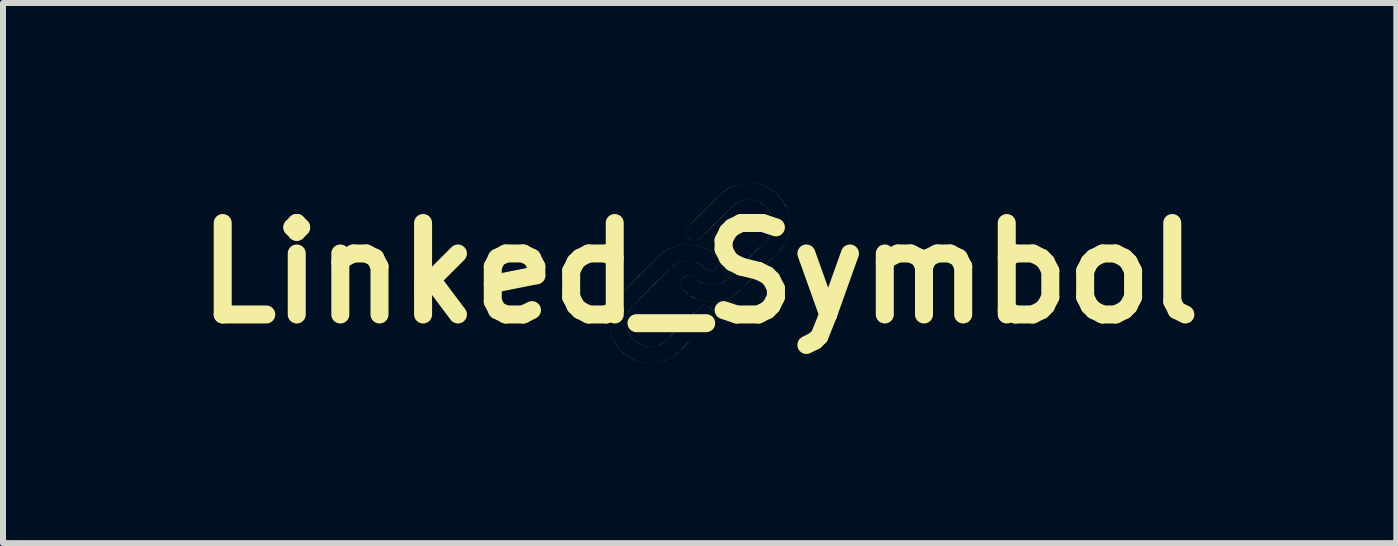
<source format=kicad_pcb>
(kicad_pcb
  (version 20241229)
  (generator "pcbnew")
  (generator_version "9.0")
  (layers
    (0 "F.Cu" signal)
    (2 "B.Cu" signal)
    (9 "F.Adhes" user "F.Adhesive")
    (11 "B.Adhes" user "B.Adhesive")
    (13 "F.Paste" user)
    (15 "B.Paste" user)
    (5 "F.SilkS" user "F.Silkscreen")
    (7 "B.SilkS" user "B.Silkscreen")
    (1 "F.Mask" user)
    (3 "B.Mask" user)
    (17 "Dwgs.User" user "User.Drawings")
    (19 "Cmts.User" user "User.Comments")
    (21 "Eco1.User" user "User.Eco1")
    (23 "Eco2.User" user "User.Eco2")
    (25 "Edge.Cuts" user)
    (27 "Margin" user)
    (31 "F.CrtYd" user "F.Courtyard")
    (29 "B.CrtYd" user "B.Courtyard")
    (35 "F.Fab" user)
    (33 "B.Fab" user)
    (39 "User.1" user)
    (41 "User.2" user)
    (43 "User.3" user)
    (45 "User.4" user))
  (footprint "Linked_Symbol"
    (layer "F.Cu")
    (at 8.607 1.5)
    (property "Reference" "Linked_Symbol" (at 0 0 0) (layer "F.SilkS") (effects (font (size 1.524 1.524) (thickness 0.3))))
    (attr board_only exclude_from_pos_files exclude_from_bom)
    (fp_poly (pts (xy -1.469 1.021) (xy -1.471 1.022) (xy -1.473 1.021) (xy -1.471 1.019)) (stroke (width 0) (type solid)) (fill yes) (layer "F.SilkS"))
    (fp_poly (pts (xy -1.457 0.583) (xy -1.459 0.585) (xy -1.46 0.583) (xy -1.459 0.582)) (stroke (width 0) (type solid)) (fill yes) (layer "F.SilkS"))
    (fp_poly (pts (xy -1.457 1.058) (xy -1.459 1.059) (xy -1.46 1.058) (xy -1.459 1.056)) (stroke (width 0) (type solid)) (fill yes) (layer "F.SilkS"))
    (fp_poly (pts (xy -1.451 1.073) (xy -1.453 1.075) (xy -1.454 1.073) (xy -1.453 1.071)) (stroke (width 0) (type solid)) (fill yes) (layer "F.SilkS"))
    (fp_poly (pts (xy -1.445 0.553) (xy -1.446 0.554) (xy -1.448 0.553) (xy -1.446 0.551)) (stroke (width 0) (type solid)) (fill yes) (layer "F.SilkS"))
    (fp_poly (pts (xy -1.445 1.088) (xy -1.446 1.09) (xy -1.448 1.088) (xy -1.446 1.087)) (stroke (width 0) (type solid)) (fill yes) (layer "F.SilkS"))
    (fp_poly (pts (xy -1.442 1.094) (xy -1.443 1.096) (xy -1.445 1.094) (xy -1.443 1.093)) (stroke (width 0) (type solid)) (fill yes) (layer "F.SilkS"))
    (fp_poly (pts (xy -1.436 0.531) (xy -1.437 0.533) (xy -1.439 0.531) (xy -1.437 0.53)) (stroke (width 0) (type solid)) (fill yes) (layer "F.SilkS"))
    (fp_poly (pts (xy -1.433 0.525) (xy -1.434 0.527) (xy -1.436 0.525) (xy -1.434 0.523)) (stroke (width 0) (type solid)) (fill yes) (layer "F.SilkS"))
    (fp_poly (pts (xy -1.433 1.116) (xy -1.434 1.117) (xy -1.436 1.116) (xy -1.434 1.114)) (stroke (width 0) (type solid)) (fill yes) (layer "F.SilkS"))
    (fp_poly (pts (xy -1.43 0.519) (xy -1.431 0.52) (xy -1.433 0.519) (xy -1.431 0.517)) (stroke (width 0) (type solid)) (fill yes) (layer "F.SilkS"))
    (fp_poly (pts (xy -1.43 1.122) (xy -1.431 1.124) (xy -1.433 1.122) (xy -1.431 1.12)) (stroke (width 0) (type solid)) (fill yes) (layer "F.SilkS"))
    (fp_poly (pts (xy -1.427 0.513) (xy -1.428 0.514) (xy -1.43 0.513) (xy -1.428 0.511)) (stroke (width 0) (type solid)) (fill yes) (layer "F.SilkS"))
    (fp_poly (pts (xy -1.427 1.128) (xy -1.428 1.13) (xy -1.43 1.128) (xy -1.428 1.127)) (stroke (width 0) (type solid)) (fill yes) (layer "F.SilkS"))
    (fp_poly (pts (xy -1.424 0.507) (xy -1.425 0.508) (xy -1.427 0.507) (xy -1.425 0.505)) (stroke (width 0) (type solid)) (fill yes) (layer "F.SilkS"))
    (fp_poly (pts (xy -1.424 1.134) (xy -1.425 1.136) (xy -1.427 1.134) (xy -1.425 1.133)) (stroke (width 0) (type solid)) (fill yes) (layer "F.SilkS"))
    (fp_poly (pts (xy -1.42 0.501) (xy -1.422 0.502) (xy -1.424 0.501) (xy -1.422 0.499)) (stroke (width 0) (type solid)) (fill yes) (layer "F.SilkS"))
    (fp_poly (pts (xy -1.411 1.156) (xy -1.413 1.157) (xy -1.414 1.156) (xy -1.413 1.154)) (stroke (width 0) (type solid)) (fill yes) (layer "F.SilkS"))
    (fp_poly (pts (xy -1.408 0.479) (xy -1.41 0.481) (xy -1.411 0.479) (xy -1.41 0.478)) (stroke (width 0) (type solid)) (fill yes) (layer "F.SilkS"))
    (fp_poly (pts (xy -1.203 0.941) (xy -1.205 0.943) (xy -1.206 0.941) (xy -1.205 0.94)) (stroke (width 0) (type solid)) (fill yes) (layer "F.SilkS"))
    (fp_poly (pts (xy -1.2 0.69) (xy -1.202 0.692) (xy -1.203 0.69) (xy -1.202 0.689)) (stroke (width 0) (type solid)) (fill yes) (layer "F.SilkS"))
    (fp_poly (pts (xy -1.2 0.951) (xy -1.202 0.952) (xy -1.203 0.951) (xy -1.202 0.949)) (stroke (width 0) (type solid)) (fill yes) (layer "F.SilkS"))
    (fp_poly (pts (xy -1.197 0.96) (xy -1.199 0.961) (xy -1.2 0.96) (xy -1.199 0.958)) (stroke (width 0) (type solid)) (fill yes) (layer "F.SilkS"))
    (fp_poly (pts (xy -1.191 0.666) (xy -1.192 0.667) (xy -1.194 0.666) (xy -1.192 0.664)) (stroke (width 0) (type solid)) (fill yes) (layer "F.SilkS"))
    (fp_poly (pts (xy -1.191 0.975) (xy -1.192 0.977) (xy -1.194 0.975) (xy -1.192 0.974)) (stroke (width 0) (type solid)) (fill yes) (layer "F.SilkS"))
    (fp_poly (pts (xy -1.166 0.617) (xy -1.168 0.618) (xy -1.169 0.617) (xy -1.168 0.615)) (stroke (width 0) (type solid)) (fill yes) (layer "F.SilkS"))
    (fp_poly (pts (xy -1.166 1.024) (xy -1.168 1.026) (xy -1.169 1.024) (xy -1.168 1.022)) (stroke (width 0) (type solid)) (fill yes) (layer "F.SilkS"))
    (fp_poly (pts (xy -1.154 1.413) (xy -1.156 1.414) (xy -1.157 1.413) (xy -1.156 1.411)) (stroke (width 0) (type solid)) (fill yes) (layer "F.SilkS"))
    (fp_poly (pts (xy -1.114 1.434) (xy -1.116 1.436) (xy -1.117 1.434) (xy -1.116 1.433)) (stroke (width 0) (type solid)) (fill yes) (layer "F.SilkS"))
    (fp_poly (pts (xy -1.093 1.443) (xy -1.094 1.445) (xy -1.096 1.443) (xy -1.094 1.442)) (stroke (width 0) (type solid)) (fill yes) (layer "F.SilkS"))
    (fp_poly (pts (xy -1.087 1.446) (xy -1.088 1.448) (xy -1.09 1.446) (xy -1.088 1.445)) (stroke (width 0) (type solid)) (fill yes) (layer "F.SilkS"))
    (fp_poly (pts (xy -1.071 1.453) (xy -1.073 1.454) (xy -1.075 1.453) (xy -1.073 1.451)) (stroke (width 0) (type solid)) (fill yes) (layer "F.SilkS"))
    (fp_poly (pts (xy -1.038 1.465) (xy -1.039 1.466) (xy -1.041 1.465) (xy -1.039 1.463)) (stroke (width 0) (type solid)) (fill yes) (layer "F.SilkS"))
    (fp_poly (pts (xy -1.029 1.468) (xy -1.03 1.469) (xy -1.032 1.468) (xy -1.03 1.466)) (stroke (width 0) (type solid)) (fill yes) (layer "F.SilkS"))
    (fp_poly (pts (xy -1.019 1.471) (xy -1.021 1.473) (xy -1.022 1.471) (xy -1.021 1.469)) (stroke (width 0) (type solid)) (fill yes) (layer "F.SilkS"))
    (fp_poly (pts (xy -1.016 1.171) (xy -1.018 1.172) (xy -1.019 1.171) (xy -1.018 1.169)) (stroke (width 0) (type solid)) (fill yes) (layer "F.SilkS"))
    (fp_poly (pts (xy -0.98 1.189) (xy -0.981 1.191) (xy -0.983 1.189) (xy -0.981 1.188)) (stroke (width 0) (type solid)) (fill yes) (layer "F.SilkS"))
    (fp_poly (pts (xy -0.974 1.192) (xy -0.975 1.194) (xy -0.977 1.192) (xy -0.975 1.191)) (stroke (width 0) (type solid)) (fill yes) (layer "F.SilkS"))
    (fp_poly (pts (xy -0.949 1.202) (xy -0.951 1.203) (xy -0.952 1.202) (xy -0.951 1.2)) (stroke (width 0) (type solid)) (fill yes) (layer "F.SilkS"))
    (fp_poly (pts (xy -0.698 1.205) (xy -0.7 1.206) (xy -0.701 1.205) (xy -0.7 1.203)) (stroke (width 0) (type solid)) (fill yes) (layer "F.SilkS"))
    (fp_poly (pts (xy -0.689 1.202) (xy -0.69 1.203) (xy -0.692 1.202) (xy -0.69 1.2)) (stroke (width 0) (type solid)) (fill yes) (layer "F.SilkS"))
    (fp_poly (pts (xy -0.68 1.199) (xy -0.681 1.2) (xy -0.683 1.199) (xy -0.681 1.197)) (stroke (width 0) (type solid)) (fill yes) (layer "F.SilkS"))
    (fp_poly (pts (xy -0.664 1.192) (xy -0.666 1.194) (xy -0.667 1.192) (xy -0.666 1.191)) (stroke (width 0) (type solid)) (fill yes) (layer "F.SilkS"))
    (fp_poly (pts (xy -0.615 1.168) (xy -0.617 1.169) (xy -0.618 1.168) (xy -0.617 1.166)) (stroke (width 0) (type solid)) (fill yes) (layer "F.SilkS"))
    (fp_poly (pts (xy -0.582 1.459) (xy -0.583 1.46) (xy -0.585 1.459) (xy -0.583 1.457)) (stroke (width 0) (type solid)) (fill yes) (layer "F.SilkS"))
    (fp_poly (pts (xy -0.551 1.446) (xy -0.553 1.448) (xy -0.554 1.446) (xy -0.553 1.445)) (stroke (width 0) (type solid)) (fill yes) (layer "F.SilkS"))
    (fp_poly (pts (xy -0.548 -0.384) (xy -0.55 -0.383) (xy -0.551 -0.384) (xy -0.55 -0.386)) (stroke (width 0) (type solid)) (fill yes) (layer "F.SilkS"))
    (fp_poly (pts (xy -0.53 1.437) (xy -0.531 1.439) (xy -0.533 1.437) (xy -0.531 1.436)) (stroke (width 0) (type solid)) (fill yes) (layer "F.SilkS"))
    (fp_poly (pts (xy -0.527 -0.396) (xy -0.528 -0.395) (xy -0.53 -0.396) (xy -0.528 -0.398)) (stroke (width 0) (type solid)) (fill yes) (layer "F.SilkS"))
    (fp_poly (pts (xy -0.523 1.434) (xy -0.525 1.436) (xy -0.527 1.434) (xy -0.525 1.433)) (stroke (width 0) (type solid)) (fill yes) (layer "F.SilkS"))
    (fp_poly (pts (xy -0.52 -0.4) (xy -0.522 -0.398) (xy -0.523 -0.4) (xy -0.522 -0.401)) (stroke (width 0) (type solid)) (fill yes) (layer "F.SilkS"))
    (fp_poly (pts (xy -0.517 1.431) (xy -0.519 1.433) (xy -0.52 1.431) (xy -0.519 1.43)) (stroke (width 0) (type solid)) (fill yes) (layer "F.SilkS"))
    (fp_poly (pts (xy -0.511 1.428) (xy -0.513 1.43) (xy -0.514 1.428) (xy -0.513 1.427)) (stroke (width 0) (type solid)) (fill yes) (layer "F.SilkS"))
    (fp_poly (pts (xy -0.505 1.425) (xy -0.507 1.427) (xy -0.508 1.425) (xy -0.507 1.424)) (stroke (width 0) (type solid)) (fill yes) (layer "F.SilkS"))
    (fp_poly (pts (xy -0.499 1.422) (xy -0.501 1.424) (xy -0.502 1.422) (xy -0.501 1.42)) (stroke (width 0) (type solid)) (fill yes) (layer "F.SilkS"))
    (fp_poly (pts (xy -0.484 -0.418) (xy -0.485 -0.416) (xy -0.487 -0.418) (xy -0.485 -0.419)) (stroke (width 0) (type solid)) (fill yes) (layer "F.SilkS"))
    (fp_poly (pts (xy -0.478 -0.421) (xy -0.479 -0.419) (xy -0.481 -0.421) (xy -0.479 -0.422)) (stroke (width 0) (type solid)) (fill yes) (layer "F.SilkS"))
    (fp_poly (pts (xy -0.478 1.41) (xy -0.479 1.411) (xy -0.481 1.41) (xy -0.479 1.408)) (stroke (width 0) (type solid)) (fill yes) (layer "F.SilkS"))
    (fp_poly (pts (xy -0.462 1.401) (xy -0.464 1.402) (xy -0.465 1.401) (xy -0.464 1.399)) (stroke (width 0) (type solid)) (fill yes) (layer "F.SilkS"))
    (fp_poly (pts (xy -0.432 -0.439) (xy -0.433 -0.438) (xy -0.435 -0.439) (xy -0.433 -0.441)) (stroke (width 0) (type solid)) (fill yes) (layer "F.SilkS"))
    (fp_poly (pts (xy -0.413 -0.445) (xy -0.415 -0.444) (xy -0.416 -0.445) (xy -0.415 -0.447)) (stroke (width 0) (type solid)) (fill yes) (layer "F.SilkS"))
    (fp_poly (pts (xy -0.395 -0.152) (xy -0.396 -0.15) (xy -0.398 -0.152) (xy -0.396 -0.153)) (stroke (width 0) (type solid)) (fill yes) (layer "F.SilkS"))
    (fp_poly (pts (xy -0.389 -0.155) (xy -0.39 -0.153) (xy -0.392 -0.155) (xy -0.39 -0.156)) (stroke (width 0) (type solid)) (fill yes) (layer "F.SilkS"))
    (fp_poly (pts (xy -0.383 -0.158) (xy -0.384 -0.156) (xy -0.386 -0.158) (xy -0.384 -0.159)) (stroke (width 0) (type solid)) (fill yes) (layer "F.SilkS"))
    (fp_poly (pts (xy -0.377 -0.161) (xy -0.378 -0.159) (xy -0.38 -0.161) (xy -0.378 -0.162)) (stroke (width 0) (type solid)) (fill yes) (layer "F.SilkS"))
    (fp_poly (pts (xy -0.37 -0.164) (xy -0.372 -0.162) (xy -0.373 -0.164) (xy -0.372 -0.165)) (stroke (width 0) (type solid)) (fill yes) (layer "F.SilkS"))
    (fp_poly (pts (xy -0.364 -0.167) (xy -0.366 -0.165) (xy -0.367 -0.167) (xy -0.366 -0.168)) (stroke (width 0) (type solid)) (fill yes) (layer "F.SilkS"))
    (fp_poly (pts (xy -0.334 -0.179) (xy -0.335 -0.178) (xy -0.337 -0.179) (xy -0.335 -0.181)) (stroke (width 0) (type solid)) (fill yes) (layer "F.SilkS"))
    (fp_poly (pts (xy -0.325 -0.182) (xy -0.326 -0.181) (xy -0.328 -0.182) (xy -0.326 -0.184)) (stroke (width 0) (type solid)) (fill yes) (layer "F.SilkS"))
    (fp_poly (pts (xy -0.312 0.225) (xy -0.314 0.227) (xy -0.315 0.225) (xy -0.314 0.223)) (stroke (width 0) (type solid)) (fill yes) (layer "F.SilkS"))
    (fp_poly (pts (xy -0.309 0.13) (xy -0.311 0.132) (xy -0.312 0.13) (xy -0.311 0.129)) (stroke (width 0) (type solid)) (fill yes) (layer "F.SilkS"))
    (fp_poly (pts (xy -0.309 0.234) (xy -0.311 0.236) (xy -0.312 0.234) (xy -0.311 0.233)) (stroke (width 0) (type solid)) (fill yes) (layer "F.SilkS"))
    (fp_poly (pts (xy -0.306 0.24) (xy -0.308 0.242) (xy -0.309 0.24) (xy -0.308 0.239)) (stroke (width 0) (type solid)) (fill yes) (layer "F.SilkS"))
    (fp_poly (pts (xy -0.303 0.246) (xy -0.305 0.248) (xy -0.306 0.246) (xy -0.305 0.245)) (stroke (width 0) (type solid)) (fill yes) (layer "F.SilkS"))
    (fp_poly (pts (xy -0.3 0.253) (xy -0.302 0.254) (xy -0.303 0.253) (xy -0.302 0.251)) (stroke (width 0) (type solid)) (fill yes) (layer "F.SilkS"))
    (fp_poly (pts (xy -0.211 -0.736) (xy -0.213 -0.735) (xy -0.214 -0.736) (xy -0.213 -0.738)) (stroke (width 0) (type solid)) (fill yes) (layer "F.SilkS"))
    (fp_poly (pts (xy -0.211 -0.626) (xy -0.213 -0.625) (xy -0.214 -0.626) (xy -0.213 -0.628)) (stroke (width 0) (type solid)) (fill yes) (layer "F.SilkS"))
    (fp_poly (pts (xy -0.208 -0.742) (xy -0.21 -0.741) (xy -0.211 -0.742) (xy -0.21 -0.744)) (stroke (width 0) (type solid)) (fill yes) (layer "F.SilkS"))
    (fp_poly (pts (xy -0.208 -0.62) (xy -0.21 -0.618) (xy -0.211 -0.62) (xy -0.21 -0.621)) (stroke (width 0) (type solid)) (fill yes) (layer "F.SilkS"))
    (fp_poly (pts (xy -0.205 -0.749) (xy -0.207 -0.747) (xy -0.208 -0.749) (xy -0.207 -0.75)) (stroke (width 0) (type solid)) (fill yes) (layer "F.SilkS"))
    (fp_poly (pts (xy -0.205 -0.614) (xy -0.207 -0.612) (xy -0.208 -0.614) (xy -0.207 -0.615)) (stroke (width 0) (type solid)) (fill yes) (layer "F.SilkS"))
    (fp_poly (pts (xy -0.184 -0.583) (xy -0.185 -0.582) (xy -0.187 -0.583) (xy -0.185 -0.585)) (stroke (width 0) (type solid)) (fill yes) (layer "F.SilkS"))
    (fp_poly (pts (xy -0.144 -0.556) (xy -0.145 -0.554) (xy -0.147 -0.556) (xy -0.145 -0.557)) (stroke (width 0) (type solid)) (fill yes) (layer "F.SilkS"))
    (fp_poly (pts (xy -0.135 0.051) (xy -0.136 0.052) (xy -0.138 0.051) (xy -0.136 0.049)) (stroke (width 0) (type solid)) (fill yes) (layer "F.SilkS"))
    (fp_poly (pts (xy -0.129 0.393) (xy -0.13 0.395) (xy -0.132 0.393) (xy -0.13 0.392)) (stroke (width 0) (type solid)) (fill yes) (layer "F.SilkS"))
    (fp_poly (pts (xy -0.119 0.057) (xy -0.121 0.058) (xy -0.122 0.057) (xy -0.121 0.055)) (stroke (width 0) (type solid)) (fill yes) (layer "F.SilkS"))
    (fp_poly (pts (xy -0.073 0.421) (xy -0.075 0.422) (xy -0.077 0.421) (xy -0.075 0.419)) (stroke (width 0) (type solid)) (fill yes) (layer "F.SilkS"))
    (fp_poly (pts (xy -0.067 0.424) (xy -0.069 0.426) (xy -0.07 0.424) (xy -0.069 0.422)) (stroke (width 0) (type solid)) (fill yes) (layer "F.SilkS"))
    (fp_poly (pts (xy -0.058 -0.176) (xy -0.06 -0.174) (xy -0.061 -0.176) (xy -0.06 -0.178)) (stroke (width 0) (type solid)) (fill yes) (layer "F.SilkS"))
    (fp_poly (pts (xy -0.052 0.43) (xy -0.054 0.432) (xy -0.055 0.43) (xy -0.054 0.429)) (stroke (width 0) (type solid)) (fill yes) (layer "F.SilkS"))
    (fp_poly (pts (xy -0.043 -0.17) (xy -0.044 -0.168) (xy -0.046 -0.17) (xy -0.044 -0.171)) (stroke (width 0) (type solid)) (fill yes) (layer "F.SilkS"))
    (fp_poly (pts (xy -0.037 0.436) (xy -0.038 0.438) (xy -0.04 0.436) (xy -0.038 0.435)) (stroke (width 0) (type solid)) (fill yes) (layer "F.SilkS"))
    (fp_poly (pts (xy -0.031 -0.553) (xy -0.032 -0.551) (xy -0.034 -0.553) (xy -0.032 -0.554)) (stroke (width 0) (type solid)) (fill yes) (layer "F.SilkS"))
    (fp_poly (pts (xy -0.024 -0.556) (xy -0.026 -0.554) (xy -0.028 -0.556) (xy -0.026 -0.557)) (stroke (width 0) (type solid)) (fill yes) (layer "F.SilkS"))
    (fp_poly (pts (xy -0.021 -0.161) (xy -0.023 -0.159) (xy -0.024 -0.161) (xy -0.023 -0.162)) (stroke (width 0) (type solid)) (fill yes) (layer "F.SilkS"))
    (fp_poly (pts (xy -0.018 -0.559) (xy -0.02 -0.557) (xy -0.021 -0.559) (xy -0.02 -0.56)) (stroke (width 0) (type solid)) (fill yes) (layer "F.SilkS"))
    (fp_poly (pts (xy 0.003 0.148) (xy 0.002 0.15) (xy 0 0.148) (xy 0.002 0.147)) (stroke (width 0) (type solid)) (fill yes) (layer "F.SilkS"))
    (fp_poly (pts (xy 0.015 0.562) (xy 0.014 0.563) (xy 0.012 0.562) (xy 0.014 0.56)) (stroke (width 0) (type solid)) (fill yes) (layer "F.SilkS"))
    (fp_poly (pts (xy 0.021 0.559) (xy 0.02 0.56) (xy 0.018 0.559) (xy 0.02 0.557)) (stroke (width 0) (type solid)) (fill yes) (layer "F.SilkS"))
    (fp_poly (pts (xy 0.028 0.556) (xy 0.026 0.557) (xy 0.024 0.556) (xy 0.026 0.554)) (stroke (width 0) (type solid)) (fill yes) (layer "F.SilkS"))
    (fp_poly (pts (xy 0.034 0.553) (xy 0.032 0.554) (xy 0.031 0.553) (xy 0.032 0.551)) (stroke (width 0) (type solid)) (fill yes) (layer "F.SilkS"))
    (fp_poly (pts (xy 0.04 0.167) (xy 0.038 0.168) (xy 0.037 0.167) (xy 0.038 0.165)) (stroke (width 0) (type solid)) (fill yes) (layer "F.SilkS"))
    (fp_poly (pts (xy 0.046 0.17) (xy 0.044 0.171) (xy 0.043 0.17) (xy 0.044 0.168)) (stroke (width 0) (type solid)) (fill yes) (layer "F.SilkS"))
    (fp_poly (pts (xy 0.049 -0.433) (xy 0.047 -0.432) (xy 0.046 -0.433) (xy 0.047 -0.435)) (stroke (width 0) (type solid)) (fill yes) (layer "F.SilkS"))
    (fp_poly (pts (xy 0.061 0.176) (xy 0.06 0.178) (xy 0.058 0.176) (xy 0.06 0.174)) (stroke (width 0) (type solid)) (fill yes) (layer "F.SilkS"))
    (fp_poly (pts (xy 0.064 -0.427) (xy 0.063 -0.426) (xy 0.061 -0.427) (xy 0.063 -0.429)) (stroke (width 0) (type solid)) (fill yes) (layer "F.SilkS"))
    (fp_poly (pts (xy 0.07 -0.424) (xy 0.069 -0.422) (xy 0.067 -0.424) (xy 0.069 -0.426)) (stroke (width 0) (type solid)) (fill yes) (layer "F.SilkS"))
    (fp_poly (pts (xy 0.086 -0.418) (xy 0.084 -0.416) (xy 0.083 -0.418) (xy 0.084 -0.419)) (stroke (width 0) (type solid)) (fill yes) (layer "F.SilkS"))
    (fp_poly (pts (xy 0.092 -0.415) (xy 0.09 -0.413) (xy 0.089 -0.415) (xy 0.09 -0.416)) (stroke (width 0) (type solid)) (fill yes) (layer "F.SilkS"))
    (fp_poly (pts (xy 0.098 -0.412) (xy 0.096 -0.41) (xy 0.095 -0.412) (xy 0.096 -0.413)) (stroke (width 0) (type solid)) (fill yes) (layer "F.SilkS"))
    (fp_poly (pts (xy 0.104 -0.409) (xy 0.103 -0.407) (xy 0.101 -0.409) (xy 0.103 -0.41)) (stroke (width 0) (type solid)) (fill yes) (layer "F.SilkS"))
    (fp_poly (pts (xy 0.11 -0.406) (xy 0.109 -0.404) (xy 0.107 -0.406) (xy 0.109 -0.407)) (stroke (width 0) (type solid)) (fill yes) (layer "F.SilkS"))
    (fp_poly (pts (xy 0.116 -0.403) (xy 0.115 -0.401) (xy 0.113 -0.403) (xy 0.115 -0.404)) (stroke (width 0) (type solid)) (fill yes) (layer "F.SilkS"))
    (fp_poly (pts (xy 0.122 -0.4) (xy 0.121 -0.398) (xy 0.119 -0.4) (xy 0.121 -0.401)) (stroke (width 0) (type solid)) (fill yes) (layer "F.SilkS"))
    (fp_poly (pts (xy 0.144 -0.387) (xy 0.142 -0.386) (xy 0.141 -0.387) (xy 0.142 -0.389)) (stroke (width 0) (type solid)) (fill yes) (layer "F.SilkS"))
    (fp_poly (pts (xy 0.147 0.556) (xy 0.145 0.557) (xy 0.144 0.556) (xy 0.145 0.554)) (stroke (width 0) (type solid)) (fill yes) (layer "F.SilkS"))
    (fp_poly (pts (xy 0.211 0.62) (xy 0.21 0.621) (xy 0.208 0.62) (xy 0.21 0.618)) (stroke (width 0) (type solid)) (fill yes) (layer "F.SilkS"))
    (fp_poly (pts (xy 0.211 0.742) (xy 0.21 0.744) (xy 0.208 0.742) (xy 0.21 0.741)) (stroke (width 0) (type solid)) (fill yes) (layer "F.SilkS"))
    (fp_poly (pts (xy 0.217 0.635) (xy 0.216 0.637) (xy 0.214 0.635) (xy 0.216 0.634)) (stroke (width 0) (type solid)) (fill yes) (layer "F.SilkS"))
    (fp_poly (pts (xy 0.217 0.727) (xy 0.216 0.729) (xy 0.214 0.727) (xy 0.216 0.726)) (stroke (width 0) (type solid)) (fill yes) (layer "F.SilkS"))
    (fp_poly (pts (xy 0.236 -0.054) (xy 0.234 -0.052) (xy 0.233 -0.054) (xy 0.234 -0.055)) (stroke (width 0) (type solid)) (fill yes) (layer "F.SilkS"))
    (fp_poly (pts (xy 0.303 -0.253) (xy 0.302 -0.251) (xy 0.3 -0.253) (xy 0.302 -0.254)) (stroke (width 0) (type solid)) (fill yes) (layer "F.SilkS"))
    (fp_poly (pts (xy 0.303 -0.112) (xy 0.302 -0.11) (xy 0.3 -0.112) (xy 0.302 -0.113)) (stroke (width 0) (type solid)) (fill yes) (layer "F.SilkS"))
    (fp_poly (pts (xy 0.306 -0.246) (xy 0.305 -0.245) (xy 0.303 -0.246) (xy 0.305 -0.248)) (stroke (width 0) (type solid)) (fill yes) (layer "F.SilkS"))
    (fp_poly (pts (xy 0.306 -0.118) (xy 0.305 -0.116) (xy 0.303 -0.118) (xy 0.305 -0.119)) (stroke (width 0) (type solid)) (fill yes) (layer "F.SilkS"))
    (fp_poly (pts (xy 0.309 -0.24) (xy 0.308 -0.239) (xy 0.306 -0.24) (xy 0.308 -0.242)) (stroke (width 0) (type solid)) (fill yes) (layer "F.SilkS"))
    (fp_poly (pts (xy 0.309 -0.124) (xy 0.308 -0.122) (xy 0.306 -0.124) (xy 0.308 -0.126)) (stroke (width 0) (type solid)) (fill yes) (layer "F.SilkS"))
    (fp_poly (pts (xy 0.312 -0.234) (xy 0.311 -0.233) (xy 0.309 -0.234) (xy 0.311 -0.236)) (stroke (width 0) (type solid)) (fill yes) (layer "F.SilkS"))
    (fp_poly (pts (xy 0.312 -0.13) (xy 0.311 -0.129) (xy 0.309 -0.13) (xy 0.311 -0.132)) (stroke (width 0) (type solid)) (fill yes) (layer "F.SilkS"))
    (fp_poly (pts (xy 0.352 0.173) (xy 0.351 0.174) (xy 0.349 0.173) (xy 0.351 0.171)) (stroke (width 0) (type solid)) (fill yes) (layer "F.SilkS"))
    (fp_poly (pts (xy 0.373 0.164) (xy 0.372 0.165) (xy 0.37 0.164) (xy 0.372 0.162)) (stroke (width 0) (type solid)) (fill yes) (layer "F.SilkS"))
    (fp_poly (pts (xy 0.38 0.161) (xy 0.378 0.162) (xy 0.377 0.161) (xy 0.378 0.159)) (stroke (width 0) (type solid)) (fill yes) (layer "F.SilkS"))
    (fp_poly (pts (xy 0.386 0.158) (xy 0.384 0.159) (xy 0.383 0.158) (xy 0.384 0.156)) (stroke (width 0) (type solid)) (fill yes) (layer "F.SilkS"))
    (fp_poly (pts (xy 0.392 0.155) (xy 0.39 0.156) (xy 0.389 0.155) (xy 0.39 0.153)) (stroke (width 0) (type solid)) (fill yes) (layer "F.SilkS"))
    (fp_poly (pts (xy 0.416 0.445) (xy 0.415 0.447) (xy 0.413 0.445) (xy 0.415 0.444)) (stroke (width 0) (type solid)) (fill yes) (layer "F.SilkS"))
    (fp_poly (pts (xy 0.45 0.433) (xy 0.448 0.435) (xy 0.447 0.433) (xy 0.448 0.432)) (stroke (width 0) (type solid)) (fill yes) (layer "F.SilkS"))
    (fp_poly (pts (xy 0.465 0.427) (xy 0.464 0.429) (xy 0.462 0.427) (xy 0.464 0.426)) (stroke (width 0) (type solid)) (fill yes) (layer "F.SilkS"))
    (fp_poly (pts (xy 0.481 -1.41) (xy 0.479 -1.408) (xy 0.478 -1.41) (xy 0.479 -1.411)) (stroke (width 0) (type solid)) (fill yes) (layer "F.SilkS"))
    (fp_poly (pts (xy 0.481 0.421) (xy 0.479 0.422) (xy 0.478 0.421) (xy 0.479 0.419)) (stroke (width 0) (type solid)) (fill yes) (layer "F.SilkS"))
    (fp_poly (pts (xy 0.487 0.418) (xy 0.485 0.419) (xy 0.484 0.418) (xy 0.485 0.416)) (stroke (width 0) (type solid)) (fill yes) (layer "F.SilkS"))
    (fp_poly (pts (xy 0.493 0.415) (xy 0.491 0.416) (xy 0.49 0.415) (xy 0.491 0.413)) (stroke (width 0) (type solid)) (fill yes) (layer "F.SilkS"))
    (fp_poly (pts (xy 0.499 0.412) (xy 0.497 0.413) (xy 0.496 0.412) (xy 0.497 0.41)) (stroke (width 0) (type solid)) (fill yes) (layer "F.SilkS"))
    (fp_poly (pts (xy 0.505 0.409) (xy 0.504 0.41) (xy 0.502 0.409) (xy 0.504 0.407)) (stroke (width 0) (type solid)) (fill yes) (layer "F.SilkS"))
    (fp_poly (pts (xy 0.508 -1.425) (xy 0.507 -1.424) (xy 0.505 -1.425) (xy 0.507 -1.427)) (stroke (width 0) (type solid)) (fill yes) (layer "F.SilkS"))
    (fp_poly (pts (xy 0.511 0.406) (xy 0.51 0.407) (xy 0.508 0.406) (xy 0.51 0.404)) (stroke (width 0) (type solid)) (fill yes) (layer "F.SilkS"))
    (fp_poly (pts (xy 0.514 -1.428) (xy 0.513 -1.427) (xy 0.511 -1.428) (xy 0.513 -1.43)) (stroke (width 0) (type solid)) (fill yes) (layer "F.SilkS"))
    (fp_poly (pts (xy 0.517 0.403) (xy 0.516 0.404) (xy 0.514 0.403) (xy 0.516 0.401)) (stroke (width 0) (type solid)) (fill yes) (layer "F.SilkS"))
    (fp_poly (pts (xy 0.52 -1.431) (xy 0.519 -1.43) (xy 0.517 -1.431) (xy 0.519 -1.433)) (stroke (width 0) (type solid)) (fill yes) (layer "F.SilkS"))
    (fp_poly (pts (xy 0.523 0.4) (xy 0.522 0.401) (xy 0.52 0.4) (xy 0.522 0.398)) (stroke (width 0) (type solid)) (fill yes) (layer "F.SilkS"))
    (fp_poly (pts (xy 0.527 -1.434) (xy 0.525 -1.433) (xy 0.523 -1.434) (xy 0.525 -1.436)) (stroke (width 0) (type solid)) (fill yes) (layer "F.SilkS"))
    (fp_poly (pts (xy 0.53 0.396) (xy 0.528 0.398) (xy 0.527 0.396) (xy 0.528 0.395)) (stroke (width 0) (type solid)) (fill yes) (layer "F.SilkS"))
    (fp_poly (pts (xy 0.548 -1.443) (xy 0.546 -1.442) (xy 0.545 -1.443) (xy 0.546 -1.445)) (stroke (width 0) (type solid)) (fill yes) (layer "F.SilkS"))
    (fp_poly (pts (xy 0.554 -1.446) (xy 0.553 -1.445) (xy 0.551 -1.446) (xy 0.553 -1.448)) (stroke (width 0) (type solid)) (fill yes) (layer "F.SilkS"))
    (fp_poly (pts (xy 0.569 -1.453) (xy 0.568 -1.451) (xy 0.566 -1.453) (xy 0.568 -1.454)) (stroke (width 0) (type solid)) (fill yes) (layer "F.SilkS"))
    (fp_poly (pts (xy 0.585 -1.459) (xy 0.583 -1.457) (xy 0.582 -1.459) (xy 0.583 -1.46)) (stroke (width 0) (type solid)) (fill yes) (layer "F.SilkS"))
    (fp_poly (pts (xy 0.618 -1.168) (xy 0.617 -1.166) (xy 0.615 -1.168) (xy 0.617 -1.169)) (stroke (width 0) (type solid)) (fill yes) (layer "F.SilkS"))
    (fp_poly (pts (xy 0.625 -1.171) (xy 0.623 -1.169) (xy 0.621 -1.171) (xy 0.623 -1.172)) (stroke (width 0) (type solid)) (fill yes) (layer "F.SilkS"))
    (fp_poly (pts (xy 0.661 -1.189) (xy 0.66 -1.188) (xy 0.658 -1.189) (xy 0.66 -1.191)) (stroke (width 0) (type solid)) (fill yes) (layer "F.SilkS"))
    (fp_poly (pts (xy 0.667 -1.192) (xy 0.666 -1.191) (xy 0.664 -1.192) (xy 0.666 -1.194)) (stroke (width 0) (type solid)) (fill yes) (layer "F.SilkS"))
    (fp_poly (pts (xy 0.967 -1.195) (xy 0.966 -1.194) (xy 0.964 -1.195) (xy 0.966 -1.197)) (stroke (width 0) (type solid)) (fill yes) (layer "F.SilkS"))
    (fp_poly (pts (xy 0.983 -1.189) (xy 0.981 -1.188) (xy 0.98 -1.189) (xy 0.981 -1.191)) (stroke (width 0) (type solid)) (fill yes) (layer "F.SilkS"))
    (fp_poly (pts (xy 0.989 -1.186) (xy 0.987 -1.185) (xy 0.986 -1.186) (xy 0.987 -1.188)) (stroke (width 0) (type solid)) (fill yes) (layer "F.SilkS"))
    (fp_poly (pts (xy 0.995 -1.183) (xy 0.993 -1.182) (xy 0.992 -1.183) (xy 0.993 -1.185)) (stroke (width 0) (type solid)) (fill yes) (layer "F.SilkS"))
    (fp_poly (pts (xy 1.001 -1.18) (xy 1 -1.179) (xy 0.998 -1.18) (xy 1 -1.182)) (stroke (width 0) (type solid)) (fill yes) (layer "F.SilkS"))
    (fp_poly (pts (xy 1.007 -1.177) (xy 1.006 -1.176) (xy 1.004 -1.177) (xy 1.006 -1.179)) (stroke (width 0) (type solid)) (fill yes) (layer "F.SilkS"))
    (fp_poly (pts (xy 1.013 -1.174) (xy 1.012 -1.172) (xy 1.01 -1.174) (xy 1.012 -1.176)) (stroke (width 0) (type solid)) (fill yes) (layer "F.SilkS"))
    (fp_poly (pts (xy 1.019 -1.171) (xy 1.018 -1.169) (xy 1.016 -1.171) (xy 1.018 -1.172)) (stroke (width 0) (type solid)) (fill yes) (layer "F.SilkS"))
    (fp_poly (pts (xy 1.059 -1.459) (xy 1.058 -1.457) (xy 1.056 -1.459) (xy 1.058 -1.46)) (stroke (width 0) (type solid)) (fill yes) (layer "F.SilkS"))
    (fp_poly (pts (xy 1.075 -1.453) (xy 1.073 -1.451) (xy 1.071 -1.453) (xy 1.073 -1.454)) (stroke (width 0) (type solid)) (fill yes) (layer "F.SilkS"))
    (fp_poly (pts (xy 1.09 -1.446) (xy 1.088 -1.445) (xy 1.087 -1.446) (xy 1.088 -1.448)) (stroke (width 0) (type solid)) (fill yes) (layer "F.SilkS"))
    (fp_poly (pts (xy 1.111 -1.437) (xy 1.11 -1.436) (xy 1.108 -1.437) (xy 1.11 -1.439)) (stroke (width 0) (type solid)) (fill yes) (layer "F.SilkS"))
    (fp_poly (pts (xy 1.117 -1.434) (xy 1.116 -1.433) (xy 1.114 -1.434) (xy 1.116 -1.436)) (stroke (width 0) (type solid)) (fill yes) (layer "F.SilkS"))
    (fp_poly (pts (xy 1.124 -1.431) (xy 1.122 -1.43) (xy 1.12 -1.431) (xy 1.122 -1.433)) (stroke (width 0) (type solid)) (fill yes) (layer "F.SilkS"))
    (fp_poly (pts (xy 1.13 -1.428) (xy 1.128 -1.427) (xy 1.127 -1.428) (xy 1.128 -1.43)) (stroke (width 0) (type solid)) (fill yes) (layer "F.SilkS"))
    (fp_poly (pts (xy 1.136 -1.425) (xy 1.134 -1.424) (xy 1.133 -1.425) (xy 1.134 -1.427)) (stroke (width 0) (type solid)) (fill yes) (layer "F.SilkS"))
    (fp_poly (pts (xy 1.142 -1.422) (xy 1.14 -1.42) (xy 1.139 -1.422) (xy 1.14 -1.424)) (stroke (width 0) (type solid)) (fill yes) (layer "F.SilkS"))
    (fp_poly (pts (xy 1.163 -1.41) (xy 1.162 -1.408) (xy 1.16 -1.41) (xy 1.162 -1.411)) (stroke (width 0) (type solid)) (fill yes) (layer "F.SilkS"))
    (fp_poly (pts (xy 1.172 -1.018) (xy 1.171 -1.016) (xy 1.169 -1.018) (xy 1.171 -1.019)) (stroke (width 0) (type solid)) (fill yes) (layer "F.SilkS"))
    (fp_poly (pts (xy 1.172 -0.623) (xy 1.171 -0.621) (xy 1.169 -0.623) (xy 1.171 -0.625)) (stroke (width 0) (type solid)) (fill yes) (layer "F.SilkS"))
    (fp_poly (pts (xy 1.176 -1.012) (xy 1.174 -1.01) (xy 1.172 -1.012) (xy 1.174 -1.013)) (stroke (width 0) (type solid)) (fill yes) (layer "F.SilkS"))
    (fp_poly (pts (xy 1.188 -0.987) (xy 1.186 -0.986) (xy 1.185 -0.987) (xy 1.186 -0.989)) (stroke (width 0) (type solid)) (fill yes) (layer "F.SilkS"))
    (fp_poly (pts (xy 1.191 -0.981) (xy 1.189 -0.98) (xy 1.188 -0.981) (xy 1.189 -0.983)) (stroke (width 0) (type solid)) (fill yes) (layer "F.SilkS"))
    (fp_poly (pts (xy 1.191 -0.66) (xy 1.189 -0.658) (xy 1.188 -0.66) (xy 1.189 -0.661)) (stroke (width 0) (type solid)) (fill yes) (layer "F.SilkS"))
    (fp_poly (pts (xy 1.197 -0.966) (xy 1.195 -0.964) (xy 1.194 -0.966) (xy 1.195 -0.967)) (stroke (width 0) (type solid)) (fill yes) (layer "F.SilkS"))
    (fp_poly (pts (xy 1.411 -0.479) (xy 1.41 -0.478) (xy 1.408 -0.479) (xy 1.41 -0.481)) (stroke (width 0) (type solid)) (fill yes) (layer "F.SilkS"))
    (fp_poly (pts (xy 1.414 -1.156) (xy 1.413 -1.154) (xy 1.411 -1.156) (xy 1.413 -1.157)) (stroke (width 0) (type solid)) (fill yes) (layer "F.SilkS"))
    (fp_poly (pts (xy 1.424 -0.501) (xy 1.422 -0.499) (xy 1.42 -0.501) (xy 1.422 -0.502)) (stroke (width 0) (type solid)) (fill yes) (layer "F.SilkS"))
    (fp_poly (pts (xy 1.427 -0.507) (xy 1.425 -0.505) (xy 1.424 -0.507) (xy 1.425 -0.508)) (stroke (width 0) (type solid)) (fill yes) (layer "F.SilkS"))
    (fp_poly (pts (xy 1.43 -0.513) (xy 1.428 -0.511) (xy 1.427 -0.513) (xy 1.428 -0.514)) (stroke (width 0) (type solid)) (fill yes) (layer "F.SilkS"))
    (fp_poly (pts (xy 1.433 -0.519) (xy 1.431 -0.517) (xy 1.43 -0.519) (xy 1.431 -0.52)) (stroke (width 0) (type solid)) (fill yes) (layer "F.SilkS"))
    (fp_poly (pts (xy 1.436 -0.525) (xy 1.434 -0.523) (xy 1.433 -0.525) (xy 1.434 -0.527)) (stroke (width 0) (type solid)) (fill yes) (layer "F.SilkS"))
    (fp_poly (pts (xy 1.439 -0.531) (xy 1.437 -0.53) (xy 1.436 -0.531) (xy 1.437 -0.533)) (stroke (width 0) (type solid)) (fill yes) (layer "F.SilkS"))
    (fp_poly (pts (xy 1.445 -1.094) (xy 1.443 -1.093) (xy 1.442 -1.094) (xy 1.443 -1.096)) (stroke (width 0) (type solid)) (fill yes) (layer "F.SilkS"))
    (fp_poly (pts (xy 1.448 -1.088) (xy 1.446 -1.087) (xy 1.445 -1.088) (xy 1.446 -1.09)) (stroke (width 0) (type solid)) (fill yes) (layer "F.SilkS"))
    (fp_poly (pts (xy 1.448 -0.553) (xy 1.446 -0.551) (xy 1.445 -0.553) (xy 1.446 -0.554)) (stroke (width 0) (type solid)) (fill yes) (layer "F.SilkS"))
    (fp_poly (pts (xy 1.454 -1.073) (xy 1.453 -1.071) (xy 1.451 -1.073) (xy 1.453 -1.075)) (stroke (width 0) (type solid)) (fill yes) (layer "F.SilkS"))
    (fp_poly (pts (xy 1.46 -0.583) (xy 1.459 -0.582) (xy 1.457 -0.583) (xy 1.459 -0.585)) (stroke (width 0) (type solid)) (fill yes) (layer "F.SilkS"))
    (fp_poly (pts (xy 1.463 -1.049) (xy 1.462 -1.047) (xy 1.46 -1.049) (xy 1.462 -1.05)) (stroke (width 0) (type solid)) (fill yes) (layer "F.SilkS"))
    (fp_poly (pts (xy 1.466 -1.039) (xy 1.465 -1.038) (xy 1.463 -1.039) (xy 1.465 -1.041)) (stroke (width 0) (type solid)) (fill yes) (layer "F.SilkS"))
    (fp_poly (pts (xy 1.469 -1.03) (xy 1.468 -1.029) (xy 1.466 -1.03) (xy 1.468 -1.032)) (stroke (width 0) (type solid)) (fill yes) (layer "F.SilkS"))
    (fp_poly (pts (xy -1.495 0.731) (xy -1.495 0.737) (xy -1.495 0.739) (xy -1.496 0.739) (xy -1.497 0.735) (xy -1.496 0.73)) (stroke (width 0) (type solid)) (fill yes) (layer "F.SilkS"))
    (fp_poly (pts (xy -1.495 0.902) (xy -1.495 0.909) (xy -1.495 0.91) (xy -1.496 0.91) (xy -1.497 0.906) (xy -1.496 0.902)) (stroke (width 0) (type solid)) (fill yes) (layer "F.SilkS"))
    (fp_poly (pts (xy -1.492 0.924) (xy -1.492 0.93) (xy -1.492 0.931) (xy -1.493 0.932) (xy -1.493 0.928) (xy -1.493 0.923)) (stroke (width 0) (type solid)) (fill yes) (layer "F.SilkS"))
    (fp_poly (pts (xy -1.492 0.71) (xy -1.491 0.714) (xy -1.492 0.716) (xy -1.493 0.715) (xy -1.494 0.712) (xy -1.493 0.708)) (stroke (width 0) (type solid)) (fill yes) (layer "F.SilkS"))
    (fp_poly (pts (xy -1.489 0.691) (xy -1.488 0.697) (xy -1.489 0.699) (xy -1.49 0.699) (xy -1.49 0.695) (xy -1.49 0.691)) (stroke (width 0) (type solid)) (fill yes) (layer "F.SilkS"))
    (fp_poly (pts (xy -1.489 0.942) (xy -1.488 0.947) (xy -1.489 0.948) (xy -1.49 0.947) (xy -1.491 0.944) (xy -1.49 0.941)) (stroke (width 0) (type solid)) (fill yes) (layer "F.SilkS"))
    (fp_poly (pts (xy -1.486 0.678) (xy -1.485 0.681) (xy -1.486 0.682) (xy -1.488 0.681) (xy -1.488 0.68) (xy -1.487 0.677)) (stroke (width 0) (type solid)) (fill yes) (layer "F.SilkS"))
    (fp_poly (pts (xy -1.486 0.959) (xy -1.485 0.963) (xy -1.486 0.963) (xy -1.488 0.963) (xy -1.488 0.961) (xy -1.487 0.959)) (stroke (width 0) (type solid)) (fill yes) (layer "F.SilkS"))
    (fp_poly (pts (xy -1.483 0.664) (xy -1.482 0.669) (xy -1.483 0.67) (xy -1.484 0.669) (xy -1.485 0.666) (xy -1.484 0.662)) (stroke (width 0) (type solid)) (fill yes) (layer "F.SilkS"))
    (fp_poly (pts (xy -1.483 0.973) (xy -1.482 0.978) (xy -1.483 0.979) (xy -1.484 0.978) (xy -1.485 0.975) (xy -1.484 0.972)) (stroke (width 0) (type solid)) (fill yes) (layer "F.SilkS"))
    (fp_poly (pts (xy -1.48 0.65) (xy -1.479 0.654) (xy -1.48 0.654) (xy -1.481 0.654) (xy -1.482 0.652) (xy -1.481 0.65)) (stroke (width 0) (type solid)) (fill yes) (layer "F.SilkS"))
    (fp_poly (pts (xy -1.48 0.987) (xy -1.479 0.99) (xy -1.48 0.991) (xy -1.481 0.99) (xy -1.482 0.989) (xy -1.481 0.986)) (stroke (width 0) (type solid)) (fill yes) (layer "F.SilkS"))
    (fp_poly (pts (xy -1.477 0.638) (xy -1.476 0.641) (xy -1.477 0.642) (xy -1.478 0.641) (xy -1.479 0.64) (xy -1.478 0.637)) (stroke (width 0) (type solid)) (fill yes) (layer "F.SilkS"))
    (fp_poly (pts (xy -1.477 0.997) (xy -1.476 1.002) (xy -1.477 1.003) (xy -1.478 1.002) (xy -1.478 0.999) (xy -1.478 0.996)) (stroke (width 0) (type solid)) (fill yes) (layer "F.SilkS"))
    (fp_poly (pts (xy -1.474 0.629) (xy -1.473 0.632) (xy -1.474 0.633) (xy -1.475 0.632) (xy -1.476 0.631) (xy -1.474 0.628)) (stroke (width 0) (type solid)) (fill yes) (layer "F.SilkS"))
    (fp_poly (pts (xy -1.474 1.008) (xy -1.473 1.012) (xy -1.474 1.012) (xy -1.475 1.012) (xy -1.476 1.01) (xy -1.474 1.008)) (stroke (width 0) (type solid)) (fill yes) (layer "F.SilkS"))
    (fp_poly (pts (xy -1.47 0.616) (xy -1.47 0.62) (xy -1.47 0.62) (xy -1.472 0.62) (xy -1.473 0.618) (xy -1.471 0.616)) (stroke (width 0) (type solid)) (fill yes) (layer "F.SilkS"))
    (fp_poly (pts (xy -1.467 0.607) (xy -1.467 0.611) (xy -1.467 0.611) (xy -1.469 0.611) (xy -1.469 0.609) (xy -1.468 0.607)) (stroke (width 0) (type solid)) (fill yes) (layer "F.SilkS"))
    (fp_poly (pts (xy -1.467 1.03) (xy -1.467 1.033) (xy -1.467 1.034) (xy -1.469 1.033) (xy -1.469 1.032) (xy -1.468 1.029)) (stroke (width 0) (type solid)) (fill yes) (layer "F.SilkS"))
    (fp_poly (pts (xy -1.464 0.598) (xy -1.464 0.602) (xy -1.464 0.602) (xy -1.466 0.602) (xy -1.466 0.6) (xy -1.465 0.598)) (stroke (width 0) (type solid)) (fill yes) (layer "F.SilkS"))
    (fp_poly (pts (xy -1.464 1.039) (xy -1.464 1.042) (xy -1.464 1.043) (xy -1.466 1.042) (xy -1.466 1.041) (xy -1.465 1.038)) (stroke (width 0) (type solid)) (fill yes) (layer "F.SilkS"))
    (fp_poly (pts (xy -1.461 0.589) (xy -1.461 0.592) (xy -1.461 0.593) (xy -1.463 0.592) (xy -1.463 0.591) (xy -1.462 0.588)) (stroke (width 0) (type solid)) (fill yes) (layer "F.SilkS"))
    (fp_poly (pts (xy -1.461 1.048) (xy -1.461 1.052) (xy -1.461 1.052) (xy -1.463 1.052) (xy -1.463 1.05) (xy -1.462 1.048)) (stroke (width 0) (type solid)) (fill yes) (layer "F.SilkS"))
    (fp_poly (pts (xy -1.455 0.573) (xy -1.455 0.577) (xy -1.455 0.578) (xy -1.457 0.577) (xy -1.457 0.576) (xy -1.456 0.573)) (stroke (width 0) (type solid)) (fill yes) (layer "F.SilkS"))
    (fp_poly (pts (xy -1.455 1.063) (xy -1.455 1.067) (xy -1.455 1.067) (xy -1.457 1.067) (xy -1.457 1.065) (xy -1.456 1.063)) (stroke (width 0) (type solid)) (fill yes) (layer "F.SilkS"))
    (fp_poly (pts (xy -1.449 1.079) (xy -1.449 1.082) (xy -1.449 1.083) (xy -1.451 1.082) (xy -1.451 1.081) (xy -1.45 1.078)) (stroke (width 0) (type solid)) (fill yes) (layer "F.SilkS"))
    (fp_poly (pts (xy -1.219 0.768) (xy -1.219 0.774) (xy -1.219 0.775) (xy -1.221 0.776) (xy -1.221 0.771) (xy -1.221 0.767)) (stroke (width 0) (type solid)) (fill yes) (layer "F.SilkS"))
    (fp_poly (pts (xy -1.219 0.866) (xy -1.219 0.872) (xy -1.219 0.873) (xy -1.221 0.874) (xy -1.221 0.869) (xy -1.221 0.865)) (stroke (width 0) (type solid)) (fill yes) (layer "F.SilkS"))
    (fp_poly (pts (xy -1.216 0.746) (xy -1.216 0.752) (xy -1.216 0.754) (xy -1.218 0.754) (xy -1.218 0.75) (xy -1.217 0.746)) (stroke (width 0) (type solid)) (fill yes) (layer "F.SilkS"))
    (fp_poly (pts (xy -1.216 0.887) (xy -1.216 0.893) (xy -1.216 0.895) (xy -1.218 0.895) (xy -1.218 0.891) (xy -1.217 0.887)) (stroke (width 0) (type solid)) (fill yes) (layer "F.SilkS"))
    (fp_poly (pts (xy -1.213 0.733) (xy -1.213 0.736) (xy -1.213 0.737) (xy -1.215 0.736) (xy -1.215 0.735) (xy -1.214 0.732)) (stroke (width 0) (type solid)) (fill yes) (layer "F.SilkS"))
    (fp_poly (pts (xy -1.213 0.904) (xy -1.213 0.908) (xy -1.213 0.908) (xy -1.215 0.908) (xy -1.215 0.906) (xy -1.214 0.904)) (stroke (width 0) (type solid)) (fill yes) (layer "F.SilkS"))
    (fp_poly (pts (xy -1.21 0.719) (xy -1.21 0.724) (xy -1.21 0.725) (xy -1.212 0.724) (xy -1.212 0.721) (xy -1.211 0.717)) (stroke (width 0) (type solid)) (fill yes) (layer "F.SilkS"))
    (fp_poly (pts (xy -1.21 0.918) (xy -1.21 0.923) (xy -1.21 0.924) (xy -1.212 0.923) (xy -1.212 0.92) (xy -1.211 0.916)) (stroke (width 0) (type solid)) (fill yes) (layer "F.SilkS"))
    (fp_poly (pts (xy -1.207 0.708) (xy -1.207 0.712) (xy -1.207 0.712) (xy -1.209 0.712) (xy -1.209 0.71) (xy -1.208 0.708)) (stroke (width 0) (type solid)) (fill yes) (layer "F.SilkS"))
    (fp_poly (pts (xy -1.207 0.929) (xy -1.207 0.932) (xy -1.207 0.933) (xy -1.209 0.932) (xy -1.209 0.931) (xy -1.208 0.928)) (stroke (width 0) (type solid)) (fill yes) (layer "F.SilkS"))
    (fp_poly (pts (xy -1.204 0.699) (xy -1.204 0.703) (xy -1.204 0.703) (xy -1.206 0.703) (xy -1.206 0.701) (xy -1.205 0.699)) (stroke (width 0) (type solid)) (fill yes) (layer "F.SilkS"))
    (fp_poly (pts (xy -1.198 0.681) (xy -1.198 0.684) (xy -1.198 0.685) (xy -1.2 0.684) (xy -1.2 0.683) (xy -1.199 0.68)) (stroke (width 0) (type solid)) (fill yes) (layer "F.SilkS"))
    (fp_poly (pts (xy -1.195 0.671) (xy -1.195 0.675) (xy -1.195 0.676) (xy -1.197 0.675) (xy -1.197 0.673) (xy -1.196 0.671)) (stroke (width 0) (type solid)) (fill yes) (layer "F.SilkS"))
    (fp_poly (pts (xy -1.195 0.965) (xy -1.195 0.969) (xy -1.195 0.969) (xy -1.197 0.969) (xy -1.197 0.967) (xy -1.196 0.965)) (stroke (width 0) (type solid)) (fill yes) (layer "F.SilkS"))
    (fp_poly (pts (xy -1.079 1.449) (xy -1.079 1.451) (xy -1.081 1.451) (xy -1.083 1.45) (xy -1.083 1.449) (xy -1.079 1.449)) (stroke (width 0) (type solid)) (fill yes) (layer "F.SilkS"))
    (fp_poly (pts (xy -1.063 1.455) (xy -1.064 1.457) (xy -1.065 1.457) (xy -1.068 1.456) (xy -1.067 1.455) (xy -1.064 1.455)) (stroke (width 0) (type solid)) (fill yes) (layer "F.SilkS"))
    (fp_poly (pts (xy -1.008 1.474) (xy -1.009 1.475) (xy -1.01 1.476) (xy -1.013 1.474) (xy -1.012 1.474) (xy -1.009 1.473)) (stroke (width 0) (type solid)) (fill yes) (layer "F.SilkS"))
    (fp_poly (pts (xy -0.996 1.477) (xy -0.996 1.478) (xy -0.998 1.479) (xy -1.001 1.478) (xy -1 1.477) (xy -0.996 1.476)) (stroke (width 0) (type solid)) (fill yes) (layer "F.SilkS"))
    (fp_poly (pts (xy -0.987 1.48) (xy -0.987 1.481) (xy -0.989 1.482) (xy -0.991 1.481) (xy -0.991 1.48) (xy -0.987 1.479)) (stroke (width 0) (type solid)) (fill yes) (layer "F.SilkS"))
    (fp_poly (pts (xy -0.971 1.483) (xy -0.972 1.484) (xy -0.975 1.485) (xy -0.979 1.484) (xy -0.977 1.483) (xy -0.972 1.482)) (stroke (width 0) (type solid)) (fill yes) (layer "F.SilkS"))
    (fp_poly (pts (xy -0.965 1.195) (xy -0.966 1.197) (xy -0.967 1.197) (xy -0.97 1.196) (xy -0.969 1.195) (xy -0.966 1.195)) (stroke (width 0) (type solid)) (fill yes) (layer "F.SilkS"))
    (fp_poly (pts (xy -0.959 1.486) (xy -0.96 1.488) (xy -0.961 1.488) (xy -0.964 1.487) (xy -0.963 1.486) (xy -0.96 1.485)) (stroke (width 0) (type solid)) (fill yes) (layer "F.SilkS"))
    (fp_poly (pts (xy -0.956 1.198) (xy -0.957 1.2) (xy -0.958 1.2) (xy -0.961 1.199) (xy -0.96 1.198) (xy -0.957 1.198)) (stroke (width 0) (type solid)) (fill yes) (layer "F.SilkS"))
    (fp_poly (pts (xy -0.941 1.489) (xy -0.942 1.49) (xy -0.945 1.491) (xy -0.948 1.49) (xy -0.947 1.489) (xy -0.942 1.488)) (stroke (width 0) (type solid)) (fill yes) (layer "F.SilkS"))
    (fp_poly (pts (xy -0.938 1.204) (xy -0.938 1.206) (xy -0.94 1.206) (xy -0.942 1.205) (xy -0.942 1.204) (xy -0.938 1.204)) (stroke (width 0) (type solid)) (fill yes) (layer "F.SilkS"))
    (fp_poly (pts (xy -0.929 1.207) (xy -0.929 1.209) (xy -0.931 1.209) (xy -0.933 1.208) (xy -0.933 1.207) (xy -0.929 1.207)) (stroke (width 0) (type solid)) (fill yes) (layer "F.SilkS"))
    (fp_poly (pts (xy -0.924 1.492) (xy -0.923 1.493) (xy -0.928 1.493) (xy -0.932 1.493) (xy -0.931 1.492) (xy -0.925 1.492)) (stroke (width 0) (type solid)) (fill yes) (layer "F.SilkS"))
    (fp_poly (pts (xy -0.916 1.21) (xy -0.917 1.212) (xy -0.918 1.212) (xy -0.921 1.211) (xy -0.92 1.21) (xy -0.917 1.21)) (stroke (width 0) (type solid)) (fill yes) (layer "F.SilkS"))
    (fp_poly (pts (xy -0.904 1.213) (xy -0.905 1.215) (xy -0.906 1.215) (xy -0.909 1.214) (xy -0.908 1.213) (xy -0.905 1.213)) (stroke (width 0) (type solid)) (fill yes) (layer "F.SilkS"))
    (fp_poly (pts (xy -0.887 1.216) (xy -0.887 1.218) (xy -0.891 1.218) (xy -0.895 1.217) (xy -0.895 1.216) (xy -0.888 1.216)) (stroke (width 0) (type solid)) (fill yes) (layer "F.SilkS"))
    (fp_poly (pts (xy -0.866 1.219) (xy -0.865 1.221) (xy -0.869 1.221) (xy -0.874 1.221) (xy -0.873 1.219) (xy -0.867 1.219)) (stroke (width 0) (type solid)) (fill yes) (layer "F.SilkS"))
    (fp_poly (pts (xy -0.768 1.219) (xy -0.767 1.221) (xy -0.771 1.221) (xy -0.776 1.221) (xy -0.775 1.219) (xy -0.769 1.219)) (stroke (width 0) (type solid)) (fill yes) (layer "F.SilkS"))
    (fp_poly (pts (xy -0.746 1.216) (xy -0.746 1.218) (xy -0.75 1.218) (xy -0.754 1.217) (xy -0.754 1.216) (xy -0.748 1.216)) (stroke (width 0) (type solid)) (fill yes) (layer "F.SilkS"))
    (fp_poly (pts (xy -0.733 1.213) (xy -0.733 1.215) (xy -0.735 1.215) (xy -0.737 1.214) (xy -0.737 1.213) (xy -0.733 1.213)) (stroke (width 0) (type solid)) (fill yes) (layer "F.SilkS"))
    (fp_poly (pts (xy -0.731 1.495) (xy -0.731 1.496) (xy -0.735 1.497) (xy -0.739 1.496) (xy -0.739 1.495) (xy -0.732 1.495)) (stroke (width 0) (type solid)) (fill yes) (layer "F.SilkS"))
    (fp_poly (pts (xy -0.717 1.21) (xy -0.718 1.212) (xy -0.721 1.212) (xy -0.724 1.211) (xy -0.723 1.21) (xy -0.718 1.21)) (stroke (width 0) (type solid)) (fill yes) (layer "F.SilkS"))
    (fp_poly (pts (xy -0.708 1.207) (xy -0.709 1.209) (xy -0.71 1.209) (xy -0.713 1.208) (xy -0.712 1.207) (xy -0.709 1.207)) (stroke (width 0) (type solid)) (fill yes) (layer "F.SilkS"))
    (fp_poly (pts (xy -0.708 1.492) (xy -0.709 1.493) (xy -0.712 1.494) (xy -0.715 1.493) (xy -0.714 1.492) (xy -0.709 1.491)) (stroke (width 0) (type solid)) (fill yes) (layer "F.SilkS"))
    (fp_poly (pts (xy -0.69 1.489) (xy -0.691 1.49) (xy -0.694 1.491) (xy -0.697 1.49) (xy -0.696 1.489) (xy -0.691 1.488)) (stroke (width 0) (type solid)) (fill yes) (layer "F.SilkS"))
    (fp_poly (pts (xy -0.678 1.486) (xy -0.678 1.488) (xy -0.68 1.488) (xy -0.682 1.487) (xy -0.682 1.486) (xy -0.678 1.485)) (stroke (width 0) (type solid)) (fill yes) (layer "F.SilkS"))
    (fp_poly (pts (xy -0.671 1.195) (xy -0.672 1.197) (xy -0.673 1.197) (xy -0.676 1.196) (xy -0.676 1.195) (xy -0.672 1.195)) (stroke (width 0) (type solid)) (fill yes) (layer "F.SilkS"))
    (fp_poly (pts (xy -0.662 1.483) (xy -0.663 1.485) (xy -0.664 1.485) (xy -0.667 1.484) (xy -0.666 1.483) (xy -0.663 1.482)) (stroke (width 0) (type solid)) (fill yes) (layer "F.SilkS"))
    (fp_poly (pts (xy -0.65 1.48) (xy -0.65 1.481) (xy -0.652 1.482) (xy -0.655 1.481) (xy -0.654 1.48) (xy -0.65 1.479)) (stroke (width 0) (type solid)) (fill yes) (layer "F.SilkS"))
    (fp_poly (pts (xy -0.638 1.477) (xy -0.638 1.478) (xy -0.64 1.479) (xy -0.642 1.478) (xy -0.642 1.477) (xy -0.638 1.476)) (stroke (width 0) (type solid)) (fill yes) (layer "F.SilkS"))
    (fp_poly (pts (xy -0.629 1.474) (xy -0.629 1.475) (xy -0.631 1.476) (xy -0.633 1.474) (xy -0.633 1.474) (xy -0.629 1.473)) (stroke (width 0) (type solid)) (fill yes) (layer "F.SilkS"))
    (fp_poly (pts (xy -0.616 1.47) (xy -0.617 1.472) (xy -0.618 1.473) (xy -0.621 1.471) (xy -0.62 1.47) (xy -0.617 1.47)) (stroke (width 0) (type solid)) (fill yes) (layer "F.SilkS"))
    (fp_poly (pts (xy -0.607 1.467) (xy -0.608 1.469) (xy -0.609 1.469) (xy -0.612 1.468) (xy -0.611 1.467) (xy -0.608 1.467)) (stroke (width 0) (type solid)) (fill yes) (layer "F.SilkS"))
    (fp_poly (pts (xy -0.598 1.464) (xy -0.598 1.466) (xy -0.6 1.466) (xy -0.603 1.465) (xy -0.602 1.464) (xy -0.598 1.464)) (stroke (width 0) (type solid)) (fill yes) (layer "F.SilkS"))
    (fp_poly (pts (xy -0.589 1.461) (xy -0.589 1.463) (xy -0.591 1.463) (xy -0.593 1.462) (xy -0.593 1.461) (xy -0.589 1.461)) (stroke (width 0) (type solid)) (fill yes) (layer "F.SilkS"))
    (fp_poly (pts (xy -0.573 1.455) (xy -0.574 1.457) (xy -0.576 1.457) (xy -0.578 1.456) (xy -0.578 1.455) (xy -0.574 1.455)) (stroke (width 0) (type solid)) (fill yes) (layer "F.SilkS"))
    (fp_poly (pts (xy -0.439 -0.437) (xy -0.439 -0.435) (xy -0.441 -0.435) (xy -0.443 -0.436) (xy -0.443 -0.437) (xy -0.439 -0.437)) (stroke (width 0) (type solid)) (fill yes) (layer "F.SilkS"))
    (fp_poly (pts (xy -0.423 -0.443) (xy -0.424 -0.441) (xy -0.426 -0.441) (xy -0.428 -0.442) (xy -0.428 -0.443) (xy -0.424 -0.443)) (stroke (width 0) (type solid)) (fill yes) (layer "F.SilkS"))
    (fp_poly (pts (xy -0.405 -0.449) (xy -0.406 -0.447) (xy -0.407 -0.447) (xy -0.41 -0.448) (xy -0.409 -0.449) (xy -0.406 -0.449)) (stroke (width 0) (type solid)) (fill yes) (layer "F.SilkS"))
    (fp_poly (pts (xy -0.393 -0.452) (xy -0.393 -0.45) (xy -0.395 -0.45) (xy -0.397 -0.451) (xy -0.397 -0.452) (xy -0.393 -0.452)) (stroke (width 0) (type solid)) (fill yes) (layer "F.SilkS"))
    (fp_poly (pts (xy -0.384 -0.455) (xy -0.384 -0.453) (xy -0.386 -0.453) (xy -0.388 -0.454) (xy -0.388 -0.455) (xy -0.384 -0.455)) (stroke (width 0) (type solid)) (fill yes) (layer "F.SilkS"))
    (fp_poly (pts (xy -0.371 -0.458) (xy -0.372 -0.456) (xy -0.373 -0.456) (xy -0.376 -0.457) (xy -0.376 -0.458) (xy -0.372 -0.459)) (stroke (width 0) (type solid)) (fill yes) (layer "F.SilkS"))
    (fp_poly (pts (xy -0.359 -0.461) (xy -0.36 -0.459) (xy -0.361 -0.459) (xy -0.364 -0.46) (xy -0.363 -0.461) (xy -0.36 -0.462)) (stroke (width 0) (type solid)) (fill yes) (layer "F.SilkS"))
    (fp_poly (pts (xy -0.344 -0.464) (xy -0.345 -0.463) (xy -0.348 -0.463) (xy -0.351 -0.463) (xy -0.35 -0.464) (xy -0.345 -0.465)) (stroke (width 0) (type solid)) (fill yes) (layer "F.SilkS"))
    (fp_poly (pts (xy -0.341 -0.177) (xy -0.341 -0.175) (xy -0.343 -0.174) (xy -0.345 -0.176) (xy -0.345 -0.177) (xy -0.341 -0.177)) (stroke (width 0) (type solid)) (fill yes) (layer "F.SilkS"))
    (fp_poly (pts (xy -0.328 -0.467) (xy -0.329 -0.466) (xy -0.332 -0.466) (xy -0.336 -0.466) (xy -0.334 -0.467) (xy -0.329 -0.468)) (stroke (width 0) (type solid)) (fill yes) (layer "F.SilkS"))
    (fp_poly (pts (xy -0.316 0.148) (xy -0.316 0.152) (xy -0.316 0.152) (xy -0.318 0.152) (xy -0.318 0.15) (xy -0.317 0.147)) (stroke (width 0) (type solid)) (fill yes) (layer "F.SilkS"))
    (fp_poly (pts (xy -0.316 0.212) (xy -0.316 0.216) (xy -0.316 0.216) (xy -0.318 0.216) (xy -0.318 0.214) (xy -0.317 0.212)) (stroke (width 0) (type solid)) (fill yes) (layer "F.SilkS"))
    (fp_poly (pts (xy -0.313 -0.186) (xy -0.314 -0.184) (xy -0.315 -0.184) (xy -0.318 -0.185) (xy -0.317 -0.186) (xy -0.314 -0.186)) (stroke (width 0) (type solid)) (fill yes) (layer "F.SilkS"))
    (fp_poly (pts (xy -0.313 0.136) (xy -0.313 0.139) (xy -0.313 0.14) (xy -0.315 0.139) (xy -0.315 0.138) (xy -0.314 0.135)) (stroke (width 0) (type solid)) (fill yes) (layer "F.SilkS"))
    (fp_poly (pts (xy -0.313 -0.47) (xy -0.314 -0.469) (xy -0.317 -0.469) (xy -0.32 -0.469) (xy -0.319 -0.47) (xy -0.314 -0.471)) (stroke (width 0) (type solid)) (fill yes) (layer "F.SilkS"))
    (fp_poly (pts (xy -0.304 -0.189) (xy -0.305 -0.187) (xy -0.306 -0.187) (xy -0.309 -0.188) (xy -0.308 -0.189) (xy -0.305 -0.189)) (stroke (width 0) (type solid)) (fill yes) (layer "F.SilkS"))
    (fp_poly (pts (xy -0.289 -0.192) (xy -0.29 -0.19) (xy -0.293 -0.19) (xy -0.296 -0.191) (xy -0.294 -0.192) (xy -0.29 -0.192)) (stroke (width 0) (type solid)) (fill yes) (layer "F.SilkS"))
    (fp_poly (pts (xy -0.273 -0.195) (xy -0.274 -0.193) (xy -0.277 -0.193) (xy -0.281 -0.194) (xy -0.279 -0.195) (xy -0.274 -0.195)) (stroke (width 0) (type solid)) (fill yes) (layer "F.SilkS"))
    (fp_poly (pts (xy -0.256 -0.198) (xy -0.256 -0.197) (xy -0.26 -0.196) (xy -0.265 -0.197) (xy -0.264 -0.198) (xy -0.258 -0.198)) (stroke (width 0) (type solid)) (fill yes) (layer "F.SilkS"))
    (fp_poly (pts (xy -0.224 0.05) (xy -0.225 0.052) (xy -0.227 0.052) (xy -0.229 0.051) (xy -0.229 0.05) (xy -0.225 0.05)) (stroke (width 0) (type solid)) (fill yes) (layer "F.SilkS"))
    (fp_poly (pts (xy -0.221 -0.708) (xy -0.221 -0.702) (xy -0.221 -0.7) (xy -0.223 -0.7) (xy -0.223 -0.704) (xy -0.223 -0.708)) (stroke (width 0) (type solid)) (fill yes) (layer "F.SilkS"))
    (fp_poly (pts (xy -0.221 -0.662) (xy -0.221 -0.656) (xy -0.221 -0.654) (xy -0.223 -0.654) (xy -0.223 -0.658) (xy -0.223 -0.663)) (stroke (width 0) (type solid)) (fill yes) (layer "F.SilkS"))
    (fp_poly (pts (xy -0.218 -0.721) (xy -0.218 -0.718) (xy -0.218 -0.717) (xy -0.22 -0.718) (xy -0.22 -0.719) (xy -0.219 -0.722)) (stroke (width 0) (type solid)) (fill yes) (layer "F.SilkS"))
    (fp_poly (pts (xy -0.218 -0.645) (xy -0.218 -0.641) (xy -0.218 -0.641) (xy -0.22 -0.641) (xy -0.22 -0.643) (xy -0.219 -0.645)) (stroke (width 0) (type solid)) (fill yes) (layer "F.SilkS"))
    (fp_poly (pts (xy -0.215 -0.731) (xy -0.215 -0.727) (xy -0.215 -0.727) (xy -0.217 -0.727) (xy -0.217 -0.729) (xy -0.216 -0.731)) (stroke (width 0) (type solid)) (fill yes) (layer "F.SilkS"))
    (fp_poly (pts (xy -0.215 -0.636) (xy -0.215 -0.632) (xy -0.215 -0.632) (xy -0.217 -0.632) (xy -0.217 -0.634) (xy -0.216 -0.636)) (stroke (width 0) (type solid)) (fill yes) (layer "F.SilkS"))
    (fp_poly (pts (xy -0.215 0.047) (xy -0.216 0.049) (xy -0.217 0.049) (xy -0.22 0.048) (xy -0.219 0.047) (xy -0.216 0.047)) (stroke (width 0) (type solid)) (fill yes) (layer "F.SilkS"))
    (fp_poly (pts (xy -0.197 0.044) (xy -0.198 0.045) (xy -0.201 0.046) (xy -0.204 0.045) (xy -0.203 0.044) (xy -0.198 0.043)) (stroke (width 0) (type solid)) (fill yes) (layer "F.SilkS"))
    (fp_poly (pts (xy -0.158 0.044) (xy -0.158 0.045) (xy -0.162 0.045) (xy -0.167 0.045) (xy -0.166 0.044) (xy -0.16 0.043)) (stroke (width 0) (type solid)) (fill yes) (layer "F.SilkS"))
    (fp_poly (pts (xy -0.145 0.047) (xy -0.145 0.049) (xy -0.147 0.049) (xy -0.149 0.048) (xy -0.149 0.047) (xy -0.145 0.047)) (stroke (width 0) (type solid)) (fill yes) (layer "F.SilkS"))
    (fp_poly (pts (xy -0.139 -0.198) (xy -0.14 -0.196) (xy -0.143 -0.196) (xy -0.146 -0.197) (xy -0.144 -0.198) (xy -0.14 -0.198)) (stroke (width 0) (type solid)) (fill yes) (layer "F.SilkS"))
    (fp_poly (pts (xy -0.136 -0.553) (xy -0.136 -0.551) (xy -0.138 -0.551) (xy -0.14 -0.552) (xy -0.14 -0.553) (xy -0.136 -0.553)) (stroke (width 0) (type solid)) (fill yes) (layer "F.SilkS"))
    (fp_poly (pts (xy -0.127 -0.55) (xy -0.127 -0.548) (xy -0.129 -0.548) (xy -0.131 -0.549) (xy -0.131 -0.55) (xy -0.127 -0.55)) (stroke (width 0) (type solid)) (fill yes) (layer "F.SilkS"))
    (fp_poly (pts (xy -0.127 0.053) (xy -0.127 0.055) (xy -0.129 0.055) (xy -0.131 0.054) (xy -0.131 0.053) (xy -0.127 0.053)) (stroke (width 0) (type solid)) (fill yes) (layer "F.SilkS"))
    (fp_poly (pts (xy -0.12 -0.195) (xy -0.121 -0.193) (xy -0.124 -0.193) (xy -0.128 -0.194) (xy -0.126 -0.195) (xy -0.121 -0.195)) (stroke (width 0) (type solid)) (fill yes) (layer "F.SilkS"))
    (fp_poly (pts (xy -0.117 -0.547) (xy -0.118 -0.545) (xy -0.119 -0.545) (xy -0.122 -0.546) (xy -0.121 -0.547) (xy -0.118 -0.547)) (stroke (width 0) (type solid)) (fill yes) (layer "F.SilkS"))
    (fp_poly (pts (xy -0.108 -0.192) (xy -0.109 -0.19) (xy -0.11 -0.19) (xy -0.113 -0.191) (xy -0.112 -0.192) (xy -0.109 -0.192)) (stroke (width 0) (type solid)) (fill yes) (layer "F.SilkS"))
    (fp_poly (pts (xy -0.096 -0.189) (xy -0.096 -0.187) (xy -0.098 -0.187) (xy -0.1 -0.188) (xy -0.1 -0.189) (xy -0.096 -0.189)) (stroke (width 0) (type solid)) (fill yes) (layer "F.SilkS"))
    (fp_poly (pts (xy -0.084 -0.186) (xy -0.084 -0.184) (xy -0.086 -0.184) (xy -0.088 -0.185) (xy -0.088 -0.186) (xy -0.084 -0.186)) (stroke (width 0) (type solid)) (fill yes) (layer "F.SilkS"))
    (fp_poly (pts (xy -0.083 -0.47) (xy -0.084 -0.469) (xy -0.088 -0.469) (xy -0.091 -0.469) (xy -0.089 -0.47) (xy -0.085 -0.471)) (stroke (width 0) (type solid)) (fill yes) (layer "F.SilkS"))
    (fp_poly (pts (xy -0.074 -0.183) (xy -0.075 -0.181) (xy -0.077 -0.181) (xy -0.079 -0.182) (xy -0.079 -0.183) (xy -0.075 -0.183)) (stroke (width 0) (type solid)) (fill yes) (layer "F.SilkS"))
    (fp_poly (pts (xy -0.065 -0.18) (xy -0.066 -0.178) (xy -0.067 -0.178) (xy -0.07 -0.179) (xy -0.069 -0.18) (xy -0.066 -0.18)) (stroke (width 0) (type solid)) (fill yes) (layer "F.SilkS"))
    (fp_poly (pts (xy -0.065 -0.467) (xy -0.066 -0.466) (xy -0.069 -0.466) (xy -0.072 -0.466) (xy -0.071 -0.467) (xy -0.066 -0.468)) (stroke (width 0) (type solid)) (fill yes) (layer "F.SilkS"))
    (fp_poly (pts (xy -0.059 0.427) (xy -0.06 0.428) (xy -0.061 0.429) (xy -0.064 0.427) (xy -0.063 0.427) (xy -0.06 0.426)) (stroke (width 0) (type solid)) (fill yes) (layer "F.SilkS"))
    (fp_poly (pts (xy -0.05 -0.547) (xy -0.05 -0.545) (xy -0.052 -0.545) (xy -0.055 -0.546) (xy -0.054 -0.547) (xy -0.05 -0.547)) (stroke (width 0) (type solid)) (fill yes) (layer "F.SilkS"))
    (fp_poly (pts (xy -0.05 -0.173) (xy -0.05 -0.172) (xy -0.052 -0.171) (xy -0.055 -0.173) (xy -0.054 -0.173) (xy -0.05 -0.174)) (stroke (width 0) (type solid)) (fill yes) (layer "F.SilkS"))
    (fp_poly (pts (xy -0.05 -0.464) (xy -0.051 -0.463) (xy -0.054 -0.463) (xy -0.057 -0.463) (xy -0.056 -0.464) (xy -0.051 -0.465)) (stroke (width 0) (type solid)) (fill yes) (layer "F.SilkS"))
    (fp_poly (pts (xy -0.044 0.433) (xy -0.044 0.434) (xy -0.046 0.435) (xy -0.048 0.434) (xy -0.048 0.433) (xy -0.044 0.432)) (stroke (width 0) (type solid)) (fill yes) (layer "F.SilkS"))
    (fp_poly (pts (xy -0.038 -0.55) (xy -0.038 -0.548) (xy -0.04 -0.548) (xy -0.042 -0.549) (xy -0.042 -0.55) (xy -0.038 -0.55)) (stroke (width 0) (type solid)) (fill yes) (layer "F.SilkS"))
    (fp_poly (pts (xy -0.038 -0.461) (xy -0.038 -0.46) (xy -0.042 -0.459) (xy -0.045 -0.46) (xy -0.043 -0.461) (xy -0.039 -0.462)) (stroke (width 0) (type solid)) (fill yes) (layer "F.SilkS"))
    (fp_poly (pts (xy -0.029 0.439) (xy -0.029 0.441) (xy -0.031 0.441) (xy -0.033 0.44) (xy -0.033 0.439) (xy -0.029 0.438)) (stroke (width 0) (type solid)) (fill yes) (layer "F.SilkS"))
    (fp_poly (pts (xy -0.026 -0.458) (xy -0.026 -0.456) (xy -0.028 -0.456) (xy -0.03 -0.457) (xy -0.03 -0.458) (xy -0.026 -0.459)) (stroke (width 0) (type solid)) (fill yes) (layer "F.SilkS"))
    (fp_poly (pts (xy -0.019 0.442) (xy -0.02 0.444) (xy -0.021 0.444) (xy -0.024 0.443) (xy -0.023 0.442) (xy -0.02 0.441)) (stroke (width 0) (type solid)) (fill yes) (layer "F.SilkS"))
    (fp_poly (pts (xy -0.016 -0.455) (xy -0.017 -0.453) (xy -0.018 -0.453) (xy -0.021 -0.454) (xy -0.02 -0.455) (xy -0.017 -0.455)) (stroke (width 0) (type solid)) (fill yes) (layer "F.SilkS"))
    (fp_poly (pts (xy -0.01 0.445) (xy -0.011 0.447) (xy -0.012 0.447) (xy -0.015 0.446) (xy -0.014 0.445) (xy -0.011 0.445)) (stroke (width 0) (type solid)) (fill yes) (layer "F.SilkS"))
    (fp_poly (pts (xy -0.004 -0.452) (xy -0.005 -0.45) (xy -0.006 -0.45) (xy -0.009 -0.451) (xy -0.008 -0.452) (xy -0.005 -0.452)) (stroke (width 0) (type solid)) (fill yes) (layer "F.SilkS"))
    (fp_poly (pts (xy -0.001 0.448) (xy -0.001 0.45) (xy -0.003 0.45) (xy -0.006 0.449) (xy -0.005 0.448) (xy -0.001 0.448)) (stroke (width 0) (type solid)) (fill yes) (layer "F.SilkS"))
    (fp_poly (pts (xy 0.005 -0.449) (xy 0.005 -0.447) (xy 0.003 -0.447) (xy 0.001 -0.448) (xy 0.001 -0.449) (xy 0.005 -0.449)) (stroke (width 0) (type solid)) (fill yes) (layer "F.SilkS"))
    (fp_poly (pts (xy 0.011 0.451) (xy 0.011 0.453) (xy 0.009 0.453) (xy 0.007 0.452) (xy 0.007 0.451) (xy 0.011 0.451)) (stroke (width 0) (type solid)) (fill yes) (layer "F.SilkS"))
    (fp_poly (pts (xy 0.014 -0.446) (xy 0.014 -0.444) (xy 0.012 -0.444) (xy 0.01 -0.445) (xy 0.01 -0.446) (xy 0.014 -0.446)) (stroke (width 0) (type solid)) (fill yes) (layer "F.SilkS"))
    (fp_poly (pts (xy 0.02 0.454) (xy 0.02 0.456) (xy 0.018 0.456) (xy 0.016 0.455) (xy 0.016 0.454) (xy 0.02 0.454)) (stroke (width 0) (type solid)) (fill yes) (layer "F.SilkS"))
    (fp_poly (pts (xy 0.023 -0.443) (xy 0.023 -0.441) (xy 0.021 -0.441) (xy 0.019 -0.442) (xy 0.019 -0.443) (xy 0.023 -0.443)) (stroke (width 0) (type solid)) (fill yes) (layer "F.SilkS"))
    (fp_poly (pts (xy 0.033 -0.44) (xy 0.032 -0.438) (xy 0.031 -0.438) (xy 0.028 -0.439) (xy 0.029 -0.44) (xy 0.032 -0.44)) (stroke (width 0) (type solid)) (fill yes) (layer "F.SilkS"))
    (fp_poly (pts (xy 0.033 0.457) (xy 0.032 0.459) (xy 0.031 0.459) (xy 0.028 0.458) (xy 0.029 0.457) (xy 0.032 0.457)) (stroke (width 0) (type solid)) (fill yes) (layer "F.SilkS"))
    (fp_poly (pts (xy 0.042 -0.437) (xy 0.041 -0.435) (xy 0.04 -0.435) (xy 0.037 -0.436) (xy 0.038 -0.437) (xy 0.041 -0.437)) (stroke (width 0) (type solid)) (fill yes) (layer "F.SilkS"))
    (fp_poly (pts (xy 0.042 0.549) (xy 0.041 0.551) (xy 0.04 0.551) (xy 0.037 0.55) (xy 0.038 0.549) (xy 0.041 0.549)) (stroke (width 0) (type solid)) (fill yes) (layer "F.SilkS"))
    (fp_poly (pts (xy 0.045 0.46) (xy 0.044 0.462) (xy 0.043 0.462) (xy 0.04 0.461) (xy 0.041 0.46) (xy 0.044 0.46)) (stroke (width 0) (type solid)) (fill yes) (layer "F.SilkS"))
    (fp_poly (pts (xy 0.054 0.172) (xy 0.054 0.174) (xy 0.052 0.174) (xy 0.05 0.173) (xy 0.05 0.172) (xy 0.054 0.172)) (stroke (width 0) (type solid)) (fill yes) (layer "F.SilkS"))
    (fp_poly (pts (xy 0.054 0.546) (xy 0.054 0.548) (xy 0.052 0.548) (xy 0.05 0.547) (xy 0.05 0.546) (xy 0.054 0.546)) (stroke (width 0) (type solid)) (fill yes) (layer "F.SilkS"))
    (fp_poly (pts (xy 0.057 -0.431) (xy 0.057 -0.429) (xy 0.055 -0.429) (xy 0.053 -0.43) (xy 0.053 -0.431) (xy 0.057 -0.431)) (stroke (width 0) (type solid)) (fill yes) (layer "F.SilkS"))
    (fp_poly (pts (xy 0.06 0.463) (xy 0.059 0.465) (xy 0.056 0.465) (xy 0.053 0.464) (xy 0.055 0.463) (xy 0.059 0.463)) (stroke (width 0) (type solid)) (fill yes) (layer "F.SilkS"))
    (fp_poly (pts (xy 0.069 0.179) (xy 0.069 0.18) (xy 0.067 0.181) (xy 0.065 0.179) (xy 0.065 0.179) (xy 0.069 0.178)) (stroke (width 0) (type solid)) (fill yes) (layer "F.SilkS"))
    (fp_poly (pts (xy 0.076 0.467) (xy 0.075 0.468) (xy 0.072 0.468) (xy 0.068 0.467) (xy 0.07 0.466) (xy 0.075 0.466)) (stroke (width 0) (type solid)) (fill yes) (layer "F.SilkS"))
    (fp_poly (pts (xy 0.079 -0.421) (xy 0.078 -0.42) (xy 0.077 -0.419) (xy 0.074 -0.421) (xy 0.074 -0.421) (xy 0.078 -0.422)) (stroke (width 0) (type solid)) (fill yes) (layer "F.SilkS"))
    (fp_poly (pts (xy 0.079 0.182) (xy 0.078 0.183) (xy 0.077 0.184) (xy 0.074 0.183) (xy 0.074 0.182) (xy 0.078 0.181)) (stroke (width 0) (type solid)) (fill yes) (layer "F.SilkS"))
    (fp_poly (pts (xy 0.091 0.185) (xy 0.09 0.187) (xy 0.089 0.187) (xy 0.086 0.186) (xy 0.087 0.185) (xy 0.09 0.184)) (stroke (width 0) (type solid)) (fill yes) (layer "F.SilkS"))
    (fp_poly (pts (xy 0.093 0.469) (xy 0.093 0.471) (xy 0.089 0.471) (xy 0.084 0.47) (xy 0.085 0.469) (xy 0.091 0.469)) (stroke (width 0) (type solid)) (fill yes) (layer "F.SilkS"))
    (fp_poly (pts (xy 0.1 0.188) (xy 0.1 0.19) (xy 0.098 0.19) (xy 0.095 0.189) (xy 0.096 0.188) (xy 0.1 0.187)) (stroke (width 0) (type solid)) (fill yes) (layer "F.SilkS"))
    (fp_poly (pts (xy 0.114 0.472) (xy 0.114 0.474) (xy 0.11 0.474) (xy 0.106 0.474) (xy 0.106 0.472) (xy 0.113 0.472)) (stroke (width 0) (type solid)) (fill yes) (layer "F.SilkS"))
    (fp_poly (pts (xy 0.116 0.191) (xy 0.115 0.192) (xy 0.111 0.193) (xy 0.108 0.192) (xy 0.11 0.191) (xy 0.114 0.19)) (stroke (width 0) (type solid)) (fill yes) (layer "F.SilkS"))
    (fp_poly (pts (xy 0.121 0.546) (xy 0.121 0.548) (xy 0.119 0.548) (xy 0.117 0.547) (xy 0.117 0.546) (xy 0.121 0.546)) (stroke (width 0) (type solid)) (fill yes) (layer "F.SilkS"))
    (fp_poly (pts (xy 0.131 0.549) (xy 0.13 0.551) (xy 0.129 0.551) (xy 0.126 0.55) (xy 0.127 0.549) (xy 0.13 0.549)) (stroke (width 0) (type solid)) (fill yes) (layer "F.SilkS"))
    (fp_poly (pts (xy 0.131 0.194) (xy 0.13 0.195) (xy 0.127 0.196) (xy 0.124 0.195) (xy 0.125 0.194) (xy 0.13 0.193)) (stroke (width 0) (type solid)) (fill yes) (layer "F.SilkS"))
    (fp_poly (pts (xy 0.14 -0.051) (xy 0.139 -0.049) (xy 0.138 -0.049) (xy 0.135 -0.05) (xy 0.136 -0.051) (xy 0.139 -0.051)) (stroke (width 0) (type solid)) (fill yes) (layer "F.SilkS"))
    (fp_poly (pts (xy 0.14 0.552) (xy 0.139 0.554) (xy 0.138 0.554) (xy 0.135 0.553) (xy 0.136 0.552) (xy 0.139 0.552)) (stroke (width 0) (type solid)) (fill yes) (layer "F.SilkS"))
    (fp_poly (pts (xy 0.148 0.197) (xy 0.148 0.198) (xy 0.144 0.199) (xy 0.14 0.198) (xy 0.14 0.197) (xy 0.146 0.197)) (stroke (width 0) (type solid)) (fill yes) (layer "F.SilkS"))
    (fp_poly (pts (xy 0.152 -0.048) (xy 0.151 -0.046) (xy 0.148 -0.046) (xy 0.145 -0.047) (xy 0.146 -0.048) (xy 0.151 -0.048)) (stroke (width 0) (type solid)) (fill yes) (layer "F.SilkS"))
    (fp_poly (pts (xy 0.213 0.626) (xy 0.214 0.629) (xy 0.213 0.63) (xy 0.211 0.629) (xy 0.211 0.628) (xy 0.212 0.625)) (stroke (width 0) (type solid)) (fill yes) (layer "F.SilkS"))
    (fp_poly (pts (xy 0.213 0.733) (xy 0.214 0.736) (xy 0.213 0.737) (xy 0.211 0.736) (xy 0.211 0.735) (xy 0.212 0.732)) (stroke (width 0) (type solid)) (fill yes) (layer "F.SilkS"))
    (fp_poly (pts (xy 0.219 0.644) (xy 0.22 0.648) (xy 0.219 0.648) (xy 0.218 0.648) (xy 0.217 0.646) (xy 0.218 0.643)) (stroke (width 0) (type solid)) (fill yes) (layer "F.SilkS"))
    (fp_poly (pts (xy 0.219 0.714) (xy 0.22 0.718) (xy 0.219 0.718) (xy 0.218 0.718) (xy 0.217 0.716) (xy 0.218 0.714)) (stroke (width 0) (type solid)) (fill yes) (layer "F.SilkS"))
    (fp_poly (pts (xy 0.22 -0.048) (xy 0.219 -0.046) (xy 0.216 -0.046) (xy 0.212 -0.047) (xy 0.214 -0.048) (xy 0.219 -0.048)) (stroke (width 0) (type solid)) (fill yes) (layer "F.SilkS"))
    (fp_poly (pts (xy 0.223 0.658) (xy 0.223 0.662) (xy 0.222 0.663) (xy 0.221 0.663) (xy 0.221 0.659) (xy 0.221 0.656)) (stroke (width 0) (type solid)) (fill yes) (layer "F.SilkS"))
    (fp_poly (pts (xy 0.223 0.7) (xy 0.223 0.705) (xy 0.222 0.706) (xy 0.221 0.705) (xy 0.221 0.702) (xy 0.221 0.699)) (stroke (width 0) (type solid)) (fill yes) (layer "F.SilkS"))
    (fp_poly (pts (xy 0.229 -0.051) (xy 0.228 -0.049) (xy 0.227 -0.049) (xy 0.224 -0.05) (xy 0.224 -0.051) (xy 0.228 -0.051)) (stroke (width 0) (type solid)) (fill yes) (layer "F.SilkS"))
    (fp_poly (pts (xy 0.261 0.197) (xy 0.261 0.198) (xy 0.257 0.199) (xy 0.253 0.198) (xy 0.253 0.197) (xy 0.26 0.197)) (stroke (width 0) (type solid)) (fill yes) (layer "F.SilkS"))
    (fp_poly (pts (xy 0.281 0.194) (xy 0.28 0.195) (xy 0.277 0.196) (xy 0.274 0.195) (xy 0.275 0.194) (xy 0.28 0.193)) (stroke (width 0) (type solid)) (fill yes) (layer "F.SilkS"))
    (fp_poly (pts (xy 0.293 0.191) (xy 0.292 0.193) (xy 0.291 0.193) (xy 0.288 0.192) (xy 0.289 0.191) (xy 0.292 0.19)) (stroke (width 0) (type solid)) (fill yes) (layer "F.SilkS"))
    (fp_poly (pts (xy 0.298 0.472) (xy 0.298 0.474) (xy 0.294 0.474) (xy 0.29 0.474) (xy 0.29 0.472) (xy 0.296 0.472)) (stroke (width 0) (type solid)) (fill yes) (layer "F.SilkS"))
    (fp_poly (pts (xy 0.305 0.188) (xy 0.305 0.19) (xy 0.303 0.19) (xy 0.301 0.189) (xy 0.301 0.188) (xy 0.305 0.187)) (stroke (width 0) (type solid)) (fill yes) (layer "F.SilkS"))
    (fp_poly (pts (xy 0.314 -0.229) (xy 0.315 -0.225) (xy 0.314 -0.224) (xy 0.312 -0.225) (xy 0.312 -0.227) (xy 0.313 -0.229)) (stroke (width 0) (type solid)) (fill yes) (layer "F.SilkS"))
    (fp_poly (pts (xy 0.314 -0.14) (xy 0.315 -0.136) (xy 0.314 -0.136) (xy 0.312 -0.136) (xy 0.312 -0.138) (xy 0.313 -0.14)) (stroke (width 0) (type solid)) (fill yes) (layer "F.SilkS"))
    (fp_poly (pts (xy 0.317 -0.216) (xy 0.318 -0.213) (xy 0.317 -0.212) (xy 0.316 -0.213) (xy 0.315 -0.214) (xy 0.316 -0.217)) (stroke (width 0) (type solid)) (fill yes) (layer "F.SilkS"))
    (fp_poly (pts (xy 0.317 -0.152) (xy 0.318 -0.148) (xy 0.317 -0.148) (xy 0.316 -0.148) (xy 0.315 -0.15) (xy 0.316 -0.153)) (stroke (width 0) (type solid)) (fill yes) (layer "F.SilkS"))
    (fp_poly (pts (xy 0.317 0.185) (xy 0.317 0.187) (xy 0.315 0.187) (xy 0.313 0.186) (xy 0.313 0.185) (xy 0.317 0.184)) (stroke (width 0) (type solid)) (fill yes) (layer "F.SilkS"))
    (fp_poly (pts (xy 0.318 0.47) (xy 0.317 0.471) (xy 0.314 0.471) (xy 0.31 0.47) (xy 0.312 0.469) (xy 0.316 0.469)) (stroke (width 0) (type solid)) (fill yes) (layer "F.SilkS"))
    (fp_poly (pts (xy 0.327 0.182) (xy 0.326 0.183) (xy 0.325 0.184) (xy 0.322 0.183) (xy 0.322 0.182) (xy 0.326 0.181)) (stroke (width 0) (type solid)) (fill yes) (layer "F.SilkS"))
    (fp_poly (pts (xy 0.336 0.179) (xy 0.335 0.18) (xy 0.334 0.181) (xy 0.331 0.179) (xy 0.332 0.179) (xy 0.335 0.178)) (stroke (width 0) (type solid)) (fill yes) (layer "F.SilkS"))
    (fp_poly (pts (xy 0.336 0.467) (xy 0.335 0.468) (xy 0.332 0.468) (xy 0.329 0.467) (xy 0.33 0.466) (xy 0.335 0.466)) (stroke (width 0) (type solid)) (fill yes) (layer "F.SilkS"))
    (fp_poly (pts (xy 0.345 0.176) (xy 0.344 0.177) (xy 0.343 0.178) (xy 0.34 0.176) (xy 0.341 0.176) (xy 0.344 0.175)) (stroke (width 0) (type solid)) (fill yes) (layer "F.SilkS"))
    (fp_poly (pts (xy 0.351 0.463) (xy 0.35 0.465) (xy 0.347 0.465) (xy 0.344 0.464) (xy 0.345 0.463) (xy 0.35 0.463)) (stroke (width 0) (type solid)) (fill yes) (layer "F.SilkS"))
    (fp_poly (pts (xy 0.363 0.46) (xy 0.363 0.462) (xy 0.359 0.462) (xy 0.356 0.461) (xy 0.358 0.46) (xy 0.362 0.46)) (stroke (width 0) (type solid)) (fill yes) (layer "F.SilkS"))
    (fp_poly (pts (xy 0.376 0.457) (xy 0.375 0.459) (xy 0.373 0.459) (xy 0.371 0.458) (xy 0.371 0.457) (xy 0.375 0.457)) (stroke (width 0) (type solid)) (fill yes) (layer "F.SilkS"))
    (fp_poly (pts (xy 0.388 0.454) (xy 0.387 0.456) (xy 0.384 0.456) (xy 0.381 0.455) (xy 0.382 0.454) (xy 0.387 0.454)) (stroke (width 0) (type solid)) (fill yes) (layer "F.SilkS"))
    (fp_poly (pts (xy 0.397 0.451) (xy 0.397 0.453) (xy 0.395 0.453) (xy 0.392 0.452) (xy 0.393 0.451) (xy 0.397 0.451)) (stroke (width 0) (type solid)) (fill yes) (layer "F.SilkS"))
    (fp_poly (pts (xy 0.406 0.448) (xy 0.406 0.45) (xy 0.404 0.45) (xy 0.402 0.449) (xy 0.402 0.448) (xy 0.406 0.448)) (stroke (width 0) (type solid)) (fill yes) (layer "F.SilkS"))
    (fp_poly (pts (xy 0.425 0.442) (xy 0.424 0.444) (xy 0.422 0.444) (xy 0.42 0.443) (xy 0.42 0.442) (xy 0.424 0.441)) (stroke (width 0) (type solid)) (fill yes) (layer "F.SilkS"))
    (fp_poly (pts (xy 0.434 0.439) (xy 0.433 0.441) (xy 0.432 0.441) (xy 0.429 0.44) (xy 0.43 0.439) (xy 0.433 0.438)) (stroke (width 0) (type solid)) (fill yes) (layer "F.SilkS"))
    (fp_poly (pts (xy 0.443 0.436) (xy 0.442 0.438) (xy 0.441 0.438) (xy 0.438 0.437) (xy 0.439 0.436) (xy 0.442 0.435)) (stroke (width 0) (type solid)) (fill yes) (layer "F.SilkS"))
    (fp_poly (pts (xy 0.458 0.43) (xy 0.458 0.431) (xy 0.456 0.432) (xy 0.454 0.431) (xy 0.454 0.43) (xy 0.458 0.429)) (stroke (width 0) (type solid)) (fill yes) (layer "F.SilkS"))
    (fp_poly (pts (xy 0.473 0.423) (xy 0.473 0.425) (xy 0.471 0.426) (xy 0.469 0.424) (xy 0.469 0.423) (xy 0.473 0.423)) (stroke (width 0) (type solid)) (fill yes) (layer "F.SilkS"))
    (fp_poly (pts (xy 0.562 -1.45) (xy 0.562 -1.448) (xy 0.56 -1.448) (xy 0.558 -1.449) (xy 0.558 -1.45) (xy 0.562 -1.45)) (stroke (width 0) (type solid)) (fill yes) (layer "F.SilkS"))
    (fp_poly (pts (xy 0.578 -1.456) (xy 0.577 -1.454) (xy 0.576 -1.454) (xy 0.573 -1.455) (xy 0.573 -1.456) (xy 0.577 -1.457)) (stroke (width 0) (type solid)) (fill yes) (layer "F.SilkS"))
    (fp_poly (pts (xy 0.593 -1.462) (xy 0.592 -1.46) (xy 0.591 -1.46) (xy 0.588 -1.461) (xy 0.589 -1.462) (xy 0.592 -1.463)) (stroke (width 0) (type solid)) (fill yes) (layer "F.SilkS"))
    (fp_poly (pts (xy 0.602 -1.465) (xy 0.602 -1.464) (xy 0.6 -1.463) (xy 0.598 -1.464) (xy 0.598 -1.465) (xy 0.602 -1.466)) (stroke (width 0) (type solid)) (fill yes) (layer "F.SilkS"))
    (fp_poly (pts (xy 0.611 -1.468) (xy 0.611 -1.467) (xy 0.609 -1.466) (xy 0.607 -1.468) (xy 0.607 -1.468) (xy 0.611 -1.469)) (stroke (width 0) (type solid)) (fill yes) (layer "F.SilkS"))
    (fp_poly (pts (xy 0.62 -1.471) (xy 0.62 -1.47) (xy 0.618 -1.469) (xy 0.616 -1.471) (xy 0.616 -1.471) (xy 0.62 -1.472)) (stroke (width 0) (type solid)) (fill yes) (layer "F.SilkS"))
    (fp_poly (pts (xy 0.633 -1.475) (xy 0.632 -1.473) (xy 0.631 -1.473) (xy 0.628 -1.474) (xy 0.629 -1.475) (xy 0.632 -1.475)) (stroke (width 0) (type solid)) (fill yes) (layer "F.SilkS"))
    (fp_poly (pts (xy 0.645 -1.477) (xy 0.644 -1.476) (xy 0.641 -1.476) (xy 0.638 -1.477) (xy 0.639 -1.478) (xy 0.644 -1.478)) (stroke (width 0) (type solid)) (fill yes) (layer "F.SilkS"))
    (fp_poly (pts (xy 0.654 -1.481) (xy 0.654 -1.479) (xy 0.652 -1.479) (xy 0.65 -1.48) (xy 0.65 -1.481) (xy 0.654 -1.481)) (stroke (width 0) (type solid)) (fill yes) (layer "F.SilkS"))
    (fp_poly (pts (xy 0.67 -1.484) (xy 0.669 -1.482) (xy 0.666 -1.482) (xy 0.662 -1.483) (xy 0.664 -1.484) (xy 0.669 -1.484)) (stroke (width 0) (type solid)) (fill yes) (layer "F.SilkS"))
    (fp_poly (pts (xy 0.676 -1.196) (xy 0.675 -1.194) (xy 0.673 -1.194) (xy 0.671 -1.195) (xy 0.671 -1.196) (xy 0.675 -1.196)) (stroke (width 0) (type solid)) (fill yes) (layer "F.SilkS"))
    (fp_poly (pts (xy 0.682 -1.487) (xy 0.681 -1.485) (xy 0.68 -1.485) (xy 0.677 -1.486) (xy 0.678 -1.487) (xy 0.681 -1.487)) (stroke (width 0) (type solid)) (fill yes) (layer "F.SilkS"))
    (fp_poly (pts (xy 0.685 -1.199) (xy 0.684 -1.197) (xy 0.683 -1.197) (xy 0.68 -1.198) (xy 0.681 -1.199) (xy 0.684 -1.199)) (stroke (width 0) (type solid)) (fill yes) (layer "F.SilkS"))
    (fp_poly (pts (xy 0.694 -1.202) (xy 0.693 -1.2) (xy 0.692 -1.2) (xy 0.689 -1.201) (xy 0.69 -1.202) (xy 0.693 -1.202)) (stroke (width 0) (type solid)) (fill yes) (layer "F.SilkS"))
    (fp_poly (pts (xy 0.7 -1.49) (xy 0.699 -1.488) (xy 0.696 -1.488) (xy 0.693 -1.489) (xy 0.694 -1.49) (xy 0.699 -1.49)) (stroke (width 0) (type solid)) (fill yes) (layer "F.SilkS"))
    (fp_poly (pts (xy 0.703 -1.205) (xy 0.703 -1.203) (xy 0.701 -1.203) (xy 0.699 -1.204) (xy 0.699 -1.205) (xy 0.703 -1.206)) (stroke (width 0) (type solid)) (fill yes) (layer "F.SilkS"))
    (fp_poly (pts (xy 0.712 -1.208) (xy 0.712 -1.206) (xy 0.71 -1.206) (xy 0.708 -1.207) (xy 0.708 -1.208) (xy 0.712 -1.209)) (stroke (width 0) (type solid)) (fill yes) (layer "F.SilkS"))
    (fp_poly (pts (xy 0.716 -1.493) (xy 0.715 -1.491) (xy 0.712 -1.491) (xy 0.708 -1.492) (xy 0.71 -1.493) (xy 0.714 -1.493)) (stroke (width 0) (type solid)) (fill yes) (layer "F.SilkS"))
    (fp_poly (pts (xy 0.725 -1.211) (xy 0.724 -1.209) (xy 0.722 -1.209) (xy 0.72 -1.21) (xy 0.72 -1.211) (xy 0.724 -1.212)) (stroke (width 0) (type solid)) (fill yes) (layer "F.SilkS"))
    (fp_poly (pts (xy 0.739 -1.496) (xy 0.739 -1.495) (xy 0.735 -1.494) (xy 0.73 -1.495) (xy 0.731 -1.496) (xy 0.737 -1.496)) (stroke (width 0) (type solid)) (fill yes) (layer "F.SilkS"))
    (fp_poly (pts (xy 0.74 -1.214) (xy 0.739 -1.213) (xy 0.736 -1.213) (xy 0.733 -1.213) (xy 0.734 -1.214) (xy 0.739 -1.215)) (stroke (width 0) (type solid)) (fill yes) (layer "F.SilkS"))
    (fp_poly (pts (xy 0.755 -1.217) (xy 0.754 -1.216) (xy 0.751 -1.216) (xy 0.748 -1.216) (xy 0.749 -1.217) (xy 0.754 -1.218)) (stroke (width 0) (type solid)) (fill yes) (layer "F.SilkS"))
    (fp_poly (pts (xy 0.775 -1.22) (xy 0.776 -1.219) (xy 0.771 -1.219) (xy 0.767 -1.219) (xy 0.768 -1.22) (xy 0.774 -1.221)) (stroke (width 0) (type solid)) (fill yes) (layer "F.SilkS"))
    (fp_poly (pts (xy 0.893 -1.217) (xy 0.892 -1.216) (xy 0.889 -1.216) (xy 0.886 -1.216) (xy 0.887 -1.217) (xy 0.892 -1.218)) (stroke (width 0) (type solid)) (fill yes) (layer "F.SilkS"))
    (fp_poly (pts (xy 0.908 -1.214) (xy 0.907 -1.213) (xy 0.904 -1.213) (xy 0.901 -1.213) (xy 0.903 -1.214) (xy 0.907 -1.215)) (stroke (width 0) (type solid)) (fill yes) (layer "F.SilkS"))
    (fp_poly (pts (xy 0.91 -1.496) (xy 0.91 -1.495) (xy 0.906 -1.494) (xy 0.902 -1.495) (xy 0.902 -1.496) (xy 0.909 -1.496)) (stroke (width 0) (type solid)) (fill yes) (layer "F.SilkS"))
    (fp_poly (pts (xy 0.92 -1.211) (xy 0.92 -1.209) (xy 0.918 -1.209) (xy 0.916 -1.21) (xy 0.916 -1.211) (xy 0.92 -1.212)) (stroke (width 0) (type solid)) (fill yes) (layer "F.SilkS"))
    (fp_poly (pts (xy 0.933 -1.208) (xy 0.932 -1.206) (xy 0.931 -1.206) (xy 0.928 -1.207) (xy 0.929 -1.208) (xy 0.932 -1.209)) (stroke (width 0) (type solid)) (fill yes) (layer "F.SilkS"))
    (fp_poly (pts (xy 0.933 -1.493) (xy 0.932 -1.491) (xy 0.929 -1.491) (xy 0.926 -1.492) (xy 0.927 -1.493) (xy 0.932 -1.493)) (stroke (width 0) (type solid)) (fill yes) (layer "F.SilkS"))
    (fp_poly (pts (xy 0.942 -1.205) (xy 0.941 -1.203) (xy 0.94 -1.203) (xy 0.937 -1.204) (xy 0.938 -1.205) (xy 0.941 -1.206)) (stroke (width 0) (type solid)) (fill yes) (layer "F.SilkS"))
    (fp_poly (pts (xy 0.951 -1.202) (xy 0.951 -1.2) (xy 0.949 -1.2) (xy 0.946 -1.201) (xy 0.947 -1.202) (xy 0.951 -1.202)) (stroke (width 0) (type solid)) (fill yes) (layer "F.SilkS"))
    (fp_poly (pts (xy 0.951 -1.49) (xy 0.95 -1.488) (xy 0.947 -1.488) (xy 0.944 -1.489) (xy 0.945 -1.49) (xy 0.95 -1.49)) (stroke (width 0) (type solid)) (fill yes) (layer "F.SilkS"))
    (fp_poly (pts (xy 0.96 -1.199) (xy 0.96 -1.197) (xy 0.958 -1.197) (xy 0.956 -1.198) (xy 0.956 -1.199) (xy 0.96 -1.199)) (stroke (width 0) (type solid)) (fill yes) (layer "F.SilkS"))
    (fp_poly (pts (xy 0.963 -1.487) (xy 0.963 -1.485) (xy 0.961 -1.485) (xy 0.959 -1.486) (xy 0.959 -1.487) (xy 0.963 -1.487)) (stroke (width 0) (type solid)) (fill yes) (layer "F.SilkS"))
    (fp_poly (pts (xy 0.976 -1.193) (xy 0.975 -1.191) (xy 0.974 -1.191) (xy 0.971 -1.192) (xy 0.971 -1.193) (xy 0.975 -1.193)) (stroke (width 0) (type solid)) (fill yes) (layer "F.SilkS"))
    (fp_poly (pts (xy 0.979 -1.484) (xy 0.978 -1.482) (xy 0.975 -1.482) (xy 0.972 -1.483) (xy 0.973 -1.484) (xy 0.978 -1.484)) (stroke (width 0) (type solid)) (fill yes) (layer "F.SilkS"))
    (fp_poly (pts (xy 0.991 -1.481) (xy 0.99 -1.479) (xy 0.989 -1.479) (xy 0.986 -1.48) (xy 0.987 -1.481) (xy 0.99 -1.481)) (stroke (width 0) (type solid)) (fill yes) (layer "F.SilkS"))
    (fp_poly (pts (xy 1.003 -1.478) (xy 1.003 -1.476) (xy 1.001 -1.476) (xy 0.999 -1.477) (xy 0.999 -1.478) (xy 1.003 -1.478)) (stroke (width 0) (type solid)) (fill yes) (layer "F.SilkS"))
    (fp_poly (pts (xy 1.012 -1.475) (xy 1.012 -1.473) (xy 1.01 -1.473) (xy 1.008 -1.474) (xy 1.008 -1.475) (xy 1.012 -1.475)) (stroke (width 0) (type solid)) (fill yes) (layer "F.SilkS"))
    (fp_poly (pts (xy 1.025 -1.471) (xy 1.024 -1.47) (xy 1.022 -1.469) (xy 1.02 -1.471) (xy 1.02 -1.471) (xy 1.024 -1.472)) (stroke (width 0) (type solid)) (fill yes) (layer "F.SilkS"))
    (fp_poly (pts (xy 1.034 -1.468) (xy 1.033 -1.467) (xy 1.032 -1.466) (xy 1.029 -1.468) (xy 1.03 -1.468) (xy 1.033 -1.469)) (stroke (width 0) (type solid)) (fill yes) (layer "F.SilkS"))
    (fp_poly (pts (xy 1.043 -1.465) (xy 1.042 -1.464) (xy 1.041 -1.463) (xy 1.038 -1.464) (xy 1.039 -1.465) (xy 1.042 -1.466)) (stroke (width 0) (type solid)) (fill yes) (layer "F.SilkS"))
    (fp_poly (pts (xy 1.052 -1.462) (xy 1.052 -1.46) (xy 1.05 -1.46) (xy 1.048 -1.461) (xy 1.048 -1.462) (xy 1.052 -1.463)) (stroke (width 0) (type solid)) (fill yes) (layer "F.SilkS"))
    (fp_poly (pts (xy 1.067 -1.456) (xy 1.067 -1.454) (xy 1.065 -1.454) (xy 1.063 -1.455) (xy 1.063 -1.456) (xy 1.067 -1.457)) (stroke (width 0) (type solid)) (fill yes) (layer "F.SilkS"))
    (fp_poly (pts (xy 1.083 -1.45) (xy 1.082 -1.448) (xy 1.081 -1.448) (xy 1.078 -1.449) (xy 1.079 -1.45) (xy 1.082 -1.45)) (stroke (width 0) (type solid)) (fill yes) (layer "F.SilkS"))
    (fp_poly (pts (xy 1.193 -0.976) (xy 1.193 -0.972) (xy 1.193 -0.971) (xy 1.191 -0.972) (xy 1.191 -0.974) (xy 1.192 -0.976)) (stroke (width 0) (type solid)) (fill yes) (layer "F.SilkS"))
    (fp_poly (pts (xy 1.199 -0.96) (xy 1.199 -0.957) (xy 1.199 -0.956) (xy 1.197 -0.957) (xy 1.197 -0.958) (xy 1.198 -0.961)) (stroke (width 0) (type solid)) (fill yes) (layer "F.SilkS"))
    (fp_poly (pts (xy 1.199 -0.685) (xy 1.199 -0.681) (xy 1.199 -0.681) (xy 1.197 -0.681) (xy 1.197 -0.683) (xy 1.198 -0.685)) (stroke (width 0) (type solid)) (fill yes) (layer "F.SilkS"))
    (fp_poly (pts (xy 1.202 -0.951) (xy 1.202 -0.947) (xy 1.202 -0.947) (xy 1.2 -0.947) (xy 1.2 -0.949) (xy 1.201 -0.952)) (stroke (width 0) (type solid)) (fill yes) (layer "F.SilkS"))
    (fp_poly (pts (xy 1.202 -0.694) (xy 1.202 -0.69) (xy 1.202 -0.69) (xy 1.2 -0.69) (xy 1.2 -0.692) (xy 1.201 -0.694)) (stroke (width 0) (type solid)) (fill yes) (layer "F.SilkS"))
    (fp_poly (pts (xy 1.205 -0.942) (xy 1.206 -0.938) (xy 1.205 -0.938) (xy 1.203 -0.938) (xy 1.203 -0.94) (xy 1.204 -0.942)) (stroke (width 0) (type solid)) (fill yes) (layer "F.SilkS"))
    (fp_poly (pts (xy 1.205 -0.703) (xy 1.206 -0.699) (xy 1.205 -0.699) (xy 1.203 -0.699) (xy 1.203 -0.701) (xy 1.204 -0.704)) (stroke (width 0) (type solid)) (fill yes) (layer "F.SilkS"))
    (fp_poly (pts (xy 1.208 -0.712) (xy 1.209 -0.709) (xy 1.208 -0.708) (xy 1.206 -0.709) (xy 1.206 -0.71) (xy 1.207 -0.713)) (stroke (width 0) (type solid)) (fill yes) (layer "F.SilkS"))
    (fp_poly (pts (xy 1.208 -0.931) (xy 1.209 -0.926) (xy 1.208 -0.925) (xy 1.207 -0.926) (xy 1.206 -0.929) (xy 1.207 -0.933)) (stroke (width 0) (type solid)) (fill yes) (layer "F.SilkS"))
    (fp_poly (pts (xy 1.211 -0.92) (xy 1.212 -0.917) (xy 1.211 -0.916) (xy 1.209 -0.917) (xy 1.209 -0.918) (xy 1.21 -0.921)) (stroke (width 0) (type solid)) (fill yes) (layer "F.SilkS"))
    (fp_poly (pts (xy 1.211 -0.725) (xy 1.212 -0.721) (xy 1.211 -0.72) (xy 1.209 -0.721) (xy 1.209 -0.722) (xy 1.21 -0.725)) (stroke (width 0) (type solid)) (fill yes) (layer "F.SilkS"))
    (fp_poly (pts (xy 1.214 -0.907) (xy 1.215 -0.902) (xy 1.214 -0.901) (xy 1.213 -0.902) (xy 1.213 -0.905) (xy 1.213 -0.908)) (stroke (width 0) (type solid)) (fill yes) (layer "F.SilkS"))
    (fp_poly (pts (xy 1.214 -0.738) (xy 1.215 -0.734) (xy 1.214 -0.732) (xy 1.213 -0.733) (xy 1.213 -0.737) (xy 1.213 -0.74)) (stroke (width 0) (type solid)) (fill yes) (layer "F.SilkS"))
    (fp_poly (pts (xy 1.217 -0.891) (xy 1.218 -0.887) (xy 1.217 -0.886) (xy 1.216 -0.886) (xy 1.216 -0.89) (xy 1.216 -0.893)) (stroke (width 0) (type solid)) (fill yes) (layer "F.SilkS"))
    (fp_poly (pts (xy 1.217 -0.754) (xy 1.218 -0.749) (xy 1.217 -0.748) (xy 1.216 -0.749) (xy 1.216 -0.752) (xy 1.216 -0.755)) (stroke (width 0) (type solid)) (fill yes) (layer "F.SilkS"))
    (fp_poly (pts (xy 1.22 -0.87) (xy 1.221 -0.864) (xy 1.22 -0.863) (xy 1.219 -0.862) (xy 1.219 -0.866) (xy 1.219 -0.871)) (stroke (width 0) (type solid)) (fill yes) (layer "F.SilkS"))
    (fp_poly (pts (xy 1.45 -1.083) (xy 1.45 -1.079) (xy 1.45 -1.079) (xy 1.448 -1.079) (xy 1.448 -1.081) (xy 1.449 -1.083)) (stroke (width 0) (type solid)) (fill yes) (layer "F.SilkS"))
    (fp_poly (pts (xy 1.456 -1.067) (xy 1.457 -1.064) (xy 1.456 -1.063) (xy 1.454 -1.064) (xy 1.454 -1.065) (xy 1.455 -1.068)) (stroke (width 0) (type solid)) (fill yes) (layer "F.SilkS"))
    (fp_poly (pts (xy 1.456 -0.578) (xy 1.457 -0.574) (xy 1.456 -0.573) (xy 1.454 -0.574) (xy 1.454 -0.576) (xy 1.455 -0.578)) (stroke (width 0) (type solid)) (fill yes) (layer "F.SilkS"))
    (fp_poly (pts (xy 1.459 -1.058) (xy 1.46 -1.055) (xy 1.459 -1.054) (xy 1.457 -1.055) (xy 1.457 -1.056) (xy 1.458 -1.059)) (stroke (width 0) (type solid)) (fill yes) (layer "F.SilkS"))
    (fp_poly (pts (xy 1.462 -0.593) (xy 1.463 -0.589) (xy 1.462 -0.589) (xy 1.46 -0.589) (xy 1.46 -0.591) (xy 1.461 -0.593)) (stroke (width 0) (type solid)) (fill yes) (layer "F.SilkS"))
    (fp_poly (pts (xy 1.465 -0.602) (xy 1.466 -0.598) (xy 1.465 -0.598) (xy 1.464 -0.598) (xy 1.463 -0.6) (xy 1.464 -0.603)) (stroke (width 0) (type solid)) (fill yes) (layer "F.SilkS"))
    (fp_poly (pts (xy 1.468 -0.611) (xy 1.469 -0.608) (xy 1.468 -0.607) (xy 1.467 -0.608) (xy 1.466 -0.609) (xy 1.468 -0.612)) (stroke (width 0) (type solid)) (fill yes) (layer "F.SilkS"))
    (fp_poly (pts (xy 1.471 -1.021) (xy 1.472 -1.018) (xy 1.471 -1.017) (xy 1.47 -1.018) (xy 1.469 -1.019) (xy 1.471 -1.022)) (stroke (width 0) (type solid)) (fill yes) (layer "F.SilkS"))
    (fp_poly (pts (xy 1.471 -0.62) (xy 1.472 -0.617) (xy 1.471 -0.616) (xy 1.47 -0.617) (xy 1.469 -0.618) (xy 1.471 -0.621)) (stroke (width 0) (type solid)) (fill yes) (layer "F.SilkS"))
    (fp_poly (pts (xy 1.475 -1.012) (xy 1.475 -1.009) (xy 1.475 -1.008) (xy 1.473 -1.009) (xy 1.473 -1.01) (xy 1.474 -1.013)) (stroke (width 0) (type solid)) (fill yes) (layer "F.SilkS"))
    (fp_poly (pts (xy 1.475 -0.633) (xy 1.475 -0.629) (xy 1.475 -0.629) (xy 1.473 -0.629) (xy 1.473 -0.631) (xy 1.474 -0.633)) (stroke (width 0) (type solid)) (fill yes) (layer "F.SilkS"))
    (fp_poly (pts (xy 1.478 -1) (xy 1.478 -0.996) (xy 1.478 -0.996) (xy 1.476 -0.996) (xy 1.476 -0.998) (xy 1.477 -1.001)) (stroke (width 0) (type solid)) (fill yes) (layer "F.SilkS"))
    (fp_poly (pts (xy 1.478 -0.642) (xy 1.478 -0.638) (xy 1.478 -0.638) (xy 1.476 -0.638) (xy 1.476 -0.64) (xy 1.477 -0.642)) (stroke (width 0) (type solid)) (fill yes) (layer "F.SilkS"))
    (fp_poly (pts (xy 1.481 -0.654) (xy 1.481 -0.65) (xy 1.481 -0.65) (xy 1.479 -0.65) (xy 1.479 -0.652) (xy 1.48 -0.655)) (stroke (width 0) (type solid)) (fill yes) (layer "F.SilkS"))
    (fp_poly (pts (xy 1.481 -0.989) (xy 1.481 -0.985) (xy 1.48 -0.984) (xy 1.479 -0.984) (xy 1.479 -0.988) (xy 1.48 -0.991)) (stroke (width 0) (type solid)) (fill yes) (layer "F.SilkS"))
    (fp_poly (pts (xy 1.484 -0.977) (xy 1.484 -0.972) (xy 1.484 -0.971) (xy 1.482 -0.972) (xy 1.482 -0.975) (xy 1.483 -0.979)) (stroke (width 0) (type solid)) (fill yes) (layer "F.SilkS"))
    (fp_poly (pts (xy 1.484 -0.668) (xy 1.484 -0.663) (xy 1.484 -0.662) (xy 1.482 -0.663) (xy 1.482 -0.666) (xy 1.483 -0.669)) (stroke (width 0) (type solid)) (fill yes) (layer "F.SilkS"))
    (fp_poly (pts (xy 1.487 -0.682) (xy 1.487 -0.678) (xy 1.487 -0.678) (xy 1.485 -0.678) (xy 1.485 -0.68) (xy 1.486 -0.682)) (stroke (width 0) (type solid)) (fill yes) (layer "F.SilkS"))
    (fp_poly (pts (xy 1.487 -0.962) (xy 1.487 -0.957) (xy 1.487 -0.956) (xy 1.485 -0.957) (xy 1.485 -0.96) (xy 1.486 -0.963)) (stroke (width 0) (type solid)) (fill yes) (layer "F.SilkS"))
    (fp_poly (pts (xy 1.49 -0.699) (xy 1.49 -0.692) (xy 1.49 -0.691) (xy 1.489 -0.691) (xy 1.488 -0.695) (xy 1.489 -0.699)) (stroke (width 0) (type solid)) (fill yes) (layer "F.SilkS"))
    (fp_poly (pts (xy 1.49 -0.947) (xy 1.49 -0.942) (xy 1.49 -0.941) (xy 1.488 -0.942) (xy 1.488 -0.945) (xy 1.489 -0.948)) (stroke (width 0) (type solid)) (fill yes) (layer "F.SilkS"))
    (fp_poly (pts (xy 1.493 -0.928) (xy 1.493 -0.923) (xy 1.493 -0.922) (xy 1.491 -0.923) (xy 1.491 -0.926) (xy 1.492 -0.93)) (stroke (width 0) (type solid)) (fill yes) (layer "F.SilkS"))
    (fp_poly (pts (xy 1.493 -0.714) (xy 1.493 -0.709) (xy 1.493 -0.708) (xy 1.491 -0.709) (xy 1.491 -0.712) (xy 1.492 -0.715)) (stroke (width 0) (type solid)) (fill yes) (layer "F.SilkS"))
    (fp_poly (pts (xy 1.496 -0.739) (xy 1.496 -0.732) (xy 1.496 -0.731) (xy 1.495 -0.731) (xy 1.494 -0.735) (xy 1.495 -0.739)) (stroke (width 0) (type solid)) (fill yes) (layer "F.SilkS"))
    (fp_poly (pts (xy -1.438 1.103) (xy -1.436 1.108) (xy -1.437 1.11) (xy -1.439 1.109) (xy -1.44 1.107) (xy -1.442 1.101) (xy -1.441 1.1)) (stroke (width 0) (type solid)) (fill yes) (layer "F.SilkS"))
    (fp_poly (pts (xy -1.39 1.192) (xy -1.387 1.195) (xy -1.387 1.196) (xy -1.388 1.197) (xy -1.391 1.194) (xy -1.392 1.193) (xy -1.392 1.191)) (stroke (width 0) (type solid)) (fill yes) (layer "F.SilkS"))
    (fp_poly (pts (xy -1.164 1.03) (xy -1.16 1.033) (xy -1.161 1.035) (xy -1.162 1.035) (xy -1.164 1.033) (xy -1.165 1.031) (xy -1.165 1.029)) (stroke (width 0) (type solid)) (fill yes) (layer "F.SilkS"))
    (fp_poly (pts (xy -1.158 1.039) (xy -1.154 1.042) (xy -1.155 1.044) (xy -1.155 1.044) (xy -1.158 1.042) (xy -1.159 1.04) (xy -1.159 1.038)) (stroke (width 0) (type solid)) (fill yes) (layer "F.SilkS"))
    (fp_poly (pts (xy -1.152 1.048) (xy -1.148 1.051) (xy -1.149 1.053) (xy -1.149 1.053) (xy -1.152 1.051) (xy -1.153 1.05) (xy -1.153 1.047)) (stroke (width 0) (type solid)) (fill yes) (layer "F.SilkS"))
    (fp_poly (pts (xy -1.051 1.149) (xy -1.047 1.152) (xy -1.048 1.154) (xy -1.048 1.154) (xy -1.051 1.152) (xy -1.052 1.151) (xy -1.052 1.148)) (stroke (width 0) (type solid)) (fill yes) (layer "F.SilkS"))
    (fp_poly (pts (xy -1.041 1.155) (xy -1.038 1.158) (xy -1.039 1.16) (xy -1.039 1.16) (xy -1.042 1.158) (xy -1.043 1.157) (xy -1.043 1.155)) (stroke (width 0) (type solid)) (fill yes) (layer "F.SilkS"))
    (fp_poly (pts (xy -0.203 -0.608) (xy -0.199 -0.605) (xy -0.199 -0.604) (xy -0.2 -0.603) (xy -0.203 -0.606) (xy -0.204 -0.607) (xy -0.204 -0.609)) (stroke (width 0) (type solid)) (fill yes) (layer "F.SilkS"))
    (fp_poly (pts (xy -0.194 -0.596) (xy -0.188 -0.59) (xy -0.187 -0.588) (xy -0.188 -0.588) (xy -0.19 -0.59) (xy -0.195 -0.595) (xy -0.201 -0.602)) (stroke (width 0) (type solid)) (fill yes) (layer "F.SilkS"))
    (fp_poly (pts (xy -0.187 0.356) (xy -0.184 0.359) (xy -0.185 0.361) (xy -0.185 0.361) (xy -0.188 0.359) (xy -0.189 0.358) (xy -0.189 0.356)) (stroke (width 0) (type solid)) (fill yes) (layer "F.SilkS"))
    (fp_poly (pts (xy -0.178 0.362) (xy -0.175 0.366) (xy -0.175 0.367) (xy -0.176 0.367) (xy -0.178 0.365) (xy -0.179 0.364) (xy -0.18 0.362)) (stroke (width 0) (type solid)) (fill yes) (layer "F.SilkS"))
    (fp_poly (pts (xy -0.169 0.369) (xy -0.166 0.372) (xy -0.166 0.373) (xy -0.167 0.373) (xy -0.169 0.371) (xy -0.17 0.37) (xy -0.171 0.368)) (stroke (width 0) (type solid)) (fill yes) (layer "F.SilkS"))
    (fp_poly (pts (xy -0.16 0.375) (xy -0.156 0.378) (xy -0.157 0.38) (xy -0.157 0.38) (xy -0.16 0.377) (xy -0.161 0.376) (xy -0.161 0.374)) (stroke (width 0) (type solid)) (fill yes) (layer "F.SilkS"))
    (fp_poly (pts (xy -0.007 0.142) (xy -0.003 0.145) (xy -0.004 0.147) (xy -0.004 0.147) (xy -0.007 0.145) (xy -0.008 0.143) (xy -0.008 0.141)) (stroke (width 0) (type solid)) (fill yes) (layer "F.SilkS"))
    (fp_poly (pts (xy 0.021 -0.137) (xy 0.024 -0.133) (xy 0.024 -0.132) (xy 0.023 -0.132) (xy 0.021 -0.134) (xy 0.02 -0.135) (xy 0.019 -0.137)) (stroke (width 0) (type solid)) (fill yes) (layer "F.SilkS"))
    (fp_poly (pts (xy 0.104 -0.069) (xy 0.107 -0.066) (xy 0.106 -0.064) (xy 0.106 -0.064) (xy 0.103 -0.066) (xy 0.102 -0.068) (xy 0.102 -0.07)) (stroke (width 0) (type solid)) (fill yes) (layer "F.SilkS"))
    (fp_poly (pts (xy 0.15 -0.384) (xy 0.153 -0.382) (xy 0.153 -0.381) (xy 0.152 -0.38) (xy 0.149 -0.383) (xy 0.148 -0.383) (xy 0.148 -0.385)) (stroke (width 0) (type solid)) (fill yes) (layer "F.SilkS"))
    (fp_poly (pts (xy 0.22 -0.336) (xy 0.225 -0.331) (xy 0.227 -0.329) (xy 0.225 -0.328) (xy 0.221 -0.332) (xy 0.219 -0.334) (xy 0.213 -0.341)) (stroke (width 0) (type solid)) (fill yes) (layer "F.SilkS"))
    (fp_poly (pts (xy 1.166 -1.027) (xy 1.169 -1.024) (xy 1.169 -1.023) (xy 1.168 -1.022) (xy 1.165 -1.025) (xy 1.165 -1.026) (xy 1.164 -1.028)) (stroke (width 0) (type solid)) (fill yes) (layer "F.SilkS"))
    (fp_poly (pts (xy 1.169 -1.407) (xy 1.172 -1.404) (xy 1.172 -1.403) (xy 1.171 -1.402) (xy 1.168 -1.405) (xy 1.168 -1.406) (xy 1.167 -1.408)) (stroke (width 0) (type solid)) (fill yes) (layer "F.SilkS"))
    (fp_poly (pts (xy 1.193 -1.392) (xy 1.197 -1.389) (xy 1.196 -1.387) (xy 1.196 -1.387) (xy 1.193 -1.389) (xy 1.192 -1.39) (xy 1.192 -1.392)) (stroke (width 0) (type solid)) (fill yes) (layer "F.SilkS"))
    (fp_poly (pts (xy 1.203 -1.386) (xy 1.206 -1.382) (xy 1.205 -1.381) (xy 1.205 -1.381) (xy 1.202 -1.383) (xy 1.201 -1.384) (xy 1.201 -1.386)) (stroke (width 0) (type solid)) (fill yes) (layer "F.SilkS"))
    (fp_poly (pts (xy -1.498 0.76) (xy -1.497 0.768) (xy -1.498 0.771) (xy -1.499 0.772) (xy -1.499 0.767) (xy -1.499 0.765) (xy -1.499 0.76) (xy -1.498 0.759)) (stroke (width 0) (type solid)) (fill yes) (layer "F.SilkS"))
    (fp_poly (pts (xy -1.498 0.869) (xy -1.497 0.877) (xy -1.498 0.881) (xy -1.499 0.882) (xy -1.499 0.877) (xy -1.499 0.874) (xy -1.499 0.868) (xy -1.498 0.867)) (stroke (width 0) (type solid)) (fill yes) (layer "F.SilkS"))
    (fp_poly (pts (xy -1.448 0.559) (xy -1.45 0.564) (xy -1.451 0.566) (xy -1.454 0.569) (xy -1.454 0.568) (xy -1.453 0.563) (xy -1.451 0.56) (xy -1.449 0.558)) (stroke (width 0) (type solid)) (fill yes) (layer "F.SilkS"))
    (fp_poly (pts (xy -1.439 0.537) (xy -1.44 0.542) (xy -1.442 0.545) (xy -1.444 0.547) (xy -1.445 0.546) (xy -1.443 0.541) (xy -1.442 0.539) (xy -1.439 0.536)) (stroke (width 0) (type solid)) (fill yes) (layer "F.SilkS"))
    (fp_poly (pts (xy -1.42 1.141) (xy -1.417 1.145) (xy -1.415 1.15) (xy -1.416 1.151) (xy -1.418 1.149) (xy -1.42 1.145) (xy -1.422 1.14) (xy -1.422 1.139)) (stroke (width 0) (type solid)) (fill yes) (layer "F.SilkS"))
    (fp_poly (pts (xy -1.413 0.486) (xy -1.414 0.49) (xy -1.418 0.495) (xy -1.419 0.496) (xy -1.419 0.494) (xy -1.417 0.49) (xy -1.414 0.485) (xy -1.413 0.484)) (stroke (width 0) (type solid)) (fill yes) (layer "F.SilkS"))
    (fp_poly (pts (xy -1.408 1.163) (xy -1.405 1.166) (xy -1.403 1.171) (xy -1.403 1.172) (xy -1.406 1.17) (xy -1.408 1.166) (xy -1.41 1.162) (xy -1.41 1.16)) (stroke (width 0) (type solid)) (fill yes) (layer "F.SilkS"))
    (fp_poly (pts (xy -1.4 0.465) (xy -1.402 0.468) (xy -1.405 0.473) (xy -1.407 0.475) (xy -1.407 0.472) (xy -1.405 0.468) (xy -1.402 0.464) (xy -1.4 0.462)) (stroke (width 0) (type solid)) (fill yes) (layer "F.SilkS"))
    (fp_poly (pts (xy -1.398 1.178) (xy -1.396 1.182) (xy -1.394 1.186) (xy -1.394 1.188) (xy -1.397 1.185) (xy -1.399 1.182) (xy -1.401 1.177) (xy -1.401 1.176)) (stroke (width 0) (type solid)) (fill yes) (layer "F.SilkS"))
    (fp_poly (pts (xy -1.394 0.455) (xy -1.394 0.456) (xy -1.397 0.459) (xy -1.398 0.459) (xy -1.398 0.457) (xy -1.398 0.456) (xy -1.395 0.453) (xy -1.394 0.453)) (stroke (width 0) (type solid)) (fill yes) (layer "F.SilkS"))
    (fp_poly (pts (xy -1.388 0.446) (xy -1.388 0.447) (xy -1.391 0.45) (xy -1.392 0.45) (xy -1.392 0.448) (xy -1.391 0.447) (xy -1.388 0.444) (xy -1.388 0.444)) (stroke (width 0) (type solid)) (fill yes) (layer "F.SilkS"))
    (fp_poly (pts (xy -1.382 0.437) (xy -1.382 0.438) (xy -1.385 0.441) (xy -1.386 0.441) (xy -1.386 0.439) (xy -1.385 0.438) (xy -1.382 0.435) (xy -1.382 0.435)) (stroke (width 0) (type solid)) (fill yes) (layer "F.SilkS"))
    (fp_poly (pts (xy -1.376 0.428) (xy -1.376 0.429) (xy -1.379 0.432) (xy -1.379 0.432) (xy -1.38 0.43) (xy -1.379 0.429) (xy -1.376 0.426) (xy -1.376 0.426)) (stroke (width 0) (type solid)) (fill yes) (layer "F.SilkS"))
    (fp_poly (pts (xy -1.37 1.222) (xy -1.368 1.224) (xy -1.363 1.228) (xy -1.362 1.23) (xy -1.364 1.23) (xy -1.368 1.226) (xy -1.369 1.225) (xy -1.371 1.222)) (stroke (width 0) (type solid)) (fill yes) (layer "F.SilkS"))
    (fp_poly (pts (xy -1.366 0.415) (xy -1.368 0.417) (xy -1.373 0.422) (xy -1.374 0.422) (xy -1.375 0.421) (xy -1.372 0.419) (xy -1.369 0.416) (xy -1.366 0.413)) (stroke (width 0) (type solid)) (fill yes) (layer "F.SilkS"))
    (fp_poly (pts (xy -1.361 1.235) (xy -1.358 1.236) (xy -1.354 1.241) (xy -1.354 1.243) (xy -1.354 1.243) (xy -1.357 1.241) (xy -1.36 1.238) (xy -1.362 1.234)) (stroke (width 0) (type solid)) (fill yes) (layer "F.SilkS"))
    (fp_poly (pts (xy -1.346 1.252) (xy -1.341 1.257) (xy -1.338 1.26) (xy -1.338 1.26) (xy -1.339 1.261) (xy -1.343 1.258) (xy -1.347 1.253) (xy -1.355 1.244)) (stroke (width 0) (type solid)) (fill yes) (layer "F.SilkS"))
    (fp_poly (pts (xy -1.241 1.354) (xy -1.239 1.356) (xy -1.234 1.36) (xy -1.234 1.362) (xy -1.235 1.362) (xy -1.237 1.36) (xy -1.24 1.357) (xy -1.243 1.353)) (stroke (width 0) (type solid)) (fill yes) (layer "F.SilkS"))
    (fp_poly (pts (xy -1.229 1.363) (xy -1.227 1.365) (xy -1.222 1.369) (xy -1.222 1.371) (xy -1.223 1.371) (xy -1.225 1.369) (xy -1.228 1.366) (xy -1.231 1.363)) (stroke (width 0) (type solid)) (fill yes) (layer "F.SilkS"))
    (fp_poly (pts (xy -1.171 1.403) (xy -1.167 1.405) (xy -1.162 1.408) (xy -1.16 1.41) (xy -1.161 1.411) (xy -1.165 1.409) (xy -1.168 1.407) (xy -1.172 1.403)) (stroke (width 0) (type solid)) (fill yes) (layer "F.SilkS"))
    (fp_poly (pts (xy -1.161 0.608) (xy -1.162 0.609) (xy -1.165 0.612) (xy -1.165 0.612) (xy -1.165 0.61) (xy -1.165 0.609) (xy -1.162 0.606) (xy -1.161 0.606)) (stroke (width 0) (type solid)) (fill yes) (layer "F.SilkS"))
    (fp_poly (pts (xy -1.155 0.599) (xy -1.156 0.6) (xy -1.159 0.603) (xy -1.159 0.603) (xy -1.159 0.601) (xy -1.159 0.6) (xy -1.156 0.597) (xy -1.155 0.597)) (stroke (width 0) (type solid)) (fill yes) (layer "F.SilkS"))
    (fp_poly (pts (xy -1.149 0.59) (xy -1.15 0.591) (xy -1.152 0.594) (xy -1.153 0.594) (xy -1.153 0.592) (xy -1.153 0.591) (xy -1.15 0.588) (xy -1.149 0.588)) (stroke (width 0) (type solid)) (fill yes) (layer "F.SilkS"))
    (fp_poly (pts (xy -1.146 1.057) (xy -1.144 1.059) (xy -1.139 1.063) (xy -1.139 1.065) (xy -1.14 1.065) (xy -1.143 1.063) (xy -1.145 1.06) (xy -1.148 1.056)) (stroke (width 0) (type solid)) (fill yes) (layer "F.SilkS"))
    (fp_poly (pts (xy -1.14 0.577) (xy -1.141 0.579) (xy -1.146 0.584) (xy -1.148 0.584) (xy -1.148 0.584) (xy -1.146 0.581) (xy -1.143 0.578) (xy -1.139 0.576)) (stroke (width 0) (type solid)) (fill yes) (layer "F.SilkS"))
    (fp_poly (pts (xy -1.132 1.074) (xy -1.126 1.08) (xy -1.124 1.083) (xy -1.125 1.084) (xy -1.127 1.082) (xy -1.132 1.077) (xy -1.133 1.075) (xy -1.14 1.067)) (stroke (width 0) (type solid)) (fill yes) (layer "F.SilkS"))
    (fp_poly (pts (xy -1.105 1.437) (xy -1.102 1.439) (xy -1.1 1.441) (xy -1.101 1.442) (xy -1.106 1.44) (xy -1.108 1.439) (xy -1.111 1.436) (xy -1.11 1.436)) (stroke (width 0) (type solid)) (fill yes) (layer "F.SilkS"))
    (fp_poly (pts (xy -1.077 1.129) (xy -1.07 1.135) (xy -1.068 1.138) (xy -1.069 1.139) (xy -1.072 1.137) (xy -1.077 1.132) (xy -1.078 1.13) (xy -1.085 1.122)) (stroke (width 0) (type solid)) (fill yes) (layer "F.SilkS"))
    (fp_poly (pts (xy -1.064 1.14) (xy -1.062 1.141) (xy -1.057 1.145) (xy -1.056 1.147) (xy -1.058 1.148) (xy -1.062 1.144) (xy -1.063 1.143) (xy -1.065 1.139)) (stroke (width 0) (type solid)) (fill yes) (layer "F.SilkS"))
    (fp_poly (pts (xy -1.053 1.459) (xy -1.05 1.46) (xy -1.048 1.463) (xy -1.049 1.463) (xy -1.054 1.462) (xy -1.056 1.46) (xy -1.059 1.458) (xy -1.058 1.457)) (stroke (width 0) (type solid)) (fill yes) (layer "F.SilkS"))
    (fp_poly (pts (xy -1.033 1.161) (xy -1.029 1.163) (xy -1.024 1.166) (xy -1.022 1.168) (xy -1.023 1.169) (xy -1.027 1.167) (xy -1.03 1.165) (xy -1.034 1.161)) (stroke (width 0) (type solid)) (fill yes) (layer "F.SilkS"))
    (fp_poly (pts (xy -0.899 1.495) (xy -0.899 1.496) (xy -0.904 1.496) (xy -0.905 1.496) (xy -0.909 1.496) (xy -0.909 1.495) (xy -0.908 1.495) (xy -0.902 1.494)) (stroke (width 0) (type solid)) (fill yes) (layer "F.SilkS"))
    (fp_poly (pts (xy -0.867 1.498) (xy -0.866 1.499) (xy -0.871 1.499) (xy -0.874 1.499) (xy -0.88 1.499) (xy -0.881 1.498) (xy -0.879 1.498) (xy -0.871 1.497)) (stroke (width 0) (type solid)) (fill yes) (layer "F.SilkS"))
    (fp_poly (pts (xy -0.76 1.498) (xy -0.759 1.499) (xy -0.764 1.499) (xy -0.767 1.499) (xy -0.773 1.499) (xy -0.774 1.498) (xy -0.772 1.498) (xy -0.764 1.497)) (stroke (width 0) (type solid)) (fill yes) (layer "F.SilkS"))
    (fp_poly (pts (xy -0.607 1.162) (xy -0.608 1.163) (xy -0.611 1.166) (xy -0.611 1.166) (xy -0.611 1.164) (xy -0.611 1.163) (xy -0.608 1.16) (xy -0.607 1.16)) (stroke (width 0) (type solid)) (fill yes) (layer "F.SilkS"))
    (fp_poly (pts (xy -0.598 1.156) (xy -0.598 1.157) (xy -0.601 1.16) (xy -0.602 1.16) (xy -0.602 1.158) (xy -0.602 1.157) (xy -0.599 1.154) (xy -0.598 1.154)) (stroke (width 0) (type solid)) (fill yes) (layer "F.SilkS"))
    (fp_poly (pts (xy -0.589 1.15) (xy -0.589 1.151) (xy -0.592 1.154) (xy -0.593 1.154) (xy -0.593 1.152) (xy -0.592 1.151) (xy -0.589 1.148) (xy -0.589 1.148)) (stroke (width 0) (type solid)) (fill yes) (layer "F.SilkS"))
    (fp_poly (pts (xy -0.576 1.14) (xy -0.578 1.143) (xy -0.583 1.147) (xy -0.585 1.147) (xy -0.585 1.147) (xy -0.583 1.144) (xy -0.579 1.141) (xy -0.576 1.139)) (stroke (width 0) (type solid)) (fill yes) (layer "F.SilkS"))
    (fp_poly (pts (xy -0.563 -0.375) (xy -0.566 -0.373) (xy -0.569 -0.37) (xy -0.574 -0.368) (xy -0.576 -0.369) (xy -0.573 -0.371) (xy -0.569 -0.373) (xy -0.565 -0.375)) (stroke (width 0) (type solid)) (fill yes) (layer "F.SilkS"))
    (fp_poly (pts (xy -0.558 1.449) (xy -0.56 1.451) (xy -0.566 1.454) (xy -0.568 1.454) (xy -0.568 1.453) (xy -0.566 1.451) (xy -0.561 1.448) (xy -0.559 1.448)) (stroke (width 0) (type solid)) (fill yes) (layer "F.SilkS"))
    (fp_poly (pts (xy -0.555 -0.381) (xy -0.556 -0.38) (xy -0.559 -0.377) (xy -0.559 -0.377) (xy -0.559 -0.379) (xy -0.559 -0.38) (xy -0.556 -0.383) (xy -0.555 -0.383)) (stroke (width 0) (type solid)) (fill yes) (layer "F.SilkS"))
    (fp_poly (pts (xy -0.537 1.44) (xy -0.539 1.442) (xy -0.544 1.444) (xy -0.546 1.445) (xy -0.547 1.444) (xy -0.545 1.442) (xy -0.539 1.439) (xy -0.537 1.439)) (stroke (width 0) (type solid)) (fill yes) (layer "F.SilkS"))
    (fp_poly (pts (xy -0.533 -0.394) (xy -0.535 -0.391) (xy -0.539 -0.389) (xy -0.544 -0.387) (xy -0.545 -0.387) (xy -0.543 -0.39) (xy -0.539 -0.392) (xy -0.534 -0.394)) (stroke (width 0) (type solid)) (fill yes) (layer "F.SilkS"))
    (fp_poly (pts (xy -0.484 1.413) (xy -0.486 1.415) (xy -0.49 1.417) (xy -0.495 1.419) (xy -0.496 1.419) (xy -0.494 1.417) (xy -0.49 1.414) (xy -0.485 1.412)) (stroke (width 0) (type solid)) (fill yes) (layer "F.SilkS"))
    (fp_poly (pts (xy -0.469 1.404) (xy -0.47 1.405) (xy -0.473 1.408) (xy -0.473 1.408) (xy -0.474 1.406) (xy -0.473 1.405) (xy -0.47 1.402) (xy -0.47 1.402)) (stroke (width 0) (type solid)) (fill yes) (layer "F.SilkS"))
    (fp_poly (pts (xy -0.463 -0.427) (xy -0.465 -0.426) (xy -0.471 -0.423) (xy -0.473 -0.423) (xy -0.474 -0.424) (xy -0.471 -0.426) (xy -0.466 -0.428) (xy -0.464 -0.428)) (stroke (width 0) (type solid)) (fill yes) (layer "F.SilkS"))
    (fp_poly (pts (xy -0.454 1.395) (xy -0.455 1.396) (xy -0.457 1.399) (xy -0.458 1.399) (xy -0.458 1.397) (xy -0.458 1.396) (xy -0.455 1.393) (xy -0.454 1.393)) (stroke (width 0) (type solid)) (fill yes) (layer "F.SilkS"))
    (fp_poly (pts (xy -0.448 -0.433) (xy -0.45 -0.432) (xy -0.456 -0.429) (xy -0.458 -0.429) (xy -0.458 -0.43) (xy -0.456 -0.432) (xy -0.451 -0.434) (xy -0.448 -0.435)) (stroke (width 0) (type solid)) (fill yes) (layer "F.SilkS"))
    (fp_poly (pts (xy -0.445 1.389) (xy -0.445 1.39) (xy -0.448 1.393) (xy -0.449 1.393) (xy -0.449 1.391) (xy -0.448 1.39) (xy -0.446 1.387) (xy -0.445 1.387)) (stroke (width 0) (type solid)) (fill yes) (layer "F.SilkS"))
    (fp_poly (pts (xy -0.436 1.383) (xy -0.436 1.384) (xy -0.439 1.387) (xy -0.44 1.387) (xy -0.44 1.385) (xy -0.439 1.384) (xy -0.436 1.381) (xy -0.436 1.381)) (stroke (width 0) (type solid)) (fill yes) (layer "F.SilkS"))
    (fp_poly (pts (xy -0.406 -0.145) (xy -0.413 -0.14) (xy -0.418 -0.137) (xy -0.424 -0.134) (xy -0.418 -0.139) (xy -0.411 -0.145) (xy -0.406 -0.147) (xy -0.4 -0.15)) (stroke (width 0) (type solid)) (fill yes) (layer "F.SilkS"))
    (fp_poly (pts (xy -0.399 1.355) (xy -0.403 1.359) (xy -0.407 1.364) (xy -0.41 1.365) (xy -0.409 1.363) (xy -0.406 1.359) (xy -0.401 1.355) (xy -0.399 1.353)) (stroke (width 0) (type solid)) (fill yes) (layer "F.SilkS"))
    (fp_poly (pts (xy -0.35 -0.173) (xy -0.352 -0.171) (xy -0.358 -0.169) (xy -0.36 -0.168) (xy -0.36 -0.17) (xy -0.358 -0.171) (xy -0.353 -0.174) (xy -0.351 -0.174)) (stroke (width 0) (type solid)) (fill yes) (layer "F.SilkS"))
    (fp_poly (pts (xy -0.301 0.112) (xy -0.303 0.116) (xy -0.307 0.123) (xy -0.309 0.125) (xy -0.309 0.124) (xy -0.307 0.119) (xy -0.304 0.115) (xy -0.301 0.111)) (stroke (width 0) (type solid)) (fill yes) (layer "F.SilkS"))
    (fp_poly (pts (xy -0.298 0.258) (xy -0.296 0.26) (xy -0.292 0.264) (xy -0.291 0.265) (xy -0.292 0.266) (xy -0.296 0.262) (xy -0.297 0.261) (xy -0.3 0.257)) (stroke (width 0) (type solid)) (fill yes) (layer "F.SilkS"))
    (fp_poly (pts (xy -0.295 0.103) (xy -0.295 0.104) (xy -0.298 0.107) (xy -0.299 0.107) (xy -0.299 0.105) (xy -0.298 0.104) (xy -0.296 0.101) (xy -0.295 0.101)) (stroke (width 0) (type solid)) (fill yes) (layer "F.SilkS"))
    (fp_poly (pts (xy -0.29 -0.473) (xy -0.29 -0.472) (xy -0.295 -0.472) (xy -0.295 -0.472) (xy -0.3 -0.472) (xy -0.3 -0.473) (xy -0.299 -0.474) (xy -0.293 -0.474)) (stroke (width 0) (type solid)) (fill yes) (layer "F.SilkS"))
    (fp_poly (pts (xy -0.266 -0.477) (xy -0.265 -0.476) (xy -0.27 -0.475) (xy -0.271 -0.475) (xy -0.276 -0.476) (xy -0.275 -0.476) (xy -0.275 -0.477) (xy -0.268 -0.477)) (stroke (width 0) (type solid)) (fill yes) (layer "F.SilkS"))
    (fp_poly (pts (xy -0.258 0.066) (xy -0.259 0.067) (xy -0.262 0.07) (xy -0.262 0.07) (xy -0.262 0.068) (xy -0.262 0.067) (xy -0.259 0.064) (xy -0.258 0.064)) (stroke (width 0) (type solid)) (fill yes) (layer "F.SilkS"))
    (fp_poly (pts (xy -0.227 -0.201) (xy -0.226 -0.2) (xy -0.231 -0.2) (xy -0.233 -0.2) (xy -0.238 -0.2) (xy -0.239 -0.201) (xy -0.238 -0.201) (xy -0.23 -0.202)) (stroke (width 0) (type solid)) (fill yes) (layer "F.SilkS"))
    (fp_poly (pts (xy -0.204 0.345) (xy -0.196 0.351) (xy -0.193 0.354) (xy -0.194 0.355) (xy -0.196 0.353) (xy -0.202 0.349) (xy -0.205 0.346) (xy -0.216 0.336)) (stroke (width 0) (type solid)) (fill yes) (layer "F.SilkS"))
    (fp_poly (pts (xy -0.2 -0.757) (xy -0.201 -0.756) (xy -0.203 -0.753) (xy -0.204 -0.753) (xy -0.204 -0.755) (xy -0.204 -0.756) (xy -0.201 -0.759) (xy -0.2 -0.759)) (stroke (width 0) (type solid)) (fill yes) (layer "F.SilkS"))
    (fp_poly (pts (xy -0.188 -0.773) (xy -0.191 -0.768) (xy -0.196 -0.764) (xy -0.198 -0.762) (xy -0.198 -0.764) (xy -0.194 -0.768) (xy -0.19 -0.773) (xy -0.187 -0.775)) (stroke (width 0) (type solid)) (fill yes) (layer "F.SilkS"))
    (fp_poly (pts (xy -0.174 -0.576) (xy -0.167 -0.57) (xy -0.165 -0.567) (xy -0.166 -0.566) (xy -0.169 -0.568) (xy -0.174 -0.573) (xy -0.175 -0.575) (xy -0.182 -0.583)) (stroke (width 0) (type solid)) (fill yes) (layer "F.SilkS"))
    (fp_poly (pts (xy -0.163 -0.201) (xy -0.162 -0.2) (xy -0.167 -0.2) (xy -0.17 -0.2) (xy -0.176 -0.2) (xy -0.177 -0.201) (xy -0.175 -0.201) (xy -0.167 -0.202)) (stroke (width 0) (type solid)) (fill yes) (layer "F.SilkS"))
    (fp_poly (pts (xy -0.161 -0.565) (xy -0.157 -0.563) (xy -0.152 -0.56) (xy -0.15 -0.559) (xy -0.151 -0.557) (xy -0.155 -0.559) (xy -0.158 -0.562) (xy -0.162 -0.565)) (stroke (width 0) (type solid)) (fill yes) (layer "F.SilkS"))
    (fp_poly (pts (xy -0.128 -0.477) (xy -0.128 -0.476) (xy -0.132 -0.475) (xy -0.133 -0.475) (xy -0.138 -0.476) (xy -0.137 -0.476) (xy -0.137 -0.477) (xy -0.13 -0.477)) (stroke (width 0) (type solid)) (fill yes) (layer "F.SilkS"))
    (fp_poly (pts (xy -0.115 0.059) (xy -0.111 0.061) (xy -0.106 0.064) (xy -0.104 0.066) (xy -0.105 0.067) (xy -0.109 0.065) (xy -0.112 0.063) (xy -0.116 0.059)) (stroke (width 0) (type solid)) (fill yes) (layer "F.SilkS"))
    (fp_poly (pts (xy -0.1 -0.473) (xy -0.1 -0.472) (xy -0.105 -0.472) (xy -0.106 -0.472) (xy -0.11 -0.472) (xy -0.11 -0.473) (xy -0.109 -0.474) (xy -0.103 -0.474)) (stroke (width 0) (type solid)) (fill yes) (layer "F.SilkS"))
    (fp_poly (pts (xy -0.094 -0.544) (xy -0.094 -0.543) (xy -0.099 -0.542) (xy -0.099 -0.542) (xy -0.104 -0.543) (xy -0.104 -0.544) (xy -0.103 -0.544) (xy -0.097 -0.544)) (stroke (width 0) (type solid)) (fill yes) (layer "F.SilkS"))
    (fp_poly (pts (xy -0.067 -0.544) (xy -0.066 -0.543) (xy -0.071 -0.542) (xy -0.072 -0.542) (xy -0.077 -0.543) (xy -0.076 -0.544) (xy -0.076 -0.544) (xy -0.069 -0.544)) (stroke (width 0) (type solid)) (fill yes) (layer "F.SilkS"))
    (fp_poly (pts (xy -0.033 -0.167) (xy -0.031 -0.165) (xy -0.028 -0.163) (xy -0.029 -0.162) (xy -0.034 -0.164) (xy -0.037 -0.165) (xy -0.039 -0.168) (xy -0.038 -0.168)) (stroke (width 0) (type solid)) (fill yes) (layer "F.SilkS"))
    (fp_poly (pts (xy 0.005 -0.146) (xy 0.008 -0.144) (xy 0.014 -0.141) (xy 0.015 -0.139) (xy 0.014 -0.138) (xy 0.011 -0.14) (xy 0.007 -0.143) (xy 0.004 -0.146)) (stroke (width 0) (type solid)) (fill yes) (layer "F.SilkS"))
    (fp_poly (pts (xy 0.008 0.565) (xy 0.007 0.567) (xy 0.002 0.572) (xy 0.00005 0.572) (xy 0 0.571) (xy 0.002 0.569) (xy 0.005 0.566) (xy 0.009 0.563)) (stroke (width 0) (type solid)) (fill yes) (layer "F.SilkS"))
    (fp_poly (pts (xy 0.076 0.543) (xy 0.077 0.544) (xy 0.072 0.544) (xy 0.07 0.544) (xy 0.065 0.544) (xy 0.064 0.543) (xy 0.065 0.543) (xy 0.073 0.542)) (stroke (width 0) (type solid)) (fill yes) (layer "F.SilkS"))
    (fp_poly (pts (xy 0.105 0.543) (xy 0.105 0.544) (xy 0.1 0.544) (xy 0.099 0.544) (xy 0.095 0.544) (xy 0.095 0.543) (xy 0.096 0.543) (xy 0.102 0.542)) (stroke (width 0) (type solid)) (fill yes) (layer "F.SilkS"))
    (fp_poly (pts (xy 0.127 -0.397) (xy 0.131 -0.395) (xy 0.136 -0.392) (xy 0.138 -0.39) (xy 0.137 -0.389) (xy 0.133 -0.391) (xy 0.13 -0.394) (xy 0.126 -0.397)) (stroke (width 0) (type solid)) (fill yes) (layer "F.SilkS"))
    (fp_poly (pts (xy 0.142 0.476) (xy 0.142 0.477) (xy 0.137 0.477) (xy 0.136 0.477) (xy 0.131 0.477) (xy 0.132 0.476) (xy 0.132 0.475) (xy 0.139 0.475)) (stroke (width 0) (type solid)) (fill yes) (layer "F.SilkS"))
    (fp_poly (pts (xy 0.152 0.558) (xy 0.155 0.56) (xy 0.161 0.563) (xy 0.162 0.565) (xy 0.161 0.566) (xy 0.158 0.564) (xy 0.154 0.562) (xy 0.15 0.558)) (stroke (width 0) (type solid)) (fill yes) (layer "F.SilkS"))
    (fp_poly (pts (xy 0.172 -0.045) (xy 0.172 -0.044) (xy 0.168 -0.043) (xy 0.167 -0.043) (xy 0.162 -0.044) (xy 0.163 -0.045) (xy 0.163 -0.045) (xy 0.17 -0.045)) (stroke (width 0) (type solid)) (fill yes) (layer "F.SilkS"))
    (fp_poly (pts (xy 0.181 0.2) (xy 0.183 0.201) (xy 0.179 0.201) (xy 0.174 0.201) (xy 0.168 0.201) (xy 0.166 0.2) (xy 0.168 0.2) (xy 0.177 0.199)) (stroke (width 0) (type solid)) (fill yes) (layer "F.SilkS"))
    (fp_poly (pts (xy 0.201 -0.045) (xy 0.202 -0.044) (xy 0.198 -0.044) (xy 0.196 -0.044) (xy 0.19 -0.044) (xy 0.19 -0.045) (xy 0.191 -0.045) (xy 0.198 -0.045)) (stroke (width 0) (type solid)) (fill yes) (layer "F.SilkS"))
    (fp_poly (pts (xy 0.203 0.605) (xy 0.205 0.609) (xy 0.207 0.614) (xy 0.207 0.615) (xy 0.204 0.613) (xy 0.202 0.609) (xy 0.2 0.604) (xy 0.2 0.603)) (stroke (width 0) (type solid)) (fill yes) (layer "F.SilkS"))
    (fp_poly (pts (xy 0.204 -0.348) (xy 0.206 -0.346) (xy 0.21 -0.343) (xy 0.211 -0.341) (xy 0.21 -0.34) (xy 0.206 -0.344) (xy 0.205 -0.345) (xy 0.202 -0.349)) (stroke (width 0) (type solid)) (fill yes) (layer "F.SilkS"))
    (fp_poly (pts (xy 0.207 0.749) (xy 0.205 0.753) (xy 0.202 0.758) (xy 0.2 0.759) (xy 0.2 0.757) (xy 0.202 0.753) (xy 0.205 0.748) (xy 0.207 0.747)) (stroke (width 0) (type solid)) (fill yes) (layer "F.SilkS"))
    (fp_poly (pts (xy 0.235 0.2) (xy 0.236 0.201) (xy 0.231 0.201) (xy 0.228 0.201) (xy 0.222 0.201) (xy 0.221 0.2) (xy 0.223 0.2) (xy 0.231 0.199)) (stroke (width 0) (type solid)) (fill yes) (layer "F.SilkS"))
    (fp_poly (pts (xy 0.236 -0.322) (xy 0.242 -0.317) (xy 0.245 -0.313) (xy 0.245 -0.313) (xy 0.244 -0.312) (xy 0.24 -0.316) (xy 0.235 -0.321) (xy 0.228 -0.329)) (stroke (width 0) (type solid)) (fill yes) (layer "F.SilkS"))
    (fp_poly (pts (xy 0.262 -0.068) (xy 0.262 -0.067) (xy 0.259 -0.064) (xy 0.258 -0.064) (xy 0.258 -0.066) (xy 0.259 -0.067) (xy 0.262 -0.07) (xy 0.262 -0.07)) (stroke (width 0) (type solid)) (fill yes) (layer "F.SilkS"))
    (fp_poly (pts (xy 0.272 0.475) (xy 0.273 0.476) (xy 0.268 0.477) (xy 0.266 0.477) (xy 0.261 0.477) (xy 0.26 0.476) (xy 0.261 0.475) (xy 0.269 0.475)) (stroke (width 0) (type solid)) (fill yes) (layer "F.SilkS"))
    (fp_poly (pts (xy 0.366 0.167) (xy 0.364 0.168) (xy 0.359 0.171) (xy 0.357 0.171) (xy 0.356 0.17) (xy 0.358 0.168) (xy 0.364 0.166) (xy 0.366 0.165)) (stroke (width 0) (type solid)) (fill yes) (layer "F.SilkS"))
    (fp_poly (pts (xy 0.407 0.145) (xy 0.405 0.148) (xy 0.401 0.15) (xy 0.396 0.152) (xy 0.395 0.152) (xy 0.397 0.149) (xy 0.401 0.147) (xy 0.406 0.145)) (stroke (width 0) (type solid)) (fill yes) (layer "F.SilkS"))
    (fp_poly (pts (xy 0.44 -1.385) (xy 0.439 -1.384) (xy 0.436 -1.381) (xy 0.436 -1.381) (xy 0.436 -1.383) (xy 0.436 -1.384) (xy 0.439 -1.387) (xy 0.44 -1.387)) (stroke (width 0) (type solid)) (fill yes) (layer "F.SilkS"))
    (fp_poly (pts (xy 0.446 0.118) (xy 0.444 0.12) (xy 0.44 0.125) (xy 0.438 0.125) (xy 0.438 0.124) (xy 0.44 0.122) (xy 0.443 0.119) (xy 0.447 0.116)) (stroke (width 0) (type solid)) (fill yes) (layer "F.SilkS"))
    (fp_poly (pts (xy 0.449 -1.391) (xy 0.448 -1.39) (xy 0.446 -1.387) (xy 0.445 -1.387) (xy 0.445 -1.389) (xy 0.445 -1.39) (xy 0.448 -1.393) (xy 0.449 -1.393)) (stroke (width 0) (type solid)) (fill yes) (layer "F.SilkS"))
    (fp_poly (pts (xy 0.47 -1.404) (xy 0.463 -1.398) (xy 0.458 -1.396) (xy 0.452 -1.393) (xy 0.458 -1.398) (xy 0.465 -1.403) (xy 0.47 -1.406) (xy 0.476 -1.409)) (stroke (width 0) (type solid)) (fill yes) (layer "F.SilkS"))
    (fp_poly (pts (xy 0.541 -1.441) (xy 0.539 -1.439) (xy 0.533 -1.436) (xy 0.531 -1.436) (xy 0.531 -1.437) (xy 0.533 -1.439) (xy 0.538 -1.441) (xy 0.54 -1.442)) (stroke (width 0) (type solid)) (fill yes) (layer "F.SilkS"))
    (fp_poly (pts (xy 0.545 0.387) (xy 0.543 0.39) (xy 0.539 0.392) (xy 0.534 0.394) (xy 0.533 0.394) (xy 0.535 0.391) (xy 0.539 0.389) (xy 0.544 0.387)) (stroke (width 0) (type solid)) (fill yes) (layer "F.SilkS"))
    (fp_poly (pts (xy 0.56 0.378) (xy 0.558 0.38) (xy 0.554 0.383) (xy 0.549 0.385) (xy 0.548 0.384) (xy 0.55 0.382) (xy 0.554 0.38) (xy 0.559 0.378)) (stroke (width 0) (type solid)) (fill yes) (layer "F.SilkS"))
    (fp_poly (pts (xy 0.568 0.372) (xy 0.568 0.373) (xy 0.565 0.376) (xy 0.564 0.377) (xy 0.564 0.375) (xy 0.565 0.373) (xy 0.568 0.371) (xy 0.568 0.37)) (stroke (width 0) (type solid)) (fill yes) (layer "F.SilkS"))
    (fp_poly (pts (xy 0.584 -1.146) (xy 0.582 -1.144) (xy 0.578 -1.139) (xy 0.576 -1.139) (xy 0.576 -1.14) (xy 0.578 -1.143) (xy 0.581 -1.145) (xy 0.585 -1.148)) (stroke (width 0) (type solid)) (fill yes) (layer "F.SilkS"))
    (fp_poly (pts (xy 0.593 -1.152) (xy 0.592 -1.151) (xy 0.589 -1.148) (xy 0.589 -1.148) (xy 0.589 -1.15) (xy 0.589 -1.151) (xy 0.592 -1.154) (xy 0.593 -1.154)) (stroke (width 0) (type solid)) (fill yes) (layer "F.SilkS"))
    (fp_poly (pts (xy 0.596 0.354) (xy 0.595 0.355) (xy 0.593 0.358) (xy 0.592 0.358) (xy 0.592 0.356) (xy 0.592 0.355) (xy 0.595 0.352) (xy 0.596 0.352)) (stroke (width 0) (type solid)) (fill yes) (layer "F.SilkS"))
    (fp_poly (pts (xy 0.602 -1.158) (xy 0.602 -1.157) (xy 0.599 -1.154) (xy 0.598 -1.154) (xy 0.598 -1.156) (xy 0.598 -1.157) (xy 0.601 -1.16) (xy 0.602 -1.16)) (stroke (width 0) (type solid)) (fill yes) (layer "F.SilkS"))
    (fp_poly (pts (xy 0.608 0.344) (xy 0.607 0.347) (xy 0.602 0.351) (xy 0.6 0.351) (xy 0.6 0.351) (xy 0.602 0.348) (xy 0.605 0.346) (xy 0.609 0.343)) (stroke (width 0) (type solid)) (fill yes) (layer "F.SilkS"))
    (fp_poly (pts (xy 0.611 -1.164) (xy 0.611 -1.163) (xy 0.608 -1.16) (xy 0.607 -1.16) (xy 0.607 -1.162) (xy 0.608 -1.163) (xy 0.611 -1.166) (xy 0.611 -1.166)) (stroke (width 0) (type solid)) (fill yes) (layer "F.SilkS"))
    (fp_poly (pts (xy 0.623 0.333) (xy 0.62 0.337) (xy 0.615 0.341) (xy 0.613 0.343) (xy 0.613 0.341) (xy 0.617 0.337) (xy 0.621 0.332) (xy 0.624 0.331)) (stroke (width 0) (type solid)) (fill yes) (layer "F.SilkS"))
    (fp_poly (pts (xy 0.774 -1.499) (xy 0.775 -1.498) (xy 0.77 -1.498) (xy 0.767 -1.498) (xy 0.761 -1.498) (xy 0.76 -1.499) (xy 0.762 -1.499) (xy 0.77 -1.5)) (stroke (width 0) (type solid)) (fill yes) (layer "F.SilkS"))
    (fp_poly (pts (xy 0.873 -1.22) (xy 0.873 -1.219) (xy 0.869 -1.219) (xy 0.868 -1.219) (xy 0.863 -1.219) (xy 0.864 -1.22) (xy 0.864 -1.221) (xy 0.871 -1.221)) (stroke (width 0) (type solid)) (fill yes) (layer "F.SilkS"))
    (fp_poly (pts (xy 0.881 -1.499) (xy 0.882 -1.498) (xy 0.877 -1.498) (xy 0.874 -1.498) (xy 0.868 -1.498) (xy 0.867 -1.499) (xy 0.869 -1.499) (xy 0.877 -1.5)) (stroke (width 0) (type solid)) (fill yes) (layer "F.SilkS"))
    (fp_poly (pts (xy 1.061 -1.144) (xy 1.063 -1.142) (xy 1.068 -1.138) (xy 1.068 -1.136) (xy 1.067 -1.136) (xy 1.065 -1.138) (xy 1.062 -1.141) (xy 1.059 -1.145)) (stroke (width 0) (type solid)) (fill yes) (layer "F.SilkS"))
    (fp_poly (pts (xy 1.099 -1.443) (xy 1.102 -1.442) (xy 1.105 -1.439) (xy 1.104 -1.439) (xy 1.099 -1.44) (xy 1.096 -1.442) (xy 1.094 -1.444) (xy 1.094 -1.445)) (stroke (width 0) (type solid)) (fill yes) (layer "F.SilkS"))
    (fp_poly (pts (xy 1.127 -1.081) (xy 1.133 -1.076) (xy 1.136 -1.073) (xy 1.136 -1.072) (xy 1.135 -1.072) (xy 1.131 -1.075) (xy 1.126 -1.08) (xy 1.119 -1.088)) (stroke (width 0) (type solid)) (fill yes) (layer "F.SilkS"))
    (fp_poly (pts (xy 1.137 -1.067) (xy 1.14 -1.066) (xy 1.144 -1.061) (xy 1.144 -1.059) (xy 1.144 -1.059) (xy 1.141 -1.061) (xy 1.138 -1.065) (xy 1.136 -1.068)) (stroke (width 0) (type solid)) (fill yes) (layer "F.SilkS"))
    (fp_poly (pts (xy 1.147 -1.419) (xy 1.15 -1.417) (xy 1.156 -1.414) (xy 1.157 -1.413) (xy 1.156 -1.411) (xy 1.153 -1.414) (xy 1.149 -1.416) (xy 1.145 -1.419)) (stroke (width 0) (type solid)) (fill yes) (layer "F.SilkS"))
    (fp_poly (pts (xy 1.147 -1.055) (xy 1.149 -1.053) (xy 1.154 -1.049) (xy 1.154 -1.047) (xy 1.153 -1.047) (xy 1.15 -1.049) (xy 1.148 -1.052) (xy 1.145 -1.056)) (stroke (width 0) (type solid)) (fill yes) (layer "F.SilkS"))
    (fp_poly (pts (xy 1.158 -1.042) (xy 1.16 -1.038) (xy 1.162 -1.033) (xy 1.162 -1.032) (xy 1.16 -1.034) (xy 1.157 -1.038) (xy 1.155 -1.043) (xy 1.155 -1.044)) (stroke (width 0) (type solid)) (fill yes) (layer "F.SilkS"))
    (fp_poly (pts (xy 1.159 -0.601) (xy 1.159 -0.6) (xy 1.156 -0.597) (xy 1.155 -0.597) (xy 1.155 -0.599) (xy 1.156 -0.6) (xy 1.159 -0.603) (xy 1.159 -0.603)) (stroke (width 0) (type solid)) (fill yes) (layer "F.SilkS"))
    (fp_poly (pts (xy 1.168 -0.616) (xy 1.166 -0.612) (xy 1.163 -0.607) (xy 1.162 -0.606) (xy 1.162 -0.608) (xy 1.163 -0.612) (xy 1.166 -0.617) (xy 1.168 -0.618)) (stroke (width 0) (type solid)) (fill yes) (layer "F.SilkS"))
    (fp_poly (pts (xy 1.177 -1.401) (xy 1.181 -1.399) (xy 1.186 -1.396) (xy 1.188 -1.394) (xy 1.187 -1.393) (xy 1.183 -1.395) (xy 1.18 -1.398) (xy 1.176 -1.401)) (stroke (width 0) (type solid)) (fill yes) (layer "F.SilkS"))
    (fp_poly (pts (xy 1.18 -1.003) (xy 1.184 -0.997) (xy 1.185 -0.994) (xy 1.184 -0.992) (xy 1.181 -0.995) (xy 1.179 -1) (xy 1.177 -1.006) (xy 1.177 -1.006)) (stroke (width 0) (type solid)) (fill yes) (layer "F.SilkS"))
    (fp_poly (pts (xy 1.197 -0.675) (xy 1.195 -0.67) (xy 1.194 -0.667) (xy 1.192 -0.665) (xy 1.191 -0.666) (xy 1.192 -0.671) (xy 1.194 -0.673) (xy 1.196 -0.676)) (stroke (width 0) (type solid)) (fill yes) (layer "F.SilkS"))
    (fp_poly (pts (xy 1.211 -1.38) (xy 1.213 -1.378) (xy 1.217 -1.374) (xy 1.218 -1.373) (xy 1.217 -1.372) (xy 1.213 -1.376) (xy 1.212 -1.377) (xy 1.209 -1.38)) (stroke (width 0) (type solid)) (fill yes) (layer "F.SilkS"))
    (fp_poly (pts (xy 1.22 -0.777) (xy 1.221 -0.777) (xy 1.221 -0.77) (xy 1.22 -0.768) (xy 1.219 -0.767) (xy 1.219 -0.772) (xy 1.219 -0.773) (xy 1.219 -0.778)) (stroke (width 0) (type solid)) (fill yes) (layer "F.SilkS"))
    (fp_poly (pts (xy 1.253 -1.347) (xy 1.259 -1.341) (xy 1.261 -1.338) (xy 1.26 -1.338) (xy 1.258 -1.34) (xy 1.253 -1.345) (xy 1.252 -1.346) (xy 1.244 -1.355)) (stroke (width 0) (type solid)) (fill yes) (layer "F.SilkS"))
    (fp_poly (pts (xy 1.345 -1.255) (xy 1.35 -1.25) (xy 1.353 -1.247) (xy 1.353 -1.247) (xy 1.352 -1.246) (xy 1.348 -1.249) (xy 1.344 -1.254) (xy 1.336 -1.263)) (stroke (width 0) (type solid)) (fill yes) (layer "F.SilkS"))
    (fp_poly (pts (xy 1.352 -0.393) (xy 1.349 -0.389) (xy 1.344 -0.384) (xy 1.341 -0.383) (xy 1.342 -0.385) (xy 1.345 -0.389) (xy 1.35 -0.393) (xy 1.353 -0.395)) (stroke (width 0) (type solid)) (fill yes) (layer "F.SilkS"))
    (fp_poly (pts (xy 1.355 -1.242) (xy 1.357 -1.24) (xy 1.362 -1.236) (xy 1.362 -1.234) (xy 1.361 -1.234) (xy 1.359 -1.236) (xy 1.356 -1.239) (xy 1.353 -1.243)) (stroke (width 0) (type solid)) (fill yes) (layer "F.SilkS"))
    (fp_poly (pts (xy 1.364 -1.23) (xy 1.366 -1.228) (xy 1.371 -1.224) (xy 1.371 -1.222) (xy 1.37 -1.221) (xy 1.368 -1.224) (xy 1.365 -1.227) (xy 1.362 -1.23)) (stroke (width 0) (type solid)) (fill yes) (layer "F.SilkS"))
    (fp_poly (pts (xy 1.364 -0.408) (xy 1.361 -0.404) (xy 1.356 -0.4) (xy 1.354 -0.398) (xy 1.354 -0.4) (xy 1.358 -0.404) (xy 1.362 -0.409) (xy 1.365 -0.41)) (stroke (width 0) (type solid)) (fill yes) (layer "F.SilkS"))
    (fp_poly (pts (xy 1.386 -0.439) (xy 1.385 -0.438) (xy 1.382 -0.435) (xy 1.382 -0.435) (xy 1.382 -0.437) (xy 1.382 -0.438) (xy 1.385 -0.441) (xy 1.386 -0.441)) (stroke (width 0) (type solid)) (fill yes) (layer "F.SilkS"))
    (fp_poly (pts (xy 1.392 -0.448) (xy 1.391 -0.447) (xy 1.388 -0.444) (xy 1.388 -0.444) (xy 1.388 -0.446) (xy 1.388 -0.447) (xy 1.391 -0.45) (xy 1.392 -0.45)) (stroke (width 0) (type solid)) (fill yes) (layer "F.SilkS"))
    (fp_poly (pts (xy 1.398 -0.457) (xy 1.398 -0.456) (xy 1.395 -0.453) (xy 1.394 -0.453) (xy 1.394 -0.455) (xy 1.394 -0.456) (xy 1.397 -0.459) (xy 1.398 -0.459)) (stroke (width 0) (type solid)) (fill yes) (layer "F.SilkS"))
    (fp_poly (pts (xy 1.406 -1.17) (xy 1.408 -1.166) (xy 1.41 -1.162) (xy 1.41 -1.16) (xy 1.408 -1.163) (xy 1.405 -1.166) (xy 1.403 -1.171) (xy 1.403 -1.172)) (stroke (width 0) (type solid)) (fill yes) (layer "F.SilkS"))
    (fp_poly (pts (xy 1.407 -0.472) (xy 1.405 -0.468) (xy 1.402 -0.464) (xy 1.4 -0.462) (xy 1.4 -0.465) (xy 1.402 -0.468) (xy 1.405 -0.473) (xy 1.407 -0.475)) (stroke (width 0) (type solid)) (fill yes) (layer "F.SilkS"))
    (fp_poly (pts (xy 1.419 -0.494) (xy 1.417 -0.49) (xy 1.414 -0.485) (xy 1.413 -0.484) (xy 1.413 -0.486) (xy 1.414 -0.49) (xy 1.418 -0.495) (xy 1.419 -0.496)) (stroke (width 0) (type solid)) (fill yes) (layer "F.SilkS"))
    (fp_poly (pts (xy 1.445 -0.546) (xy 1.443 -0.541) (xy 1.442 -0.539) (xy 1.439 -0.536) (xy 1.439 -0.537) (xy 1.44 -0.542) (xy 1.442 -0.545) (xy 1.444 -0.547)) (stroke (width 0) (type solid)) (fill yes) (layer "F.SilkS"))
    (fp_poly (pts (xy 1.454 -0.568) (xy 1.453 -0.563) (xy 1.451 -0.56) (xy 1.449 -0.558) (xy 1.448 -0.559) (xy 1.45 -0.564) (xy 1.451 -0.566) (xy 1.454 -0.569)) (stroke (width 0) (type solid)) (fill yes) (layer "F.SilkS"))
    (fp_poly (pts (xy 1.496 -0.909) (xy 1.496 -0.908) (xy 1.497 -0.902) (xy 1.496 -0.899) (xy 1.495 -0.899) (xy 1.495 -0.904) (xy 1.495 -0.905) (xy 1.495 -0.909)) (stroke (width 0) (type solid)) (fill yes) (layer "F.SilkS"))
    (fp_poly (pts (xy 1.499 -0.879) (xy 1.5 -0.871) (xy 1.499 -0.867) (xy 1.498 -0.866) (xy 1.498 -0.871) (xy 1.498 -0.874) (xy 1.498 -0.88) (xy 1.499 -0.881)) (stroke (width 0) (type solid)) (fill yes) (layer "F.SilkS"))
    (fp_poly (pts (xy 1.499 -0.772) (xy 1.5 -0.764) (xy 1.499 -0.76) (xy 1.498 -0.759) (xy 1.498 -0.764) (xy 1.498 -0.767) (xy 1.498 -0.773) (xy 1.499 -0.774)) (stroke (width 0) (type solid)) (fill yes) (layer "F.SilkS"))
    (fp_poly (pts (xy -1.313 0.353) (xy -1.315 0.355) (xy -1.321 0.361) (xy -1.328 0.367) (xy -1.342 0.381) (xy -1.329 0.367) (xy -1.322 0.359) (xy -1.316 0.354) (xy -1.314 0.352)) (stroke (width 0) (type solid)) (fill yes) (layer "F.SilkS"))
    (fp_poly (pts (xy -1.21 1.378) (xy -1.204 1.382) (xy -1.2 1.385) (xy -1.2 1.385) (xy -1.201 1.387) (xy -1.203 1.385) (xy -1.209 1.381) (xy -1.211 1.379) (xy -1.22 1.371)) (stroke (width 0) (type solid)) (fill yes) (layer "F.SilkS"))
    (fp_poly (pts (xy -0.266 0.071) (xy -0.268 0.074) (xy -0.274 0.079) (xy -0.281 0.086) (xy -0.295 0.099) (xy -0.282 0.085) (xy -0.274 0.077) (xy -0.269 0.072) (xy -0.267 0.071)) (stroke (width 0) (type solid)) (fill yes) (layer "F.SilkS"))
    (fp_poly (pts (xy -0.093 0.075) (xy -0.086 0.081) (xy -0.083 0.085) (xy -0.084 0.086) (xy -0.084 0.086) (xy -0.086 0.084) (xy -0.091 0.079) (xy -0.094 0.076) (xy -0.103 0.066)) (stroke (width 0) (type solid)) (fill yes) (layer "F.SilkS"))
    (fp_poly (pts (xy 0.06 -0.106) (xy 0.067 -0.099) (xy 0.07 -0.096) (xy 0.069 -0.095) (xy 0.069 -0.095) (xy 0.067 -0.097) (xy 0.062 -0.102) (xy 0.06 -0.105) (xy 0.051 -0.115)) (stroke (width 0) (type solid)) (fill yes) (layer "F.SilkS"))
    (fp_poly (pts (xy 0.086 -0.083) (xy 0.094 -0.076) (xy 0.097 -0.072) (xy 0.098 -0.07) (xy 0.097 -0.07) (xy 0.095 -0.072) (xy 0.089 -0.078) (xy 0.086 -0.082) (xy 0.075 -0.093)) (stroke (width 0) (type solid)) (fill yes) (layer "F.SilkS"))
    (fp_poly (pts (xy 0.189 -0.358) (xy 0.195 -0.354) (xy 0.199 -0.351) (xy 0.199 -0.35) (xy 0.198 -0.349) (xy 0.196 -0.351) (xy 0.19 -0.355) (xy 0.188 -0.357) (xy 0.179 -0.365)) (stroke (width 0) (type solid)) (fill yes) (layer "F.SilkS"))
    (fp_poly (pts (xy 0.192 0.771) (xy 0.185 0.778) (xy 0.182 0.78) (xy 0.181 0.78) (xy 0.181 0.78) (xy 0.183 0.777) (xy 0.188 0.772) (xy 0.191 0.77) (xy 0.201 0.761)) (stroke (width 0) (type solid)) (fill yes) (layer "F.SilkS"))
    (fp_poly (pts (xy 0.253 -0.063) (xy 0.25 -0.06) (xy 0.245 -0.057) (xy 0.241 -0.055) (xy 0.238 -0.055) (xy 0.239 -0.056) (xy 0.242 -0.058) (xy 0.248 -0.061) (xy 0.253 -0.063)) (stroke (width 0) (type solid)) (fill yes) (layer "F.SilkS"))
    (fp_poly (pts (xy 1.08 -1.128) (xy 1.086 -1.123) (xy 1.089 -1.119) (xy 1.09 -1.118) (xy 1.089 -1.118) (xy 1.086 -1.12) (xy 1.079 -1.127) (xy 1.079 -1.127) (xy 1.07 -1.137)) (stroke (width 0) (type solid)) (fill yes) (layer "F.SilkS"))
    (fp_poly (pts (xy 1.104 -1.107) (xy 1.112 -1.099) (xy 1.116 -1.095) (xy 1.117 -1.093) (xy 1.116 -1.093) (xy 1.114 -1.095) (xy 1.109 -1.1) (xy 1.103 -1.106) (xy 1.091 -1.119)) (stroke (width 0) (type solid)) (fill yes) (layer "F.SilkS"))
    (fp_poly (pts (xy 1.341 -0.379) (xy 1.339 -0.376) (xy 1.333 -0.371) (xy 1.326 -0.364) (xy 1.312 -0.351) (xy 1.325 -0.365) (xy 1.333 -0.374) (xy 1.338 -0.378) (xy 1.34 -0.379)) (stroke (width 0) (type solid)) (fill yes) (layer "F.SilkS"))
    (fp_poly (pts (xy -0.001 -0.57) (xy -0.001 -0.57) (xy -0.005 -0.566) (xy -0.01 -0.563) (xy -0.014 -0.561) (xy -0.015 -0.561) (xy -0.013 -0.564) (xy -0.008 -0.568) (xy -0.007 -0.568) (xy -0.002 -0.57)) (stroke (width 0) (type solid)) (fill yes) (layer "F.SilkS"))
    (fp_poly (pts (xy 0.115 -0.062) (xy 0.12 -0.059) (xy 0.128 -0.055) (xy 0.132 -0.053) (xy 0.131 -0.052) (xy 0.13 -0.052) (xy 0.125 -0.054) (xy 0.119 -0.057) (xy 0.112 -0.061) (xy 0.111 -0.063)) (stroke (width 0) (type solid)) (fill yes) (layer "F.SilkS"))
    (fp_poly (pts (xy 0.587 0.361) (xy 0.586 0.361) (xy 0.583 0.364) (xy 0.578 0.368) (xy 0.574 0.37) (xy 0.572 0.369) (xy 0.575 0.367) (xy 0.58 0.363) (xy 0.581 0.363) (xy 0.585 0.36)) (stroke (width 0) (type solid)) (fill yes) (layer "F.SilkS"))
    (fp_poly (pts (xy 0.832 -1.224) (xy 0.835 -1.223) (xy 0.832 -1.223) (xy 0.824 -1.223) (xy 0.82 -1.223) (xy 0.811 -1.223) (xy 0.807 -1.223) (xy 0.807 -1.224) (xy 0.809 -1.224) (xy 0.82 -1.224)) (stroke (width 0) (type solid)) (fill yes) (layer "F.SilkS"))
    (fp_poly (pts (xy 1.224 -0.834) (xy 1.224 -0.832) (xy 1.224 -0.82) (xy 1.224 -0.809) (xy 1.223 -0.806) (xy 1.223 -0.809) (xy 1.223 -0.817) (xy 1.223 -0.82) (xy 1.223 -0.83) (xy 1.223 -0.834)) (stroke (width 0) (type solid)) (fill yes) (layer "F.SilkS"))
    (fp_poly (pts (xy -1.222 0.804) (xy -1.222 0.816) (xy -1.222 0.829) (xy -1.222 0.832) (xy -1.223 0.835) (xy -1.223 0.833) (xy -1.223 0.826) (xy -1.223 0.819) (xy -1.223 0.809) (xy -1.223 0.803) (xy -1.223 0.802)) (stroke (width 0) (type solid)) (fill yes) (layer "F.SilkS"))
    (fp_poly (pts (xy -1.192 1.39) (xy -1.186 1.393) (xy -1.18 1.397) (xy -1.176 1.401) (xy -1.176 1.402) (xy -1.179 1.4) (xy -1.185 1.397) (xy -1.187 1.396) (xy -1.194 1.391) (xy -1.197 1.388) (xy -1.196 1.387)) (stroke (width 0) (type solid)) (fill yes) (layer "F.SilkS"))
    (fp_poly (pts (xy -1.107 1.102) (xy -1.098 1.111) (xy -1.093 1.117) (xy -1.09 1.119) (xy -1.09 1.12) (xy -1.091 1.12) (xy -1.093 1.118) (xy -1.099 1.113) (xy -1.106 1.105) (xy -1.108 1.103) (xy -1.125 1.085)) (stroke (width 0) (type solid)) (fill yes) (layer "F.SilkS"))
    (fp_poly (pts (xy -0.809 1.222) (xy -0.807 1.222) (xy -0.804 1.223) (xy -0.807 1.223) (xy -0.814 1.223) (xy -0.82 1.223) (xy -0.83 1.223) (xy -0.836 1.223) (xy -0.836 1.223) (xy -0.833 1.222) (xy -0.821 1.222)) (stroke (width 0) (type solid)) (fill yes) (layer "F.SilkS"))
    (fp_poly (pts (xy -0.602 -0.349) (xy -0.608 -0.344) (xy -0.611 -0.341) (xy -0.617 -0.337) (xy -0.62 -0.335) (xy -0.62 -0.336) (xy -0.617 -0.339) (xy -0.612 -0.344) (xy -0.606 -0.348) (xy -0.601 -0.351) (xy -0.6 -0.351)) (stroke (width 0) (type solid)) (fill yes) (layer "F.SilkS"))
    (fp_poly (pts (xy -0.319 0.171) (xy -0.319 0.172) (xy -0.319 0.183) (xy -0.319 0.193) (xy -0.319 0.194) (xy -0.32 0.196) (xy -0.32 0.193) (xy -0.32 0.185) (xy -0.32 0.182) (xy -0.32 0.173) (xy -0.32 0.17)) (stroke (width 0) (type solid)) (fill yes) (layer "F.SilkS"))
    (fp_poly (pts (xy -0.273 0.286) (xy -0.263 0.296) (xy -0.258 0.301) (xy -0.255 0.305) (xy -0.254 0.306) (xy -0.255 0.306) (xy -0.257 0.304) (xy -0.263 0.299) (xy -0.271 0.291) (xy -0.274 0.287) (xy -0.292 0.268)) (stroke (width 0) (type solid)) (fill yes) (layer "F.SilkS"))
    (fp_poly (pts (xy -0.235 0.32) (xy -0.225 0.328) (xy -0.22 0.333) (xy -0.218 0.336) (xy -0.218 0.337) (xy -0.218 0.337) (xy -0.221 0.335) (xy -0.227 0.33) (xy -0.235 0.322) (xy -0.236 0.321) (xy -0.253 0.306)) (stroke (width 0) (type solid)) (fill yes) (layer "F.SilkS"))
    (fp_poly (pts (xy -0.234 0.053) (xy -0.236 0.055) (xy -0.241 0.058) (xy -0.243 0.059) (xy -0.25 0.062) (xy -0.254 0.063) (xy -0.254 0.063) (xy -0.252 0.06) (xy -0.246 0.057) (xy -0.24 0.054) (xy -0.235 0.053)) (stroke (width 0) (type solid)) (fill yes) (layer "F.SilkS"))
    (fp_poly (pts (xy -0.149 0.382) (xy -0.144 0.384) (xy -0.138 0.388) (xy -0.135 0.39) (xy -0.135 0.39) (xy -0.135 0.392) (xy -0.137 0.391) (xy -0.143 0.388) (xy -0.145 0.387) (xy -0.151 0.383) (xy -0.153 0.381)) (stroke (width 0) (type solid)) (fill yes) (layer "F.SilkS"))
    (fp_poly (pts (xy -0.014 -0.157) (xy -0.009 -0.155) (xy -0.003 -0.151) (xy -0.00004 -0.149) (xy 0 -0.148) (xy -0.000363 -0.147) (xy -0.003 -0.148) (xy -0.008 -0.151) (xy -0.01 -0.152) (xy -0.017 -0.156) (xy -0.018 -0.158)) (stroke (width 0) (type solid)) (fill yes) (layer "F.SilkS"))
    (fp_poly (pts (xy 0.031 -0.129) (xy 0.036 -0.126) (xy 0.043 -0.121) (xy 0.047 -0.117) (xy 0.048 -0.116) (xy 0.049 -0.114) (xy 0.047 -0.115) (xy 0.041 -0.119) (xy 0.037 -0.123) (xy 0.03 -0.128) (xy 0.029 -0.13)) (stroke (width 0) (type solid)) (fill yes) (layer "F.SilkS"))
    (fp_poly (pts (xy 0.161 -0.377) (xy 0.167 -0.373) (xy 0.173 -0.369) (xy 0.177 -0.366) (xy 0.178 -0.364) (xy 0.174 -0.366) (xy 0.168 -0.37) (xy 0.166 -0.371) (xy 0.16 -0.375) (xy 0.156 -0.378) (xy 0.157 -0.379)) (stroke (width 0) (type solid)) (fill yes) (layer "F.SilkS"))
    (fp_poly (pts (xy 0.181 0.582) (xy 0.19 0.589) (xy 0.196 0.596) (xy 0.199 0.599) (xy 0.199 0.599) (xy 0.198 0.6) (xy 0.196 0.598) (xy 0.191 0.594) (xy 0.183 0.585) (xy 0.181 0.582) (xy 0.164 0.565)) (stroke (width 0) (type solid)) (fill yes) (layer "F.SilkS"))
    (fp_poly (pts (xy 0.32 -0.193) (xy 0.321 -0.192) (xy 0.321 -0.181) (xy 0.321 -0.171) (xy 0.321 -0.171) (xy 0.32 -0.168) (xy 0.32 -0.172) (xy 0.319 -0.18) (xy 0.319 -0.182) (xy 0.32 -0.191) (xy 0.32 -0.195)) (stroke (width 0) (type solid)) (fill yes) (layer "F.SilkS"))
    (fp_poly (pts (xy 0.433 0.129) (xy 0.429 0.132) (xy 0.423 0.137) (xy 0.416 0.141) (xy 0.412 0.143) (xy 0.41 0.143) (xy 0.413 0.141) (xy 0.418 0.136) (xy 0.423 0.133) (xy 0.43 0.129) (xy 0.433 0.128)) (stroke (width 0) (type solid)) (fill yes) (layer "F.SilkS"))
    (fp_poly (pts (xy 1.225 -1.369) (xy 1.23 -1.366) (xy 1.237 -1.361) (xy 1.241 -1.357) (xy 1.241 -1.356) (xy 1.243 -1.354) (xy 1.241 -1.354) (xy 1.235 -1.359) (xy 1.231 -1.363) (xy 1.224 -1.368) (xy 1.223 -1.37)) (stroke (width 0) (type solid)) (fill yes) (layer "F.SilkS"))
    (fp_poly (pts (xy 1.28 -1.323) (xy 1.289 -1.315) (xy 1.295 -1.309) (xy 1.298 -1.305) (xy 1.298 -1.305) (xy 1.297 -1.304) (xy 1.295 -1.306) (xy 1.29 -1.311) (xy 1.282 -1.319) (xy 1.28 -1.322) (xy 1.263 -1.339)) (stroke (width 0) (type solid)) (fill yes) (layer "F.SilkS"))
    (fp_poly (pts (xy 1.319 -1.284) (xy 1.327 -1.276) (xy 1.334 -1.269) (xy 1.337 -1.266) (xy 1.338 -1.265) (xy 1.337 -1.265) (xy 1.335 -1.266) (xy 1.33 -1.27) (xy 1.323 -1.278) (xy 1.318 -1.283) (xy 1.3 -1.303)) (stroke (width 0) (type solid)) (fill yes) (layer "F.SilkS"))
    (fp_poly (pts (xy 1.391 -1.192) (xy 1.396 -1.186) (xy 1.4 -1.18) (xy 1.401 -1.176) (xy 1.401 -1.176) (xy 1.398 -1.178) (xy 1.397 -1.179) (xy 1.394 -1.185) (xy 1.391 -1.191) (xy 1.388 -1.196) (xy 1.388 -1.196)) (stroke (width 0) (type solid)) (fill yes) (layer "F.SilkS"))
    (fp_poly (pts (xy -1.383 1.202) (xy -1.379 1.208) (xy -1.378 1.209) (xy -1.374 1.215) (xy -1.372 1.218) (xy -1.373 1.218) (xy -1.375 1.216) (xy -1.38 1.211) (xy -1.381 1.209) (xy -1.385 1.203) (xy -1.386 1.2) (xy -1.386 1.2)) (stroke (width 0) (type solid)) (fill yes) (layer "F.SilkS"))
    (fp_poly (pts (xy -1.343 0.385) (xy -1.346 0.389) (xy -1.351 0.396) (xy -1.358 0.403) (xy -1.363 0.409) (xy -1.364 0.41) (xy -1.364 0.408) (xy -1.36 0.403) (xy -1.356 0.398) (xy -1.35 0.391) (xy -1.345 0.385) (xy -1.343 0.384)) (stroke (width 0) (type solid)) (fill yes) (layer "F.SilkS"))
    (fp_poly (pts (xy -1.125 0.559) (xy -1.129 0.564) (xy -1.13 0.565) (xy -1.135 0.57) (xy -1.138 0.572) (xy -1.138 0.572) (xy -1.138 0.571) (xy -1.134 0.566) (xy -1.133 0.565) (xy -1.127 0.56) (xy -1.124 0.557) (xy -1.124 0.557)) (stroke (width 0) (type solid)) (fill yes) (layer "F.SilkS"))
    (fp_poly (pts (xy -0.644 -0.316) (xy -0.649 -0.311) (xy -0.654 -0.306) (xy -0.66 -0.299) (xy -0.665 -0.295) (xy -0.667 -0.294) (xy -0.666 -0.296) (xy -0.662 -0.301) (xy -0.657 -0.306) (xy -0.65 -0.313) (xy -0.645 -0.317) (xy -0.643 -0.318)) (stroke (width 0) (type solid)) (fill yes) (layer "F.SilkS"))
    (fp_poly (pts (xy -0.626 -0.332) (xy -0.63 -0.327) (xy -0.631 -0.326) (xy -0.636 -0.321) (xy -0.639 -0.318) (xy -0.639 -0.318) (xy -0.639 -0.32) (xy -0.635 -0.325) (xy -0.634 -0.326) (xy -0.628 -0.331) (xy -0.625 -0.334) (xy -0.625 -0.334)) (stroke (width 0) (type solid)) (fill yes) (layer "F.SilkS"))
    (fp_poly (pts (xy -0.579 -0.366) (xy -0.581 -0.364) (xy -0.586 -0.359) (xy -0.588 -0.358) (xy -0.594 -0.354) (xy -0.597 -0.353) (xy -0.597 -0.353) (xy -0.595 -0.356) (xy -0.589 -0.36) (xy -0.588 -0.361) (xy -0.582 -0.365) (xy -0.579 -0.366)) (stroke (width 0) (type solid)) (fill yes) (layer "F.SilkS"))
    (fp_poly (pts (xy -0.558 1.125) (xy -0.562 1.13) (xy -0.563 1.131) (xy -0.569 1.136) (xy -0.572 1.139) (xy -0.572 1.139) (xy -0.571 1.137) (xy -0.567 1.132) (xy -0.566 1.131) (xy -0.561 1.126) (xy -0.558 1.124) (xy -0.558 1.124)) (stroke (width 0) (type solid)) (fill yes) (layer "F.SilkS"))
    (fp_poly (pts (xy -0.491 -0.416) (xy -0.493 -0.414) (xy -0.499 -0.41) (xy -0.504 -0.408) (xy -0.511 -0.404) (xy -0.516 -0.402) (xy -0.517 -0.403) (xy -0.515 -0.405) (xy -0.509 -0.408) (xy -0.502 -0.412) (xy -0.495 -0.415) (xy -0.491 -0.416)) (stroke (width 0) (type solid)) (fill yes) (layer "F.SilkS"))
    (fp_poly (pts (xy -0.448 -0.117) (xy -0.452 -0.113) (xy -0.453 -0.112) (xy -0.458 -0.107) (xy -0.462 -0.104) (xy -0.462 -0.104) (xy -0.461 -0.106) (xy -0.457 -0.111) (xy -0.456 -0.112) (xy -0.451 -0.117) (xy -0.448 -0.119) (xy -0.447 -0.119)) (stroke (width 0) (type solid)) (fill yes) (layer "F.SilkS"))
    (fp_poly (pts (xy -0.426 -0.134) (xy -0.428 -0.131) (xy -0.433 -0.127) (xy -0.435 -0.126) (xy -0.441 -0.122) (xy -0.444 -0.12) (xy -0.444 -0.121) (xy -0.442 -0.123) (xy -0.436 -0.128) (xy -0.435 -0.129) (xy -0.429 -0.132) (xy -0.426 -0.134)) (stroke (width 0) (type solid)) (fill yes) (layer "F.SilkS"))
    (fp_poly (pts (xy -0.413 1.366) (xy -0.416 1.369) (xy -0.421 1.374) (xy -0.422 1.375) (xy -0.428 1.378) (xy -0.432 1.38) (xy -0.432 1.38) (xy -0.429 1.377) (xy -0.424 1.373) (xy -0.422 1.371) (xy -0.417 1.368) (xy -0.413 1.366)) (stroke (width 0) (type solid)) (fill yes) (layer "F.SilkS"))
    (fp_poly (pts (xy -0.381 1.34) (xy -0.385 1.344) (xy -0.386 1.345) (xy -0.391 1.351) (xy -0.394 1.353) (xy -0.394 1.353) (xy -0.394 1.351) (xy -0.39 1.346) (xy -0.389 1.345) (xy -0.384 1.34) (xy -0.38 1.338) (xy -0.38 1.338)) (stroke (width 0) (type solid)) (fill yes) (layer "F.SilkS"))
    (fp_poly (pts (xy -0.034 0.124) (xy -0.029 0.128) (xy -0.024 0.13) (xy -0.016 0.137) (xy -0.012 0.14) (xy -0.013 0.141) (xy -0.016 0.139) (xy -0.022 0.135) (xy -0.025 0.133) (xy -0.032 0.128) (xy -0.036 0.125) (xy -0.037 0.124)) (stroke (width 0) (type solid)) (fill yes) (layer "F.SilkS"))
    (fp_poly (pts (xy 0.394 -1.351) (xy 0.39 -1.346) (xy 0.389 -1.345) (xy 0.384 -1.34) (xy 0.38 -1.338) (xy 0.38 -1.338) (xy 0.381 -1.34) (xy 0.385 -1.344) (xy 0.386 -1.345) (xy 0.391 -1.351) (xy 0.394 -1.353) (xy 0.394 -1.353)) (stroke (width 0) (type solid)) (fill yes) (layer "F.SilkS"))
    (fp_poly (pts (xy 0.464 0.103) (xy 0.46 0.108) (xy 0.459 0.109) (xy 0.454 0.114) (xy 0.451 0.116) (xy 0.45 0.116) (xy 0.451 0.114) (xy 0.455 0.11) (xy 0.456 0.109) (xy 0.461 0.104) (xy 0.465 0.101) (xy 0.465 0.101)) (stroke (width 0) (type solid)) (fill yes) (layer "F.SilkS"))
    (fp_poly (pts (xy 0.502 -1.422) (xy 0.5 -1.42) (xy 0.494 -1.416) (xy 0.493 -1.416) (xy 0.487 -1.413) (xy 0.484 -1.413) (xy 0.484 -1.413) (xy 0.486 -1.415) (xy 0.492 -1.418) (xy 0.493 -1.419) (xy 0.499 -1.422) (xy 0.502 -1.422)) (stroke (width 0) (type solid)) (fill yes) (layer "F.SilkS"))
    (fp_poly (pts (xy 0.571 -1.137) (xy 0.567 -1.132) (xy 0.566 -1.131) (xy 0.561 -1.126) (xy 0.558 -1.124) (xy 0.558 -1.124) (xy 0.558 -1.125) (xy 0.562 -1.13) (xy 0.563 -1.131) (xy 0.569 -1.136) (xy 0.572 -1.139) (xy 0.572 -1.139)) (stroke (width 0) (type solid)) (fill yes) (layer "F.SilkS"))
    (fp_poly (pts (xy 0.642 0.317) (xy 0.638 0.322) (xy 0.637 0.323) (xy 0.632 0.328) (xy 0.628 0.331) (xy 0.628 0.331) (xy 0.629 0.329) (xy 0.633 0.324) (xy 0.634 0.323) (xy 0.639 0.318) (xy 0.642 0.315) (xy 0.642 0.315)) (stroke (width 0) (type solid)) (fill yes) (layer "F.SilkS"))
    (fp_poly (pts (xy 0.654 -1.187) (xy 0.652 -1.185) (xy 0.646 -1.182) (xy 0.641 -1.179) (xy 0.633 -1.176) (xy 0.629 -1.174) (xy 0.628 -1.174) (xy 0.63 -1.176) (xy 0.636 -1.18) (xy 0.643 -1.183) (xy 0.65 -1.186) (xy 0.654 -1.187)) (stroke (width 0) (type solid)) (fill yes) (layer "F.SilkS"))
    (fp_poly (pts (xy 1.186 -0.651) (xy 1.184 -0.644) (xy 1.18 -0.637) (xy 1.177 -0.631) (xy 1.174 -0.628) (xy 1.174 -0.628) (xy 1.174 -0.63) (xy 1.177 -0.636) (xy 1.179 -0.641) (xy 1.183 -0.649) (xy 1.186 -0.653) (xy 1.187 -0.654)) (stroke (width 0) (type solid)) (fill yes) (layer "F.SilkS"))
    (fp_poly (pts (xy 1.375 -1.216) (xy 1.38 -1.211) (xy 1.381 -1.209) (xy 1.385 -1.203) (xy 1.386 -1.2) (xy 1.386 -1.2) (xy 1.383 -1.202) (xy 1.379 -1.208) (xy 1.378 -1.209) (xy 1.374 -1.215) (xy 1.372 -1.218) (xy 1.373 -1.218)) (stroke (width 0) (type solid)) (fill yes) (layer "F.SilkS"))
    (fp_poly (pts (xy 1.379 -0.429) (xy 1.376 -0.424) (xy 1.375 -0.422) (xy 1.37 -0.416) (xy 1.367 -0.413) (xy 1.366 -0.413) (xy 1.367 -0.415) (xy 1.37 -0.421) (xy 1.371 -0.422) (xy 1.376 -0.428) (xy 1.379 -0.432) (xy 1.38 -0.432)) (stroke (width 0) (type solid)) (fill yes) (layer "F.SilkS"))
    (fp_poly (pts (xy -1.011 1.174) (xy -1.005 1.177) (xy -0.998 1.18) (xy -0.991 1.184) (xy -0.986 1.186) (xy -0.986 1.187) (xy -0.986 1.188) (xy -0.99 1.187) (xy -0.996 1.184) (xy -1.002 1.181) (xy -1.009 1.177) (xy -1.013 1.174) (xy -1.013 1.174)) (stroke (width 0) (type solid)) (fill yes) (layer "F.SilkS"))
    (fp_poly (pts (xy -0.191 -0.48) (xy -0.181 -0.48) (xy -0.177 -0.479) (xy -0.178 -0.479) (xy -0.184 -0.479) (xy -0.195 -0.479) (xy -0.202 -0.479) (xy -0.215 -0.479) (xy -0.224 -0.479) (xy -0.227 -0.479) (xy -0.226 -0.48) (xy -0.223 -0.48) (xy -0.208 -0.48)) (stroke (width 0) (type solid)) (fill yes) (layer "F.SilkS"))
    (fp_poly (pts (xy 0.009 0.152) (xy 0.014 0.154) (xy 0.022 0.158) (xy 0.029 0.161) (xy 0.033 0.164) (xy 0.033 0.164) (xy 0.034 0.165) (xy 0.03 0.165) (xy 0.023 0.162) (xy 0.018 0.159) (xy 0.011 0.155) (xy 0.006 0.152) (xy 0.006 0.151)) (stroke (width 0) (type solid)) (fill yes) (layer "F.SilkS"))
    (fp_poly (pts (xy 0.212 0.478) (xy 0.22 0.478) (xy 0.224 0.479) (xy 0.222 0.479) (xy 0.215 0.479) (xy 0.204 0.479) (xy 0.201 0.479) (xy 0.188 0.479) (xy 0.181 0.479) (xy 0.178 0.479) (xy 0.181 0.478) (xy 0.183 0.478) (xy 0.197 0.478)) (stroke (width 0) (type solid)) (fill yes) (layer "F.SilkS"))
    (fp_poly (pts (xy 1.027 -1.167) (xy 1.031 -1.165) (xy 1.038 -1.16) (xy 1.045 -1.155) (xy 1.052 -1.15) (xy 1.056 -1.146) (xy 1.056 -1.145) (xy 1.053 -1.147) (xy 1.046 -1.151) (xy 1.04 -1.155) (xy 1.03 -1.162) (xy 1.025 -1.167) (xy 1.023 -1.168)) (stroke (width 0) (type solid)) (fill yes) (layer "F.SilkS"))
    (fp_poly (pts (xy -1.149 1.416) (xy -1.142 1.419) (xy -1.136 1.422) (xy -1.127 1.426) (xy -1.122 1.43) (xy -1.12 1.431) (xy -1.121 1.432) (xy -1.122 1.432) (xy -1.126 1.43) (xy -1.133 1.426) (xy -1.137 1.425) (xy -1.145 1.42) (xy -1.15 1.417) (xy -1.151 1.416)) (stroke (width 0) (type solid)) (fill yes) (layer "F.SilkS"))
    (fp_poly (pts (xy -0.071 0.094) (xy -0.067 0.098) (xy -0.063 0.101) (xy -0.052 0.11) (xy -0.045 0.117) (xy -0.041 0.12) (xy -0.04 0.122) (xy -0.04 0.122) (xy -0.043 0.12) (xy -0.049 0.115) (xy -0.057 0.108) (xy -0.06 0.105) (xy -0.068 0.097) (xy -0.072 0.093)) (stroke (width 0) (type solid)) (fill yes) (layer "F.SilkS"))
    (fp_poly (pts (xy 0.298 -0.105) (xy 0.295 -0.101) (xy 0.295 -0.099) (xy 0.288 -0.092) (xy 0.28 -0.083) (xy 0.277 -0.08) (xy 0.272 -0.075) (xy 0.27 -0.074) (xy 0.273 -0.078) (xy 0.28 -0.085) (xy 0.28 -0.086) (xy 0.29 -0.097) (xy 0.296 -0.103) (xy 0.298 -0.106)) (stroke (width 0) (type solid)) (fill yes) (layer "F.SilkS"))
    (fp_poly (pts (xy 0.429 -1.377) (xy 0.423 -1.372) (xy 0.415 -1.366) (xy 0.414 -1.365) (xy 0.406 -1.359) (xy 0.401 -1.356) (xy 0.4 -1.356) (xy 0.4 -1.356) (xy 0.404 -1.36) (xy 0.41 -1.365) (xy 0.418 -1.371) (xy 0.425 -1.376) (xy 0.43 -1.379) (xy 0.432 -1.38)) (stroke (width 0) (type solid)) (fill yes) (layer "F.SilkS"))
    (fp_poly (pts (xy 1.153 -0.592) (xy 1.149 -0.586) (xy 1.144 -0.579) (xy 1.138 -0.571) (xy 1.132 -0.565) (xy 1.129 -0.561) (xy 1.127 -0.561) (xy 1.13 -0.564) (xy 1.135 -0.571) (xy 1.137 -0.575) (xy 1.144 -0.584) (xy 1.15 -0.59) (xy 1.153 -0.594) (xy 1.153 -0.594)) (stroke (width 0) (type solid)) (fill yes) (layer "F.SilkS"))
    (fp_poly (pts (xy -1.297 1.304) (xy -1.283 1.317) (xy -1.271 1.328) (xy -1.261 1.338) (xy -1.254 1.344) (xy -1.251 1.348) (xy -1.247 1.352) (xy -1.247 1.353) (xy -1.249 1.351) (xy -1.256 1.345) (xy -1.265 1.337) (xy -1.277 1.325) (xy -1.29 1.312) (xy -1.293 1.309) (xy -1.337 1.266)) (stroke (width 0) (type solid)) (fill yes) (layer "F.SilkS"))
    (fp_poly (pts (xy -1.188 0.983) (xy -1.185 0.989) (xy -1.18 0.998) (xy -1.179 1) (xy -1.175 1.009) (xy -1.172 1.016) (xy -1.171 1.019) (xy -1.171 1.019) (xy -1.173 1.017) (xy -1.177 1.01) (xy -1.182 1.001) (xy -1.182 1.001) (xy -1.186 0.991) (xy -1.189 0.984) (xy -1.19 0.981) (xy -1.19 0.981)) (stroke (width 0) (type solid)) (fill yes) (layer "F.SilkS"))
    (fp_poly (pts (xy -1.171 0.624) (xy -1.174 0.63) (xy -1.179 0.64) (xy -1.179 0.641) (xy -1.185 0.652) (xy -1.188 0.659) (xy -1.19 0.661) (xy -1.191 0.661) (xy -1.191 0.66) (xy -1.19 0.656) (xy -1.186 0.649) (xy -1.182 0.64) (xy -1.177 0.632) (xy -1.173 0.625) (xy -1.171 0.622) (xy -1.171 0.621)) (stroke (width 0) (type solid)) (fill yes) (layer "F.SilkS"))
    (fp_poly (pts (xy -0.621 1.171) (xy -0.624 1.173) (xy -0.63 1.177) (xy -0.639 1.181) (xy -0.648 1.186) (xy -0.655 1.189) (xy -0.66 1.191) (xy -0.66 1.191) (xy -0.661 1.19) (xy -0.661 1.19) (xy -0.657 1.187) (xy -0.65 1.184) (xy -0.642 1.179) (xy -0.633 1.175) (xy -0.626 1.172) (xy -0.622 1.171)) (stroke (width 0) (type solid)) (fill yes) (layer "F.SilkS"))
    (fp_poly (pts (xy -0.347 1.309) (xy -0.352 1.314) (xy -0.359 1.322) (xy -0.36 1.323) (xy -0.367 1.33) (xy -0.373 1.336) (xy -0.376 1.338) (xy -0.376 1.338) (xy -0.375 1.336) (xy -0.371 1.331) (xy -0.364 1.323) (xy -0.363 1.323) (xy -0.355 1.315) (xy -0.349 1.309) (xy -0.346 1.307) (xy -0.346 1.307)) (stroke (width 0) (type solid)) (fill yes) (layer "F.SilkS"))
    (fp_poly (pts (xy -0.123 0.397) (xy -0.117 0.4) (xy -0.108 0.404) (xy -0.098 0.408) (xy -0.089 0.413) (xy -0.083 0.416) (xy -0.08 0.418) (xy -0.079 0.42) (xy -0.084 0.418) (xy -0.092 0.415) (xy -0.103 0.409) (xy -0.105 0.408) (xy -0.115 0.403) (xy -0.122 0.399) (xy -0.125 0.397) (xy -0.126 0.396)) (stroke (width 0) (type solid)) (fill yes) (layer "F.SilkS"))
    (fp_poly (pts (xy 0.259 -0.302) (xy 0.264 -0.297) (xy 0.269 -0.292) (xy 0.278 -0.283) (xy 0.287 -0.274) (xy 0.294 -0.266) (xy 0.298 -0.26) (xy 0.3 -0.257) (xy 0.299 -0.257) (xy 0.297 -0.26) (xy 0.292 -0.265) (xy 0.284 -0.274) (xy 0.274 -0.284) (xy 0.264 -0.295) (xy 0.259 -0.301) (xy 0.257 -0.304)) (stroke (width 0) (type solid)) (fill yes) (layer "F.SilkS"))
    (fp_poly (pts (xy 0.375 -1.336) (xy 0.371 -1.331) (xy 0.364 -1.323) (xy 0.363 -1.323) (xy 0.355 -1.315) (xy 0.349 -1.309) (xy 0.346 -1.307) (xy 0.346 -1.307) (xy 0.347 -1.309) (xy 0.352 -1.314) (xy 0.359 -1.322) (xy 0.36 -1.323) (xy 0.367 -1.33) (xy 0.373 -1.336) (xy 0.376 -1.338) (xy 0.376 -1.338)) (stroke (width 0) (type solid)) (fill yes) (layer "F.SilkS"))
    (fp_poly (pts (xy 0.675 0.287) (xy 0.671 0.292) (xy 0.664 0.299) (xy 0.663 0.3) (xy 0.655 0.308) (xy 0.649 0.313) (xy 0.646 0.315) (xy 0.646 0.315) (xy 0.647 0.313) (xy 0.652 0.308) (xy 0.659 0.301) (xy 0.66 0.3) (xy 0.667 0.292) (xy 0.673 0.287) (xy 0.676 0.285) (xy 0.676 0.285)) (stroke (width 0) (type solid)) (fill yes) (layer "F.SilkS"))
    (fp_poly (pts (xy 1.418 -1.149) (xy 1.422 -1.142) (xy 1.426 -1.133) (xy 1.432 -1.123) (xy 1.436 -1.113) (xy 1.44 -1.105) (xy 1.441 -1.101) (xy 1.441 -1.1) (xy 1.439 -1.102) (xy 1.436 -1.109) (xy 1.431 -1.119) (xy 1.427 -1.125) (xy 1.422 -1.136) (xy 1.418 -1.145) (xy 1.416 -1.15) (xy 1.416 -1.151)) (stroke (width 0) (type solid)) (fill yes) (layer "F.SilkS"))
    (fp_poly (pts (xy -0.14 1.104) (xy -0.145 1.11) (xy -0.154 1.12) (xy -0.167 1.132) (xy -0.182 1.147) (xy -0.199 1.165) (xy -0.218 1.184) (xy -0.237 1.203) (xy -0.258 1.224) (xy -0.277 1.243) (xy -0.294 1.26) (xy -0.31 1.275) (xy -0.322 1.287) (xy -0.332 1.297) (xy -0.338 1.302) (xy -0.34 1.304) (xy -0.338 1.302) (xy -0.332 1.296) (xy -0.323 1.287) (xy -0.311 1.274) (xy -0.296 1.259) (xy -0.279 1.242) (xy -0.26 1.222) (xy -0.24 1.203) (xy -0.22 1.183) (xy -0.201 1.164) (xy -0.183 1.146) (xy -0.168 1.131) (xy -0.155 1.119) (xy -0.146 1.11) (xy -0.14 1.104) (xy -0.138 1.102)) (stroke (width 0) (type solid)) (fill yes) (layer "F.SilkS"))
    (fp_poly (pts (xy 0.338 -1.302) (xy 0.332 -1.296) (xy 0.322 -1.286) (xy 0.309 -1.272) (xy 0.292 -1.256) (xy 0.272 -1.236) (xy 0.25 -1.213) (xy 0.225 -1.188) (xy 0.198 -1.161) (xy 0.169 -1.132) (xy 0.138 -1.101) (xy 0.105 -1.068) (xy 0.078 -1.041) (xy 0.045 -1.007) (xy 0.012 -0.975) (xy -0.018 -0.945) (xy -0.047 -0.916) (xy -0.074 -0.889) (xy -0.099 -0.864) (xy -0.121 -0.842) (xy -0.141 -0.823) (xy -0.157 -0.807) (xy -0.17 -0.794) (xy -0.18 -0.784) (xy -0.185 -0.779) (xy -0.187 -0.778) (xy -0.185 -0.78) (xy -0.179 -0.786) (xy -0.169 -0.796) (xy -0.156 -0.809) (xy -0.139 -0.826) (xy -0.119 -0.846) (xy -0.097 -0.869) (xy -0.072 -0.894) (xy -0.045 -0.921) (xy -0.016 -0.95) (xy 0.015 -0.981) (xy 0.048 -1.013) (xy 0.075 -1.041) (xy 0.108 -1.074) (xy 0.141 -1.106) (xy 0.171 -1.137) (xy 0.2 -1.166) (xy 0.227 -1.193) (xy 0.252 -1.218) (xy 0.274 -1.24) (xy 0.294 -1.259) (xy 0.31 -1.275) (xy 0.323 -1.288) (xy 0.333 -1.297) (xy 0.338 -1.303) (xy 0.34 -1.304)) (stroke (width 0) (type solid)) (fill yes) (layer "F.SilkS"))
    (fp_poly (pts (xy -0.005 0.575) (xy -0.011 0.581) (xy -0.021 0.591) (xy -0.034 0.604) (xy -0.051 0.621) (xy -0.071 0.641) (xy -0.093 0.664) (xy -0.118 0.689) (xy -0.146 0.717) (xy -0.175 0.746) (xy -0.206 0.777) (xy -0.239 0.81) (xy -0.273 0.844) (xy -0.277 0.848) (xy -0.311 0.882) (xy -0.344 0.915) (xy -0.376 0.947) (xy -0.406 0.976) (xy -0.433 1.004) (xy -0.459 1.03) (xy -0.482 1.053) (xy -0.502 1.073) (xy -0.52 1.09) (xy -0.534 1.104) (xy -0.545 1.114) (xy -0.551 1.121) (xy -0.554 1.123) (xy -0.554 1.124) (xy -0.552 1.121) (xy -0.546 1.115) (xy -0.536 1.105) (xy -0.523 1.092) (xy -0.506 1.075) (xy -0.486 1.055) (xy -0.464 1.032) (xy -0.439 1.007) (xy -0.411 0.979) (xy -0.382 0.95) (xy -0.351 0.919) (xy -0.318 0.886) (xy -0.284 0.852) (xy -0.28 0.848) (xy -0.246 0.814) (xy -0.213 0.781) (xy -0.181 0.749) (xy -0.152 0.72) (xy -0.124 0.692) (xy -0.098 0.666) (xy -0.075 0.643) (xy -0.055 0.623) (xy -0.037 0.606) (xy -0.023 0.592) (xy -0.013 0.582) (xy -0.006 0.575) (xy -0.003 0.572) (xy -0.003 0.572)) (stroke (width 0) (type solid)) (fill yes) (layer "F.SilkS"))
    (fp_poly (pts (xy 0.549 -1.118) (xy 0.543 -1.112) (xy 0.533 -1.102) (xy 0.52 -1.089) (xy 0.503 -1.072) (xy 0.483 -1.052) (xy 0.461 -1.029) (xy 0.436 -1.004) (xy 0.408 -0.976) (xy 0.379 -0.947) (xy 0.348 -0.916) (xy 0.315 -0.883) (xy 0.281 -0.849) (xy 0.279 -0.846) (xy 0.245 -0.812) (xy 0.212 -0.78) (xy 0.18 -0.748) (xy 0.15 -0.719) (xy 0.123 -0.691) (xy 0.097 -0.665) (xy 0.074 -0.643) (xy 0.054 -0.623) (xy 0.037 -0.605) (xy 0.023 -0.592) (xy 0.012 -0.581) (xy 0.006 -0.575) (xy 0.003 -0.572) (xy 0.003 -0.572) (xy 0.005 -0.575) (xy 0.011 -0.581) (xy 0.021 -0.591) (xy 0.034 -0.604) (xy 0.051 -0.621) (xy 0.071 -0.641) (xy 0.093 -0.664) (xy 0.118 -0.689) (xy 0.146 -0.716) (xy 0.175 -0.746) (xy 0.206 -0.777) (xy 0.239 -0.81) (xy 0.273 -0.844) (xy 0.276 -0.846) (xy 0.31 -0.881) (xy 0.342 -0.913) (xy 0.374 -0.945) (xy 0.404 -0.974) (xy 0.431 -1.002) (xy 0.457 -1.027) (xy 0.48 -1.05) (xy 0.5 -1.07) (xy 0.517 -1.088) (xy 0.531 -1.101) (xy 0.542 -1.112) (xy 0.548 -1.118) (xy 0.551 -1.12) (xy 0.551 -1.12)) (stroke (width 0) (type solid)) (fill yes) (layer "F.SilkS"))
    (fp_poly (pts (xy -0.675 -0.289) (xy -0.681 -0.282) (xy -0.691 -0.272) (xy -0.705 -0.259) (xy -0.722 -0.242) (xy -0.742 -0.222) (xy -0.765 -0.198) (xy -0.79 -0.173) (xy -0.818 -0.145) (xy -0.849 -0.114) (xy -0.881 -0.082) (xy -0.915 -0.048) (xy -0.95 -0.013) (xy -0.987 0.024) (xy -0.99 0.028) (xy -1.027 0.064) (xy -1.063 0.1) (xy -1.097 0.134) (xy -1.129 0.166) (xy -1.16 0.197) (xy -1.188 0.225) (xy -1.215 0.251) (xy -1.238 0.275) (xy -1.259 0.295) (xy -1.276 0.312) (xy -1.29 0.326) (xy -1.301 0.337) (xy -1.308 0.343) (xy -1.31 0.346) (xy -1.31 0.346) (xy -1.308 0.344) (xy -1.302 0.338) (xy -1.292 0.328) (xy -1.279 0.314) (xy -1.262 0.297) (xy -1.242 0.277) (xy -1.219 0.254) (xy -1.193 0.228) (xy -1.165 0.2) (xy -1.135 0.169) (xy -1.103 0.137) (xy -1.069 0.103) (xy -1.034 0.068) (xy -0.997 0.031) (xy -0.993 0.028) (xy -0.957 -0.009) (xy -0.921 -0.045) (xy -0.887 -0.079) (xy -0.854 -0.111) (xy -0.824 -0.142) (xy -0.795 -0.17) (xy -0.769 -0.196) (xy -0.746 -0.22) (xy -0.725 -0.24) (xy -0.708 -0.257) (xy -0.694 -0.271) (xy -0.683 -0.282) (xy -0.676 -0.288) (xy -0.674 -0.291) (xy -0.674 -0.291)) (stroke (width 0) (type solid)) (fill yes) (layer "F.SilkS"))
    (fp_poly (pts (xy -0.467 -0.102) (xy -0.473 -0.096) (xy -0.483 -0.086) (xy -0.497 -0.072) (xy -0.514 -0.055) (xy -0.534 -0.035) (xy -0.557 -0.011) (xy -0.583 0.014) (xy -0.611 0.043) (xy -0.641 0.073) (xy -0.674 0.106) (xy -0.708 0.14) (xy -0.743 0.176) (xy -0.78 0.213) (xy -0.793 0.225) (xy -0.83 0.262) (xy -0.867 0.299) (xy -0.901 0.333) (xy -0.934 0.366) (xy -0.966 0.398) (xy -0.995 0.427) (xy -1.022 0.453) (xy -1.046 0.477) (xy -1.067 0.499) (xy -1.086 0.517) (xy -1.1 0.532) (xy -1.112 0.543) (xy -1.12 0.55) (xy -1.123 0.554) (xy -1.124 0.554) (xy -1.122 0.552) (xy -1.116 0.546) (xy -1.106 0.536) (xy -1.092 0.522) (xy -1.075 0.505) (xy -1.055 0.485) (xy -1.032 0.462) (xy -1.006 0.436) (xy -0.978 0.407) (xy -0.948 0.377) (xy -0.915 0.344) (xy -0.881 0.31) (xy -0.845 0.274) (xy -0.808 0.237) (xy -0.796 0.225) (xy -0.759 0.188) (xy -0.722 0.151) (xy -0.688 0.117) (xy -0.654 0.084) (xy -0.623 0.052) (xy -0.594 0.023) (xy -0.567 -0.003) (xy -0.543 -0.027) (xy -0.522 -0.049) (xy -0.503 -0.067) (xy -0.488 -0.082) (xy -0.477 -0.093) (xy -0.469 -0.1) (xy -0.466 -0.104) (xy -0.465 -0.104)) (stroke (width 0) (type solid)) (fill yes) (layer "F.SilkS"))
    (fp_poly (pts (xy 1.122 -0.552) (xy 1.116 -0.546) (xy 1.106 -0.536) (xy 1.092 -0.522) (xy 1.075 -0.505) (xy 1.055 -0.485) (xy 1.032 -0.462) (xy 1.006 -0.436) (xy 0.978 -0.407) (xy 0.948 -0.377) (xy 0.915 -0.345) (xy 0.881 -0.31) (xy 0.846 -0.275) (xy 0.809 -0.238) (xy 0.797 -0.227) (xy 0.76 -0.189) (xy 0.724 -0.153) (xy 0.689 -0.118) (xy 0.656 -0.085) (xy 0.625 -0.054) (xy 0.596 -0.025) (xy 0.569 0.001) (xy 0.545 0.025) (xy 0.524 0.046) (xy 0.506 0.064) (xy 0.491 0.079) (xy 0.48 0.09) (xy 0.472 0.098) (xy 0.469 0.101) (xy 0.468 0.101) (xy 0.47 0.099) (xy 0.476 0.093) (xy 0.486 0.083) (xy 0.5 0.069) (xy 0.517 0.052) (xy 0.537 0.032) (xy 0.56 0.008) (xy 0.586 -0.017) (xy 0.614 -0.046) (xy 0.644 -0.076) (xy 0.677 -0.109) (xy 0.711 -0.143) (xy 0.746 -0.178) (xy 0.783 -0.215) (xy 0.794 -0.227) (xy 0.832 -0.264) (xy 0.868 -0.3) (xy 0.903 -0.335) (xy 0.936 -0.368) (xy 0.967 -0.399) (xy 0.996 -0.428) (xy 1.023 -0.454) (xy 1.047 -0.478) (xy 1.068 -0.499) (xy 1.086 -0.517) (xy 1.101 -0.532) (xy 1.112 -0.543) (xy 1.12 -0.551) (xy 1.123 -0.554) (xy 1.124 -0.554)) (stroke (width 0) (type solid)) (fill yes) (layer "F.SilkS"))
    (fp_poly (pts (xy 1.308 -0.344) (xy 1.302 -0.338) (xy 1.292 -0.328) (xy 1.279 -0.314) (xy 1.262 -0.297) (xy 1.242 -0.277) (xy 1.219 -0.254) (xy 1.193 -0.228) (xy 1.165 -0.2) (xy 1.135 -0.17) (xy 1.103 -0.137) (xy 1.069 -0.103) (xy 1.034 -0.068) (xy 0.997 -0.032) (xy 0.996 -0.031) (xy 0.96 0.006) (xy 0.924 0.041) (xy 0.89 0.075) (xy 0.858 0.108) (xy 0.828 0.138) (xy 0.799 0.166) (xy 0.774 0.192) (xy 0.75 0.215) (xy 0.73 0.235) (xy 0.713 0.252) (xy 0.699 0.266) (xy 0.688 0.276) (xy 0.682 0.282) (xy 0.68 0.285) (xy 0.68 0.285) (xy 0.682 0.283) (xy 0.688 0.276) (xy 0.698 0.266) (xy 0.711 0.253) (xy 0.728 0.236) (xy 0.748 0.215) (xy 0.771 0.192) (xy 0.796 0.167) (xy 0.824 0.139) (xy 0.855 0.108) (xy 0.887 0.076) (xy 0.921 0.042) (xy 0.956 0.007) (xy 0.992 -0.03) (xy 0.993 -0.031) (xy 1.03 -0.067) (xy 1.065 -0.103) (xy 1.099 -0.137) (xy 1.132 -0.169) (xy 1.162 -0.199) (xy 1.19 -0.227) (xy 1.216 -0.253) (xy 1.24 -0.276) (xy 1.26 -0.296) (xy 1.277 -0.314) (xy 1.291 -0.327) (xy 1.301 -0.337) (xy 1.308 -0.344) (xy 1.31 -0.346) (xy 1.31 -0.346)) (stroke (width 0) (type solid)) (fill yes) (layer "F.SilkS")))
  (gr_rect
    (start -3 -3)
    (end 20.214 5.999)
    (stroke (width 0.1) (type default))
    (fill no)
    (layer "Edge.Cuts")))
</source>
